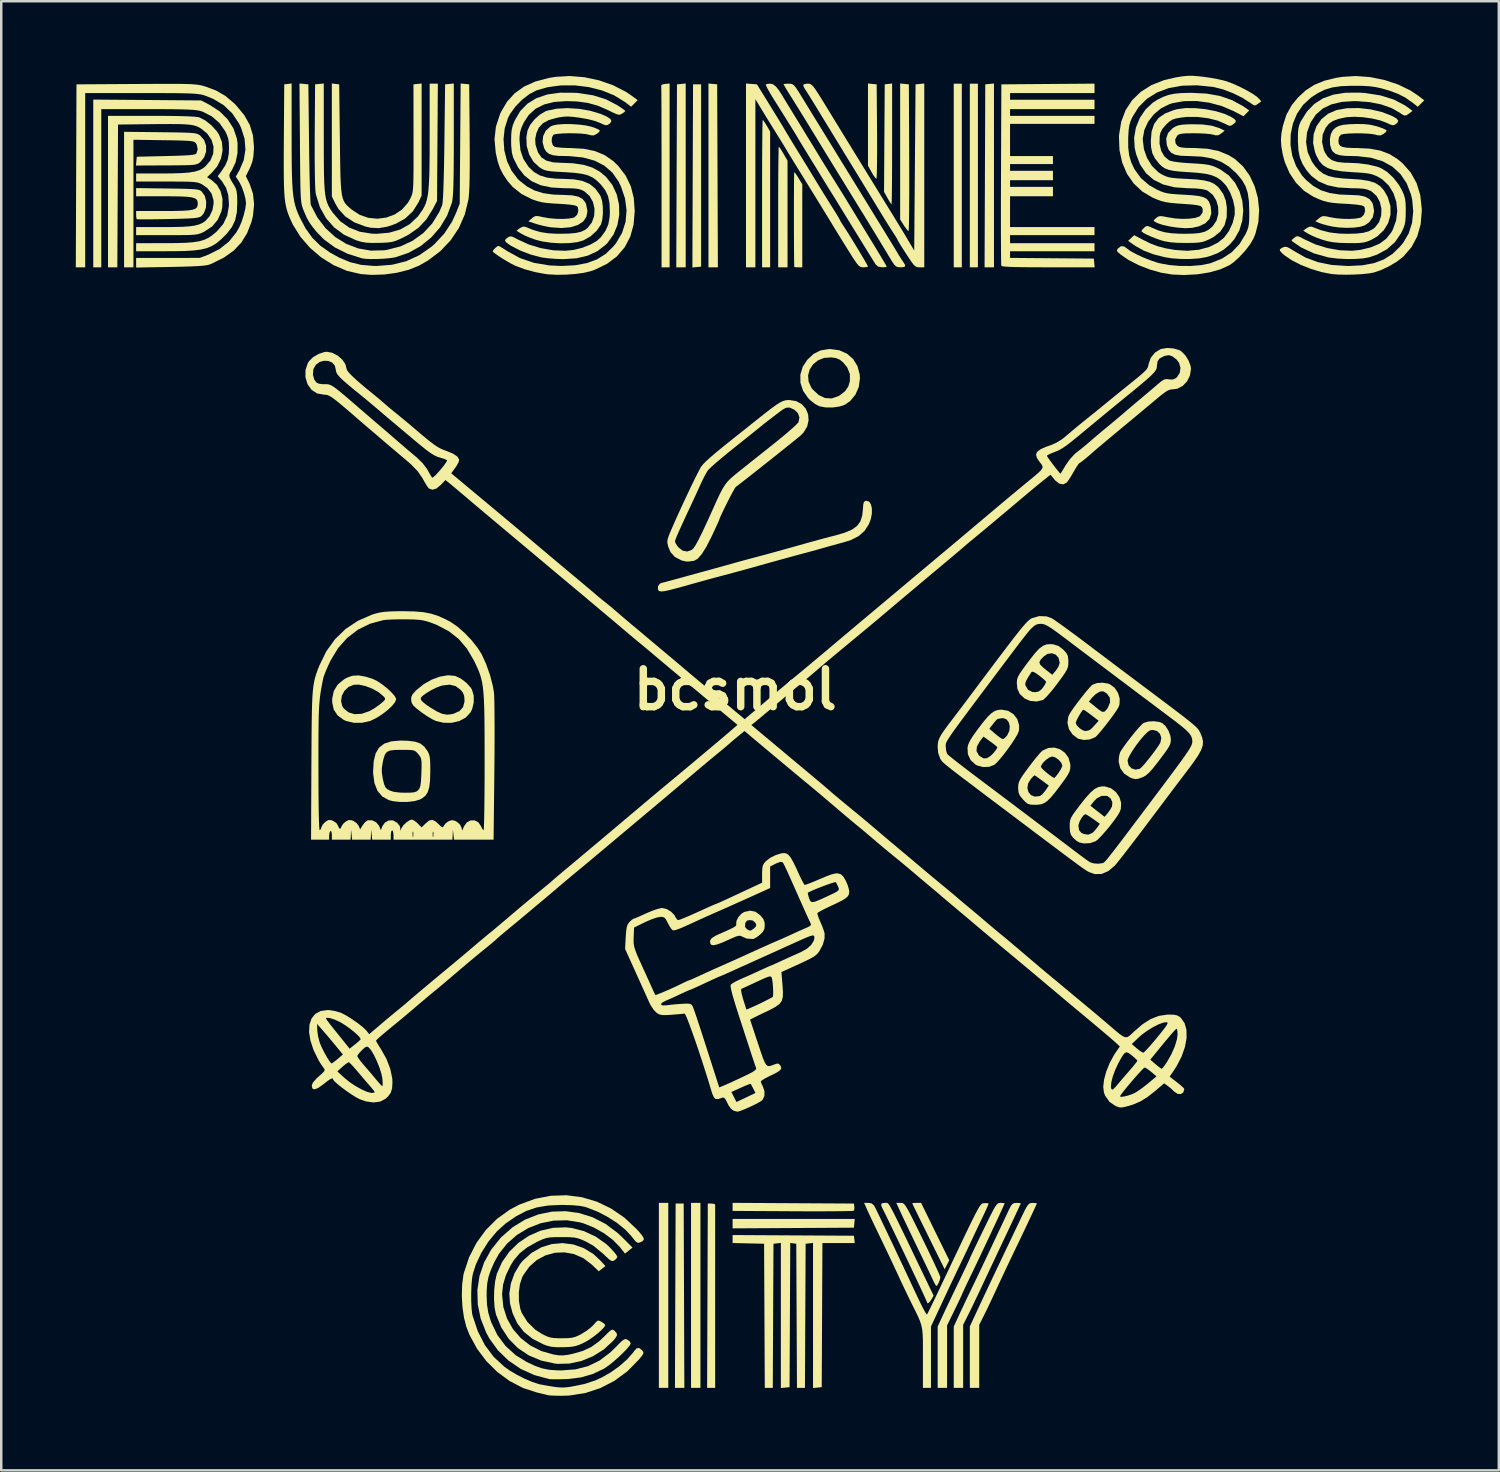
<source format=kicad_pcb>
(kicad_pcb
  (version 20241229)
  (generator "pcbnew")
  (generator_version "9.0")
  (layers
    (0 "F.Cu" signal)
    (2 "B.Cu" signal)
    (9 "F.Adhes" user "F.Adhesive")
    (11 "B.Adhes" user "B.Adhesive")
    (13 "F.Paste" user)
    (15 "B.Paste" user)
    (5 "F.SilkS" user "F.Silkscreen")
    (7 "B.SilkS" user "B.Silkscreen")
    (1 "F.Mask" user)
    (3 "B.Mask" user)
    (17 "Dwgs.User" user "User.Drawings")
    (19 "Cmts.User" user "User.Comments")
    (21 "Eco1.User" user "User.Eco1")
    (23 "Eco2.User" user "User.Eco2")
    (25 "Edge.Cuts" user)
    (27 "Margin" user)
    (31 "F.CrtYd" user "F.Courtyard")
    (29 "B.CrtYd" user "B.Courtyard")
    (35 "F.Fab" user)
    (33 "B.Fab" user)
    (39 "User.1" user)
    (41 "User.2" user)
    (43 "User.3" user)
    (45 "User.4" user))
  (footprint "bcsmol"
    (layer "F.Cu")
    (at 26.533 24.692)
    (property "Reference" "bcsmol" (at 0 0 0) (layer "F.SilkS") (effects (font (size 1.524 1.524) (thickness 0.3))))
    (attr board_only exclude_from_pos_files exclude_from_bom)
    (fp_poly (pts (xy -2.696 28.096) (xy -3.074 28.096) (xy -3.074 20.654) (xy -2.696 20.654)) (stroke (width 0) (type solid)) (fill yes) (layer "F.SilkS"))
    (fp_poly (pts (xy -1.402 28.096) (xy -1.78 28.096) (xy -1.78 20.654) (xy -1.402 20.654)) (stroke (width 0) (type solid)) (fill yes) (layer "F.SilkS"))
    (fp_poly (pts (xy 9.114 -16.987) (xy 8.79 -16.987) (xy 8.79 -24.375) (xy 9.114 -24.375)) (stroke (width 0) (type solid)) (fill yes) (layer "F.SilkS"))
    (fp_poly (pts (xy 9.761 -16.987) (xy 9.437 -16.987) (xy 9.437 -24.375) (xy 9.761 -24.375)) (stroke (width 0) (type solid)) (fill yes) (layer "F.SilkS"))
    (fp_poly (pts (xy -2.062 24.389) (xy -2.049 28.096) (xy -2.427 28.096) (xy -2.414 24.389) (xy -2.4 20.681) (xy -2.076 20.681)) (stroke (width 0) (type solid)) (fill yes) (layer "F.SilkS"))
    (fp_poly (pts (xy -1.995 -16.987) (xy -2.374 -16.987) (xy -2.36 -20.668) (xy -2.346 -24.348) (xy -2.171 -24.365) (xy -1.995 -24.382)) (stroke (width 0) (type solid)) (fill yes) (layer "F.SilkS"))
    (fp_poly (pts (xy -1.375 -17.014) (xy -1.551 -16.997) (xy -1.726 -16.98) (xy -1.713 -20.664) (xy -1.699 -24.348) (xy -1.375 -24.348)) (stroke (width 0) (type solid)) (fill yes) (layer "F.SilkS"))
    (fp_poly (pts (xy -0.903 -24.365) (xy -0.728 -24.348) (xy -0.714 -20.668) (xy -0.7 -16.987) (xy -1.079 -16.987) (xy -1.079 -24.382)) (stroke (width 0) (type solid)) (fill yes) (layer "F.SilkS"))
    (fp_poly (pts (xy -0.85 20.694) (xy -0.809 20.722) (xy -0.809 28.096) (xy -1.133 28.096) (xy -1.106 20.681) (xy -0.957 20.681)) (stroke (width 0) (type solid)) (fill yes) (layer "F.SilkS"))
    (fp_poly (pts (xy 4.79 21.477) (xy 4.773 21.652) (xy 2.332 21.666) (xy -0.108 21.68) (xy -0.108 21.301) (xy 4.806 21.301)) (stroke (width 0) (type solid)) (fill yes) (layer "F.SilkS"))
    (fp_poly (pts (xy 10.408 -16.987) (xy 10.03 -16.987) (xy 10.044 -20.668) (xy 10.058 -24.348) (xy 10.233 -24.365) (xy 10.408 -24.382)) (stroke (width 0) (type solid)) (fill yes) (layer "F.SilkS"))
    (fp_poly (pts (xy 1.79 -21.798) (xy 1.863 -21.686) (xy 1.94 -21.558) (xy 2.102 -21.275) (xy 2.103 -16.987) (xy 1.726 -16.987) (xy 1.726 -19.414) (xy 1.726 -19.914) (xy 1.728 -20.379) (xy 1.73 -20.799) (xy 1.734 -21.162) (xy 1.738 -21.459) (xy 1.742 -21.678) (xy 1.747 -21.808) (xy 1.752 -21.841)) (stroke (width 0) (type solid)) (fill yes) (layer "F.SilkS"))
    (fp_poly (pts (xy 2.332 20.667) (xy 4.773 20.681) (xy 4.791 20.809) (xy 4.788 20.921) (xy 4.764 20.971) (xy 4.702 20.977) (xy 4.544 20.983) (xy 4.299 20.988) (xy 3.981 20.991) (xy 3.598 20.993) (xy 3.163 20.994) (xy 2.687 20.993) (xy 2.305 20.991) (xy -0.108 20.977) (xy -0.108 20.653)) (stroke (width 0) (type solid)) (fill yes) (layer "F.SilkS"))
    (fp_poly (pts (xy 5.514 -24.365) (xy 5.689 -24.348) (xy 5.704 -22.447) (xy 5.706 -22.007) (xy 5.706 -21.602) (xy 5.703 -21.246) (xy 5.699 -20.95) (xy 5.693 -20.727) (xy 5.685 -20.589) (xy 5.677 -20.547) (xy 5.63 -20.59) (xy 5.552 -20.701) (xy 5.487 -20.811) (xy 5.339 -21.075) (xy 5.339 -24.382)) (stroke (width 0) (type solid)) (fill yes) (layer "F.SilkS"))
    (fp_poly (pts (xy 1.142 -22.877) (xy 1.214 -22.769) (xy 1.265 -22.685) (xy 1.402 -22.451) (xy 1.402 -16.987) (xy 1.079 -16.987) (xy 1.079 -19.953) (xy 1.079 -20.508) (xy 1.08 -21.028) (xy 1.082 -21.505) (xy 1.085 -21.93) (xy 1.088 -22.291) (xy 1.092 -22.579) (xy 1.096 -22.785) (xy 1.1 -22.899) (xy 1.103 -22.919)) (stroke (width 0) (type solid)) (fill yes) (layer "F.SilkS"))
    (fp_poly (pts (xy 8.042 21.81) (xy 8.609 22.965) (xy 8.516 23.144) (xy 8.423 23.324) (xy 7.771 22.004) (xy 7.6 21.657) (xy 7.445 21.343) (xy 7.314 21.075) (xy 7.212 20.865) (xy 7.144 20.725) (xy 7.119 20.669) (xy 7.118 20.669) (xy 7.166 20.659) (xy 7.281 20.654) (xy 7.297 20.654) (xy 7.476 20.654)) (stroke (width 0) (type solid)) (fill yes) (layer "F.SilkS"))
    (fp_poly (pts (xy -2.642 -16.987) (xy -2.966 -16.987) (xy -2.966 -20.627) (xy -2.966 -21.244) (xy -2.967 -21.83) (xy -2.968 -22.374) (xy -2.969 -22.87) (xy -2.97 -23.306) (xy -2.972 -23.675) (xy -2.974 -23.968) (xy -2.976 -24.176) (xy -2.978 -24.289) (xy -2.98 -24.308) (xy -2.942 -24.34) (xy -2.833 -24.364) (xy -2.818 -24.365) (xy -2.642 -24.382)) (stroke (width 0) (type solid)) (fill yes) (layer "F.SilkS"))
    (fp_poly (pts (xy 6.31 -21.952) (xy 6.309 -21.452) (xy 6.308 -20.986) (xy 6.306 -20.566) (xy 6.303 -20.202) (xy 6.299 -19.905) (xy 6.295 -19.686) (xy 6.291 -19.555) (xy 6.287 -19.522) (xy 6.251 -19.565) (xy 6.181 -19.675) (xy 6.125 -19.772) (xy 5.985 -20.023) (xy 5.999 -22.186) (xy 6.013 -24.348) (xy 6.161 -24.365) (xy 6.31 -24.383)) (stroke (width 0) (type solid)) (fill yes) (layer "F.SilkS"))
    (fp_poly (pts (xy 6.808 -24.365) (xy 6.984 -24.348) (xy 6.998 -21.396) (xy 6.999 -20.843) (xy 7 -20.324) (xy 6.999 -19.848) (xy 6.996 -19.425) (xy 6.993 -19.066) (xy 6.988 -18.779) (xy 6.982 -18.574) (xy 6.975 -18.462) (xy 6.971 -18.443) (xy 6.921 -18.485) (xy 6.839 -18.592) (xy 6.781 -18.678) (xy 6.633 -18.913) (xy 6.633 -24.382)) (stroke (width 0) (type solid)) (fill yes) (layer "F.SilkS"))
    (fp_poly (pts (xy 2.414 -20.774) (xy 2.489 -20.666) (xy 2.548 -20.571) (xy 2.696 -20.326) (xy 2.696 -16.987) (xy 2.535 -16.987) (xy 2.421 -16.991) (xy 2.372 -17.001) (xy 2.372 -17.001) (xy 2.369 -17.181) (xy 2.365 -17.434) (xy 2.363 -17.744) (xy 2.361 -18.098) (xy 2.359 -18.48) (xy 2.359 -18.876) (xy 2.359 -19.271) (xy 2.359 -19.651) (xy 2.361 -20.001) (xy 2.362 -20.307) (xy 2.365 -20.553) (xy 2.368 -20.726) (xy 2.372 -20.81) (xy 2.373 -20.816)) (stroke (width 0) (type solid)) (fill yes) (layer "F.SilkS"))
    (fp_poly (pts (xy 2.332 21.962) (xy 4.773 21.976) (xy 4.79 22.124) (xy 4.807 22.272) (xy 3.506 22.272) (xy 3.492 25.171) (xy 3.478 28.069) (xy 3.303 28.086) (xy 3.128 28.103) (xy 3.128 22.265) (xy 2.98 22.282) (xy 2.831 22.299) (xy 2.817 25.198) (xy 2.803 28.096) (xy 2.482 28.096) (xy 2.468 25.198) (xy 2.454 22.299) (xy 2.212 22.265) (xy 2.198 25.167) (xy 2.184 28.069) (xy 2.009 28.086) (xy 1.834 28.103) (xy 1.834 22.265) (xy 1.685 22.282) (xy 1.537 22.299) (xy 1.523 25.198) (xy 1.509 28.096) (xy 1.187 28.096) (xy 1.173 25.198) (xy 1.159 22.299) (xy -0.108 22.269) (xy -0.108 21.948)) (stroke (width 0) (type solid)) (fill yes) (layer "F.SilkS"))
    (fp_poly (pts (xy 6.123 20.661) (xy 6.154 20.686) (xy 6.192 20.735) (xy 6.242 20.816) (xy 6.308 20.936) (xy 6.393 21.102) (xy 6.503 21.322) (xy 6.641 21.604) (xy 6.811 21.955) (xy 7.017 22.383) (xy 7.262 22.895) (xy 7.465 23.317) (xy 7.98 24.388) (xy 7.888 24.544) (xy 7.804 24.658) (xy 7.74 24.699) (xy 7.712 24.656) (xy 7.712 24.647) (xy 7.689 24.59) (xy 7.626 24.45) (xy 7.529 24.238) (xy 7.403 23.967) (xy 7.254 23.652) (xy 7.09 23.303) (xy 6.916 22.936) (xy 6.737 22.561) (xy 6.562 22.193) (xy 6.394 21.844) (xy 6.241 21.527) (xy 6.109 21.255) (xy 6.004 21.041) (xy 5.939 20.913) (xy 5.873 20.766) (xy 5.876 20.688) (xy 5.955 20.658) (xy 6.039 20.654) (xy 6.07 20.653) (xy 6.097 20.652)) (stroke (width 0) (type solid)) (fill yes) (layer "F.SilkS"))
    (fp_poly (pts (xy 6.701 20.656) (xy 6.745 20.668) (xy 6.791 20.701) (xy 6.844 20.765) (xy 6.91 20.869) (xy 6.996 21.025) (xy 7.108 21.242) (xy 7.252 21.531) (xy 7.435 21.902) (xy 7.537 22.11) (xy 7.717 22.479) (xy 7.879 22.819) (xy 8.02 23.116) (xy 8.132 23.36) (xy 8.21 23.536) (xy 8.248 23.632) (xy 8.251 23.645) (xy 8.231 23.746) (xy 8.184 23.867) (xy 8.13 23.966) (xy 8.094 23.998) (xy 8.053 23.954) (xy 7.994 23.846) (xy 7.985 23.825) (xy 7.939 23.726) (xy 7.855 23.548) (xy 7.739 23.305) (xy 7.601 23.017) (xy 7.447 22.698) (xy 7.386 22.571) (xy 7.22 22.226) (xy 7.056 21.885) (xy 6.906 21.571) (xy 6.779 21.304) (xy 6.687 21.107) (xy 6.671 21.072) (xy 6.478 20.654) (xy 6.651 20.654)) (stroke (width 0) (type solid)) (fill yes) (layer "F.SilkS"))
    (fp_poly (pts (xy 11.431 20.66) (xy 11.486 20.672) (xy 11.487 20.673) (xy 11.465 20.725) (xy 11.402 20.861) (xy 11.306 21.067) (xy 11.183 21.331) (xy 11.038 21.639) (xy 10.915 21.9) (xy 10.727 22.297) (xy 10.528 22.719) (xy 10.33 23.139) (xy 10.147 23.527) (xy 9.993 23.856) (xy 9.952 23.944) (xy 9.805 24.256) (xy 9.657 24.567) (xy 9.521 24.851) (xy 9.41 25.078) (xy 9.364 25.169) (xy 9.168 25.559) (xy 9.168 28.096) (xy 8.79 28.096) (xy 8.79 25.631) (xy 9.011 25.151) (xy 9.13 24.896) (xy 9.275 24.588) (xy 9.425 24.274) (xy 9.519 24.079) (xy 9.63 23.849) (xy 9.777 23.542) (xy 9.95 23.178) (xy 10.14 22.778) (xy 10.336 22.362) (xy 10.53 21.951) (xy 10.712 21.565) (xy 10.872 21.225) (xy 10.993 20.966) (xy 11.077 20.796) (xy 11.144 20.703) (xy 11.218 20.664) (xy 11.311 20.656)) (stroke (width 0) (type solid)) (fill yes) (layer "F.SilkS"))
    (fp_poly (pts (xy 12.078 20.66) (xy 12.133 20.672) (xy 12.134 20.673) (xy 12.111 20.729) (xy 12.048 20.87) (xy 11.948 21.084) (xy 11.819 21.359) (xy 11.666 21.683) (xy 11.494 22.045) (xy 11.308 22.431) (xy 11.153 22.754) (xy 10.996 23.083) (xy 10.829 23.436) (xy 10.669 23.777) (xy 10.534 24.068) (xy 10.504 24.133) (xy 10.372 24.418) (xy 10.231 24.717) (xy 10.1 24.99) (xy 10.024 25.143) (xy 9.815 25.559) (xy 9.815 28.096) (xy 9.437 28.096) (xy 9.437 25.625) (xy 9.809 24.825) (xy 9.965 24.491) (xy 10.149 24.099) (xy 10.343 23.688) (xy 10.529 23.295) (xy 10.618 23.108) (xy 10.791 22.745) (xy 10.981 22.347) (xy 11.17 21.95) (xy 11.34 21.593) (xy 11.42 21.426) (xy 11.557 21.138) (xy 11.659 20.932) (xy 11.735 20.796) (xy 11.795 20.715) (xy 11.85 20.674) (xy 11.908 20.66) (xy 11.958 20.657)) (stroke (width 0) (type solid)) (fill yes) (layer "F.SilkS"))
    (fp_poly (pts (xy -23.139 -22.423) (xy -22.704 -22.418) (xy -22.363 -22.412) (xy -22.104 -22.405) (xy -21.912 -22.396) (xy -21.775 -22.383) (xy -21.679 -22.365) (xy -21.612 -22.342) (xy -21.559 -22.311) (xy -21.535 -22.294) (xy -21.374 -22.113) (xy -21.292 -21.887) (xy -21.29 -21.644) (xy -21.368 -21.413) (xy -21.518 -21.228) (xy -21.572 -21.185) (xy -21.626 -21.152) (xy -21.696 -21.128) (xy -21.797 -21.111) (xy -21.943 -21.1) (xy -22.148 -21.094) (xy -22.429 -21.09) (xy -22.799 -21.088) (xy -22.896 -21.088) (xy -24.113 -21.082) (xy -24.096 -21.259) (xy -24.079 -21.436) (xy -22.904 -21.463) (xy -22.506 -21.474) (xy -22.204 -21.485) (xy -21.983 -21.497) (xy -21.833 -21.513) (xy -21.739 -21.533) (xy -21.689 -21.558) (xy -21.678 -21.571) (xy -21.628 -21.742) (xy -21.668 -21.922) (xy -21.702 -21.979) (xy -21.733 -22.013) (xy -21.78 -22.039) (xy -21.858 -22.058) (xy -21.979 -22.073) (xy -22.158 -22.083) (xy -22.408 -22.091) (xy -22.744 -22.098) (xy -22.996 -22.101) (xy -24.214 -22.119) (xy -24.214 -16.987) (xy -24.591 -16.987) (xy -24.591 -22.439)) (stroke (width 0) (type solid)) (fill yes) (layer "F.SilkS"))
    (fp_poly (pts (xy -22.844 -20.158) (xy -22.44 -20.152) (xy -22.129 -20.146) (xy -21.898 -20.137) (xy -21.733 -20.126) (xy -21.62 -20.11) (xy -21.545 -20.088) (xy -21.493 -20.059) (xy -21.469 -20.039) (xy -21.343 -19.858) (xy -21.286 -19.63) (xy -21.297 -19.39) (xy -21.377 -19.173) (xy -21.469 -19.058) (xy -21.514 -19.025) (xy -21.577 -18.999) (xy -21.67 -18.979) (xy -21.81 -18.964) (xy -22.009 -18.952) (xy -22.281 -18.942) (xy -22.641 -18.933) (xy -22.822 -18.929) (xy -23.176 -18.922) (xy -23.493 -18.918) (xy -23.756 -18.916) (xy -23.952 -18.917) (xy -24.063 -18.921) (xy -24.083 -18.924) (xy -24.1 -18.989) (xy -24.106 -19.099) (xy -24.106 -19.252) (xy -22.985 -19.252) (xy -22.565 -19.254) (xy -22.24 -19.262) (xy -21.999 -19.278) (xy -21.83 -19.305) (xy -21.72 -19.346) (xy -21.657 -19.403) (xy -21.63 -19.479) (xy -21.625 -19.549) (xy -21.634 -19.64) (xy -21.669 -19.711) (xy -21.743 -19.764) (xy -21.867 -19.801) (xy -22.054 -19.825) (xy -22.315 -19.838) (xy -22.663 -19.844) (xy -22.985 -19.845) (xy -24.106 -19.845) (xy -24.106 -20.175)) (stroke (width 0) (type solid)) (fill yes) (layer "F.SilkS"))
    (fp_poly (pts (xy 4.187 -13.649) (xy 4.495 -13.511) (xy 4.742 -13.296) (xy 4.916 -13.014) (xy 5.005 -12.676) (xy 5.015 -12.511) (xy 4.968 -12.171) (xy 4.833 -11.863) (xy 4.624 -11.609) (xy 4.406 -11.457) (xy 4.186 -11.384) (xy 3.911 -11.347) (xy 3.63 -11.35) (xy 3.39 -11.395) (xy 3.37 -11.402) (xy 3.211 -11.488) (xy 3.035 -11.624) (xy 2.931 -11.725) (xy 2.727 -12.02) (xy 2.622 -12.339) (xy 2.618 -12.639) (xy 2.93 -12.639) (xy 2.949 -12.39) (xy 3.059 -12.147) (xy 3.114 -12.074) (xy 3.356 -11.849) (xy 3.612 -11.727) (xy 3.877 -11.711) (xy 4.145 -11.801) (xy 4.206 -11.837) (xy 4.419 -12.004) (xy 4.549 -12.196) (xy 4.612 -12.413) (xy 4.611 -12.693) (xy 4.505 -12.958) (xy 4.342 -13.158) (xy 4.2 -13.274) (xy 4.053 -13.335) (xy 3.866 -13.362) (xy 3.575 -13.342) (xy 3.326 -13.243) (xy 3.129 -13.082) (xy 2.994 -12.875) (xy 2.93 -12.639) (xy 2.618 -12.639) (xy 2.617 -12.665) (xy 2.713 -12.984) (xy 2.895 -13.263) (xy 3.147 -13.501) (xy 3.425 -13.641) (xy 3.751 -13.696) (xy 3.829 -13.698)) (stroke (width 0) (type solid)) (fill yes) (layer "F.SilkS"))
    (fp_poly (pts (xy -16.084 -24.365) (xy -15.936 -24.348) (xy -15.909 -22.137) (xy -15.902 -21.561) (xy -15.894 -21.082) (xy -15.886 -20.69) (xy -15.873 -20.373) (xy -15.855 -20.122) (xy -15.83 -19.926) (xy -15.796 -19.774) (xy -15.752 -19.656) (xy -15.695 -19.561) (xy -15.623 -19.478) (xy -15.536 -19.396) (xy -15.436 -19.311) (xy -15.115 -19.1) (xy -14.764 -18.978) (xy -14.401 -18.942) (xy -14.042 -18.988) (xy -13.705 -19.112) (xy -13.409 -19.312) (xy -13.17 -19.585) (xy -13.07 -19.762) (xy -13.038 -19.832) (xy -13.012 -19.899) (xy -12.991 -19.975) (xy -12.975 -20.07) (xy -12.963 -20.196) (xy -12.955 -20.364) (xy -12.949 -20.585) (xy -12.946 -20.87) (xy -12.945 -21.23) (xy -12.945 -21.677) (xy -12.945 -22.191) (xy -12.948 -24.348) (xy -12.784 -24.365) (xy -12.619 -24.382) (xy -12.62 -22.127) (xy -12.62 -19.872) (xy -12.748 -19.597) (xy -12.972 -19.241) (xy -13.277 -18.954) (xy -13.664 -18.737) (xy -13.994 -18.624) (xy -14.342 -18.563) (xy -14.671 -18.58) (xy -14.884 -18.628) (xy -15.329 -18.797) (xy -15.689 -19.032) (xy -15.965 -19.334) (xy -16.087 -19.542) (xy -16.232 -19.839) (xy -16.232 -24.383)) (stroke (width 0) (type solid)) (fill yes) (layer "F.SilkS"))
    (fp_poly (pts (xy 10.79 20.659) (xy 10.839 20.67) (xy 10.839 20.67) (xy 10.817 20.724) (xy 10.756 20.861) (xy 10.661 21.068) (xy 10.539 21.331) (xy 10.397 21.634) (xy 10.242 21.966) (xy 10.079 22.311) (xy 9.917 22.656) (xy 9.76 22.986) (xy 9.616 23.289) (xy 9.524 23.479) (xy 9.391 23.755) (xy 9.276 23.997) (xy 9.187 24.187) (xy 9.13 24.31) (xy 9.114 24.35) (xy 9.091 24.404) (xy 9.031 24.535) (xy 8.94 24.725) (xy 8.829 24.954) (xy 8.817 24.978) (xy 8.521 25.586) (xy 8.521 28.096) (xy 8.143 28.096) (xy 8.143 25.631) (xy 8.364 25.151) (xy 8.464 24.937) (xy 8.598 24.655) (xy 8.752 24.332) (xy 8.912 23.998) (xy 9.012 23.791) (xy 9.147 23.509) (xy 9.265 23.262) (xy 9.358 23.065) (xy 9.418 22.936) (xy 9.437 22.888) (xy 9.46 22.835) (xy 9.523 22.7) (xy 9.62 22.495) (xy 9.745 22.235) (xy 9.89 21.934) (xy 9.974 21.76) (xy 10.147 21.405) (xy 10.28 21.136) (xy 10.381 20.94) (xy 10.458 20.806) (xy 10.518 20.722) (xy 10.569 20.677) (xy 10.617 20.658) (xy 10.671 20.654) (xy 10.675 20.654)) (stroke (width 0) (type solid)) (fill yes) (layer "F.SilkS"))
    (fp_poly (pts (xy -14.852 -0.513) (xy -14.573 -0.421) (xy -14.4 -0.336) (xy -14.206 -0.206) (xy -14.012 -0.053) (xy -13.84 0.106) (xy -13.711 0.252) (xy -13.647 0.366) (xy -13.644 0.389) (xy -13.688 0.508) (xy -13.809 0.658) (xy -13.985 0.824) (xy -14.197 0.989) (xy -14.425 1.136) (xy -14.647 1.247) (xy -14.708 1.271) (xy -15.019 1.339) (xy -15.346 1.338) (xy -15.647 1.269) (xy -15.752 1.223) (xy -16 1.042) (xy -16.155 0.807) (xy -16.218 0.515) (xy -16.218 0.458) (xy -15.861 0.458) (xy -15.814 0.664) (xy -15.754 0.76) (xy -15.56 0.919) (xy -15.314 0.992) (xy -15.031 0.977) (xy -14.726 0.872) (xy -14.706 0.862) (xy -14.518 0.753) (xy -14.322 0.616) (xy -14.262 0.568) (xy -14.139 0.461) (xy -14.088 0.394) (xy -14.098 0.339) (xy -14.151 0.276) (xy -14.347 0.11) (xy -14.601 -0.033) (xy -14.878 -0.139) (xy -15.144 -0.196) (xy -15.344 -0.192) (xy -15.558 -0.106) (xy -15.722 0.048) (xy -15.827 0.244) (xy -15.861 0.458) (xy -16.218 0.458) (xy -16.218 0.365) (xy -16.152 0.056) (xy -15.993 -0.201) (xy -15.738 -0.412) (xy -15.635 -0.471) (xy -15.406 -0.554) (xy -15.152 -0.568)) (stroke (width 0) (type solid)) (fill yes) (layer "F.SilkS"))
    (fp_poly (pts (xy 0.811 8.94) (xy 1.003 9.081) (xy 1.125 9.225) (xy 1.178 9.362) (xy 1.186 9.48) (xy 1.171 9.634) (xy 1.107 9.753) (xy 0.996 9.863) (xy 0.862 9.965) (xy 0.747 10.028) (xy 0.713 10.037) (xy 0.463 10.021) (xy 0.284 9.945) (xy 0.217 9.911) (xy 0.141 9.907) (xy 0.033 9.936) (xy -0.133 10.006) (xy -0.254 10.061) (xy -0.542 10.188) (xy -0.75 10.263) (xy -0.889 10.289) (xy -0.971 10.269) (xy -1.003 10.226) (xy -1.017 10.107) (xy -0.952 10.005) (xy -0.795 9.906) (xy -0.718 9.87) (xy -0.425 9.741) (xy -0.217 9.646) (xy -0.08 9.578) (xy -0.036 9.551) (xy 0.393 9.551) (xy 0.461 9.635) (xy 0.561 9.695) (xy 0.64 9.69) (xy 0.748 9.615) (xy 0.756 9.609) (xy 0.837 9.524) (xy 0.837 9.442) (xy 0.814 9.393) (xy 0.709 9.296) (xy 0.592 9.276) (xy 0.469 9.297) (xy 0.408 9.382) (xy 0.398 9.419) (xy 0.393 9.551) (xy -0.036 9.551) (xy -0.001 9.529) (xy 0.035 9.491) (xy 0.041 9.455) (xy 0.036 9.43) (xy 0.05 9.304) (xy 0.127 9.156) (xy 0.242 9.023) (xy 0.354 8.951) (xy 0.599 8.896)) (stroke (width 0) (type solid)) (fill yes) (layer "F.SilkS"))
    (fp_poly (pts (xy 14.453 -23.998) (xy 11.055 -23.998) (xy 11.055 -23.728) (xy 14.453 -23.728) (xy 14.453 -23.351) (xy 11.055 -23.351) (xy 11.055 -23.081) (xy 14.453 -23.081) (xy 14.453 -22.758) (xy 11.055 -22.758) (xy 11.055 -21.463) (xy 12.781 -21.463) (xy 12.781 -21.14) (xy 11.055 -21.14) (xy 11.055 -20.87) (xy 12.781 -20.87) (xy 12.781 -20.493) (xy 11.055 -20.493) (xy 11.055 -20.223) (xy 12.781 -20.223) (xy 12.781 -19.845) (xy 11.055 -19.845) (xy 11.055 -18.605) (xy 14.453 -18.605) (xy 14.453 -18.282) (xy 11.055 -18.282) (xy 11.055 -17.958) (xy 14.453 -17.958) (xy 14.453 -17.634) (xy 11.055 -17.634) (xy 11.055 -17.366) (xy 12.74 -17.352) (xy 14.426 -17.338) (xy 14.443 -17.163) (xy 14.459 -16.987) (xy 12.594 -16.987) (xy 12.07 -16.988) (xy 11.646 -16.991) (xy 11.312 -16.996) (xy 11.06 -17.004) (xy 10.882 -17.014) (xy 10.769 -17.027) (xy 10.712 -17.045) (xy 10.702 -17.055) (xy 10.698 -17.119) (xy 10.695 -17.282) (xy 10.692 -17.534) (xy 10.69 -17.868) (xy 10.688 -18.273) (xy 10.687 -18.741) (xy 10.687 -19.262) (xy 10.688 -19.828) (xy 10.69 -20.43) (xy 10.691 -20.735) (xy 10.705 -24.348) (xy 12.579 -24.363) (xy 14.453 -24.377)) (stroke (width 0) (type solid)) (fill yes) (layer "F.SilkS"))
    (fp_poly (pts (xy -11.288 -0.55) (xy -11.261 -0.543) (xy -11.035 -0.436) (xy -10.814 -0.266) (xy -10.639 -0.069) (xy -10.594 0.005) (xy -10.523 0.245) (xy -10.522 0.52) (xy -10.587 0.788) (xy -10.654 0.922) (xy -10.845 1.128) (xy -11.104 1.269) (xy -11.41 1.34) (xy -11.741 1.337) (xy -12.053 1.262) (xy -12.198 1.192) (xy -12.391 1.077) (xy -12.596 0.938) (xy -12.646 0.901) (xy -12.833 0.756) (xy -12.949 0.648) (xy -13.01 0.557) (xy -13.036 0.461) (xy -13.039 0.431) (xy -13.039 0.396) (xy -12.654 0.396) (xy -12.589 0.485) (xy -12.443 0.605) (xy -12.277 0.718) (xy -12.008 0.882) (xy -11.791 0.977) (xy -11.599 1.011) (xy -11.407 0.992) (xy -11.329 0.972) (xy -11.096 0.868) (xy -10.954 0.711) (xy -10.896 0.493) (xy -10.893 0.43) (xy -10.909 0.245) (xy -10.97 0.109) (xy -11.053 0.011) (xy -11.254 -0.139) (xy -11.491 -0.196) (xy -11.777 -0.164) (xy -11.855 -0.142) (xy -12.04 -0.071) (xy -12.244 0.032) (xy -12.436 0.148) (xy -12.584 0.258) (xy -12.648 0.327) (xy -12.654 0.396) (xy -13.039 0.396) (xy -13.037 0.31) (xy -12.993 0.206) (xy -12.891 0.085) (xy -12.824 0.018) (xy -12.536 -0.215) (xy -12.215 -0.397) (xy -11.884 -0.519) (xy -11.567 -0.573)) (stroke (width 0) (type solid)) (fill yes) (layer "F.SilkS"))
    (fp_poly (pts (xy 17.057 1.304) (xy 17.171 1.345) (xy 17.307 1.465) (xy 17.426 1.651) (xy 17.505 1.858) (xy 17.525 2.003) (xy 17.52 2.095) (xy 17.502 2.18) (xy 17.462 2.274) (xy 17.389 2.394) (xy 17.274 2.557) (xy 17.108 2.78) (xy 16.998 2.924) (xy 16.804 3.171) (xy 16.651 3.342) (xy 16.524 3.453) (xy 16.405 3.521) (xy 16.391 3.527) (xy 16.22 3.589) (xy 16.098 3.605) (xy 15.977 3.577) (xy 15.879 3.537) (xy 15.646 3.384) (xy 15.491 3.169) (xy 15.426 2.912) (xy 15.425 2.871) (xy 15.783 2.871) (xy 15.827 3.048) (xy 15.943 3.172) (xy 16.101 3.224) (xy 16.273 3.188) (xy 16.281 3.184) (xy 16.355 3.119) (xy 16.473 2.988) (xy 16.616 2.814) (xy 16.769 2.62) (xy 16.912 2.427) (xy 17.029 2.259) (xy 17.101 2.139) (xy 17.105 2.13) (xy 17.14 1.946) (xy 17.088 1.784) (xy 16.968 1.67) (xy 16.799 1.625) (xy 16.7 1.638) (xy 16.599 1.7) (xy 16.461 1.834) (xy 16.303 2.018) (xy 16.141 2.228) (xy 15.992 2.443) (xy 15.872 2.641) (xy 15.798 2.799) (xy 15.783 2.871) (xy 15.425 2.871) (xy 15.425 2.868) (xy 15.44 2.69) (xy 15.476 2.543) (xy 15.493 2.506) (xy 15.603 2.337) (xy 15.749 2.135) (xy 15.914 1.92) (xy 16.082 1.712) (xy 16.236 1.533) (xy 16.359 1.402) (xy 16.43 1.344) (xy 16.611 1.289) (xy 16.839 1.276)) (stroke (width 0) (type solid)) (fill yes) (layer "F.SilkS"))
    (fp_poly (pts (xy 2.232 -24.372) (xy 2.301 -24.353) (xy 2.367 -24.303) (xy 2.445 -24.206) (xy 2.549 -24.048) (xy 2.693 -23.814) (xy 2.704 -23.796) (xy 2.831 -23.59) (xy 3.001 -23.311) (xy 3.204 -22.98) (xy 3.428 -22.617) (xy 3.66 -22.239) (xy 3.855 -21.922) (xy 4.324 -21.158) (xy 4.74 -20.482) (xy 5.105 -19.889) (xy 5.422 -19.373) (xy 5.694 -18.929) (xy 5.924 -18.555) (xy 6.115 -18.243) (xy 6.27 -17.991) (xy 6.391 -17.792) (xy 6.481 -17.643) (xy 6.544 -17.539) (xy 6.582 -17.475) (xy 6.583 -17.473) (xy 6.677 -17.322) (xy 6.754 -17.21) (xy 6.833 -17.083) (xy 6.826 -17.015) (xy 6.726 -16.99) (xy 6.647 -16.989) (xy 6.547 -16.994) (xy 6.472 -17.021) (xy 6.4 -17.089) (xy 6.313 -17.214) (xy 6.196 -17.407) (xy 6.094 -17.577) (xy 5.955 -17.806) (xy 5.793 -18.074) (xy 5.62 -18.358) (xy 5.449 -18.638) (xy 5.294 -18.893) (xy 5.166 -19.1) (xy 5.08 -19.24) (xy 5.072 -19.252) (xy 5.024 -19.328) (xy 4.934 -19.475) (xy 4.814 -19.671) (xy 4.681 -19.887) (xy 4.506 -20.171) (xy 4.313 -20.487) (xy 4.129 -20.785) (xy 4.034 -20.939) (xy 3.756 -21.391) (xy 3.428 -21.927) (xy 3.056 -22.536) (xy 2.822 -22.919) (xy 2.681 -23.148) (xy 2.511 -23.424) (xy 2.337 -23.701) (xy 2.258 -23.826) (xy 2.131 -24.03) (xy 2.028 -24.199) (xy 1.961 -24.313) (xy 1.941 -24.352) (xy 1.989 -24.367) (xy 2.108 -24.375) (xy 2.146 -24.375)) (stroke (width 0) (type solid)) (fill yes) (layer "F.SilkS"))
    (fp_poly (pts (xy -16.556 -22.203) (xy -16.555 -21.616) (xy -16.553 -21.126) (xy -16.547 -20.722) (xy -16.537 -20.391) (xy -16.521 -20.125) (xy -16.497 -19.91) (xy -16.465 -19.736) (xy -16.423 -19.592) (xy -16.37 -19.467) (xy -16.305 -19.349) (xy -16.225 -19.227) (xy -16.199 -19.189) (xy -15.899 -18.845) (xy -15.537 -18.588) (xy -15.114 -18.42) (xy -14.632 -18.342) (xy -14.436 -18.335) (xy -13.926 -18.379) (xy -13.478 -18.509) (xy -13.094 -18.726) (xy -12.772 -19.031) (xy -12.575 -19.31) (xy -12.509 -19.43) (xy -12.454 -19.556) (xy -12.41 -19.699) (xy -12.374 -19.87) (xy -12.347 -20.08) (xy -12.327 -20.339) (xy -12.312 -20.659) (xy -12.303 -21.051) (xy -12.298 -21.526) (xy -12.296 -22.094) (xy -12.296 -22.286) (xy -12.296 -24.375) (xy -11.967 -24.375) (xy -11.999 -19.657) (xy -12.169 -19.331) (xy -12.43 -18.915) (xy -12.742 -18.582) (xy -13.125 -18.312) (xy -13.307 -18.214) (xy -13.521 -18.111) (xy -13.685 -18.044) (xy -13.835 -18.004) (xy -14.009 -17.983) (xy -14.241 -17.973) (xy -14.34 -17.971) (xy -14.626 -17.968) (xy -14.841 -17.978) (xy -15.021 -18.007) (xy -15.203 -18.058) (xy -15.269 -18.081) (xy -15.741 -18.298) (xy -16.142 -18.595) (xy -16.467 -18.965) (xy -16.711 -19.403) (xy -16.868 -19.902) (xy -16.884 -19.983) (xy -16.895 -20.098) (xy -16.905 -20.307) (xy -16.913 -20.596) (xy -16.918 -20.952) (xy -16.922 -21.359) (xy -16.922 -21.806) (xy -16.921 -22.276) (xy -16.921 -22.301) (xy -16.906 -24.348) (xy -16.731 -24.365) (xy -16.556 -24.382)) (stroke (width 0) (type solid)) (fill yes) (layer "F.SilkS"))
    (fp_poly (pts (xy 10.979 0.857) (xy 11.193 0.991) (xy 11.346 1.19) (xy 11.42 1.438) (xy 11.415 1.652) (xy 11.369 1.771) (xy 11.268 1.949) (xy 11.128 2.165) (xy 10.964 2.397) (xy 10.794 2.622) (xy 10.631 2.82) (xy 10.492 2.969) (xy 10.415 3.033) (xy 10.213 3.11) (xy 9.973 3.119) (xy 9.741 3.059) (xy 9.669 3.022) (xy 9.47 2.842) (xy 9.359 2.607) (xy 9.351 2.475) (xy 9.705 2.475) (xy 9.793 2.636) (xy 9.84 2.682) (xy 9.982 2.768) (xy 10.12 2.766) (xy 10.271 2.672) (xy 10.393 2.55) (xy 10.49 2.43) (xy 10.54 2.341) (xy 10.541 2.316) (xy 10.487 2.265) (xy 10.371 2.173) (xy 10.25 2.084) (xy 9.985 1.894) (xy 9.839 2.084) (xy 9.721 2.293) (xy 9.705 2.475) (xy 9.351 2.475) (xy 9.343 2.344) (xy 9.372 2.214) (xy 9.439 2.066) (xy 9.553 1.88) (xy 9.728 1.636) (xy 9.75 1.606) (xy 9.77 1.579) (xy 10.222 1.579) (xy 10.463 1.787) (xy 10.604 1.899) (xy 10.717 1.975) (xy 10.768 1.995) (xy 10.84 1.955) (xy 10.931 1.856) (xy 10.944 1.839) (xy 11.027 1.66) (xy 11.044 1.477) (xy 11.002 1.315) (xy 10.91 1.198) (xy 10.775 1.151) (xy 10.718 1.156) (xy 10.607 1.175) (xy 10.559 1.182) (xy 10.507 1.224) (xy 10.417 1.325) (xy 10.372 1.383) (xy 10.222 1.579) (xy 9.77 1.579) (xy 9.972 1.315) (xy 10.151 1.102) (xy 10.3 0.957) (xy 10.434 0.867) (xy 10.566 0.822) (xy 10.711 0.809) (xy 10.717 0.809)) (stroke (width 0) (type solid)) (fill yes) (layer "F.SilkS"))
    (fp_poly (pts (xy -17.85 -22.3) (xy -17.849 -21.691) (xy -17.846 -21.179) (xy -17.838 -20.75) (xy -17.826 -20.395) (xy -17.807 -20.1) (xy -17.781 -19.855) (xy -17.747 -19.647) (xy -17.703 -19.464) (xy -17.649 -19.295) (xy -17.582 -19.129) (xy -17.526 -19.002) (xy -17.286 -18.548) (xy -17.016 -18.173) (xy -16.695 -17.857) (xy -16.302 -17.579) (xy -15.931 -17.375) (xy -15.496 -17.193) (xy -15.049 -17.085) (xy -14.553 -17.043) (xy -14.434 -17.041) (xy -13.812 -17.089) (xy -13.238 -17.233) (xy -12.709 -17.475) (xy -12.225 -17.814) (xy -12.106 -17.917) (xy -11.706 -18.346) (xy -11.397 -18.821) (xy -11.23 -19.185) (xy -11.087 -19.549) (xy -11.068 -21.965) (xy -11.049 -24.382) (xy -10.877 -24.365) (xy -10.705 -24.348) (xy -10.687 -22.245) (xy -10.683 -21.6) (xy -10.684 -21.057) (xy -10.688 -20.608) (xy -10.697 -20.247) (xy -10.711 -19.969) (xy -10.729 -19.766) (xy -10.736 -19.711) (xy -10.88 -19.119) (xy -11.12 -18.571) (xy -11.452 -18.074) (xy -11.871 -17.633) (xy -12.373 -17.255) (xy -12.725 -17.054) (xy -13.134 -16.889) (xy -13.61 -16.769) (xy -14.123 -16.698) (xy -14.641 -16.682) (xy -15.081 -16.717) (xy -15.631 -16.847) (xy -16.161 -17.074) (xy -16.659 -17.385) (xy -17.108 -17.769) (xy -17.494 -18.214) (xy -17.803 -18.709) (xy -17.918 -18.958) (xy -17.98 -19.114) (xy -18.031 -19.263) (xy -18.072 -19.417) (xy -18.105 -19.588) (xy -18.13 -19.786) (xy -18.147 -20.024) (xy -18.159 -20.313) (xy -18.165 -20.664) (xy -18.167 -21.09) (xy -18.166 -21.602) (xy -18.163 -22.137) (xy -18.147 -24.348) (xy -17.998 -24.365) (xy -17.85 -24.383)) (stroke (width 0) (type solid)) (fill yes) (layer "F.SilkS"))
    (fp_poly (pts (xy -6.514 22.327) (xy -6.097 22.474) (xy -5.708 22.713) (xy -5.416 22.985) (xy -5.225 23.196) (xy -5.359 23.301) (xy -5.493 23.406) (xy -5.773 23.137) (xy -6.113 22.879) (xy -6.485 22.716) (xy -6.873 22.645) (xy -7.262 22.662) (xy -7.638 22.766) (xy -7.984 22.952) (xy -8.287 23.22) (xy -8.531 23.565) (xy -8.573 23.647) (xy -8.665 23.927) (xy -8.709 24.259) (xy -8.704 24.602) (xy -8.65 24.917) (xy -8.593 25.076) (xy -8.363 25.445) (xy -8.051 25.752) (xy -7.776 25.93) (xy -7.604 26.015) (xy -7.46 26.066) (xy -7.302 26.092) (xy -7.093 26.101) (xy -6.984 26.101) (xy -6.742 26.097) (xy -6.568 26.08) (xy -6.423 26.04) (xy -6.267 25.969) (xy -6.19 25.929) (xy -5.99 25.805) (xy -5.805 25.661) (xy -5.698 25.556) (xy -5.594 25.437) (xy -5.525 25.39) (xy -5.455 25.402) (xy -5.38 25.443) (xy -5.277 25.514) (xy -5.231 25.567) (xy -5.231 25.568) (xy -5.273 25.651) (xy -5.385 25.772) (xy -5.546 25.914) (xy -5.733 26.059) (xy -5.926 26.188) (xy -6.069 26.268) (xy -6.267 26.36) (xy -6.432 26.416) (xy -6.606 26.446) (xy -6.831 26.459) (xy -6.929 26.462) (xy -7.197 26.461) (xy -7.397 26.443) (xy -7.57 26.402) (xy -7.714 26.349) (xy -8.154 26.124) (xy -8.503 25.846) (xy -8.769 25.504) (xy -8.96 25.092) (xy -9.064 24.698) (xy -9.091 24.302) (xy -9.027 23.889) (xy -8.881 23.485) (xy -8.66 23.117) (xy -8.547 22.979) (xy -8.194 22.664) (xy -7.801 22.441) (xy -7.38 22.311) (xy -6.947 22.273)) (stroke (width 0) (type solid)) (fill yes) (layer "F.SilkS"))
    (fp_poly (pts (xy 7.604 -16.987) (xy 7.414 -16.987) (xy 7.331 -16.992) (xy 7.261 -17.017) (xy 7.19 -17.076) (xy 7.102 -17.187) (xy 6.983 -17.362) (xy 6.875 -17.528) (xy 6.739 -17.74) (xy 6.628 -17.918) (xy 6.553 -18.044) (xy 6.525 -18.098) (xy 6.497 -18.156) (xy 6.426 -18.271) (xy 6.372 -18.353) (xy 6.296 -18.47) (xy 6.176 -18.66) (xy 6.023 -18.905) (xy 5.85 -19.186) (xy 5.668 -19.485) (xy 5.662 -19.495) (xy 5.461 -19.826) (xy 5.25 -20.171) (xy 5.048 -20.502) (xy 4.871 -20.792) (xy 4.757 -20.978) (xy 4.614 -21.211) (xy 4.483 -21.424) (xy 4.38 -21.592) (xy 4.321 -21.689) (xy 4.259 -21.791) (xy 4.156 -21.961) (xy 4.024 -22.176) (xy 3.88 -22.412) (xy 3.877 -22.417) (xy 3.7 -22.706) (xy 3.505 -23.026) (xy 3.32 -23.33) (xy 3.208 -23.513) (xy 3.071 -23.736) (xy 2.945 -23.939) (xy 2.845 -24.095) (xy 2.798 -24.166) (xy 2.734 -24.286) (xy 2.757 -24.352) (xy 2.877 -24.375) (xy 2.917 -24.375) (xy 2.977 -24.373) (xy 3.03 -24.357) (xy 3.086 -24.317) (xy 3.153 -24.242) (xy 3.242 -24.119) (xy 3.359 -23.939) (xy 3.514 -23.69) (xy 3.717 -23.36) (xy 3.722 -23.351) (xy 4.406 -22.235) (xy 5.045 -21.194) (xy 5.649 -20.211) (xy 6.04 -19.576) (xy 6.241 -19.249) (xy 6.427 -18.945) (xy 6.591 -18.678) (xy 6.722 -18.463) (xy 6.813 -18.314) (xy 6.848 -18.255) (xy 6.937 -18.103) (xy 7.043 -17.924) (xy 7.071 -17.877) (xy 7.199 -17.661) (xy 7.226 -21.005) (xy 7.253 -24.348) (xy 7.429 -24.365) (xy 7.604 -24.382)) (stroke (width 0) (type solid)) (fill yes) (layer "F.SilkS"))
    (fp_poly (pts (xy 14.877 3.899) (xy 15.118 3.974) (xy 15.315 4.125) (xy 15.455 4.329) (xy 15.525 4.563) (xy 15.512 4.805) (xy 15.461 4.939) (xy 15.363 5.1) (xy 15.22 5.299) (xy 15.051 5.517) (xy 14.873 5.729) (xy 14.706 5.914) (xy 14.568 6.05) (xy 14.492 6.107) (xy 14.27 6.181) (xy 14.023 6.193) (xy 13.832 6.15) (xy 13.722 6.081) (xy 13.6 5.971) (xy 13.59 5.961) (xy 13.509 5.852) (xy 13.468 5.727) (xy 13.455 5.544) (xy 13.455 5.504) (xy 13.455 5.485) (xy 13.806 5.485) (xy 13.832 5.658) (xy 13.92 5.765) (xy 14.023 5.814) (xy 14.204 5.84) (xy 14.373 5.765) (xy 14.388 5.753) (xy 14.467 5.672) (xy 14.561 5.553) (xy 14.563 5.551) (xy 14.668 5.403) (xy 14.399 5.209) (xy 14.25 5.107) (xy 14.135 5.037) (xy 14.085 5.015) (xy 14.012 5.061) (xy 13.927 5.172) (xy 13.852 5.313) (xy 13.81 5.447) (xy 13.806 5.485) (xy 13.455 5.485) (xy 13.458 5.37) (xy 13.473 5.263) (xy 13.511 5.159) (xy 13.583 5.036) (xy 13.7 4.871) (xy 13.848 4.676) (xy 14.289 4.676) (xy 14.573 4.899) (xy 14.857 5.122) (xy 14.982 4.975) (xy 15.083 4.837) (xy 15.154 4.709) (xy 15.156 4.705) (xy 15.172 4.542) (xy 15.107 4.39) (xy 14.982 4.29) (xy 14.948 4.278) (xy 14.739 4.278) (xy 14.542 4.38) (xy 14.418 4.509) (xy 14.289 4.676) (xy 13.848 4.676) (xy 13.859 4.66) (xy 14.094 4.364) (xy 14.287 4.149) (xy 14.452 4.006) (xy 14.604 3.925) (xy 14.757 3.895)) (stroke (width 0) (type solid)) (fill yes) (layer "F.SilkS"))
    (fp_poly (pts (xy -13.177 2.062) (xy -12.887 2.097) (xy -12.676 2.17) (xy -12.515 2.295) (xy -12.377 2.485) (xy -12.376 2.486) (xy -12.328 2.585) (xy -12.296 2.699) (xy -12.278 2.854) (xy -12.271 3.075) (xy -12.27 3.29) (xy -12.28 3.654) (xy -12.313 3.929) (xy -12.374 4.131) (xy -12.472 4.277) (xy -12.61 4.384) (xy -12.696 4.428) (xy -12.911 4.49) (xy -13.189 4.522) (xy -13.488 4.523) (xy -13.769 4.493) (xy -13.94 4.449) (xy -14.204 4.303) (xy -14.396 4.075) (xy -14.518 3.766) (xy -14.57 3.376) (xy -14.571 3.277) (xy -14.564 3.161) (xy -14.221 3.161) (xy -14.22 3.355) (xy -14.183 3.584) (xy -14.177 3.613) (xy -14.13 3.807) (xy -14.081 3.926) (xy -14.012 4.001) (xy -13.913 4.058) (xy -13.737 4.117) (xy -13.493 4.147) (xy -13.288 4.152) (xy -13.062 4.149) (xy -12.916 4.133) (xy -12.822 4.101) (xy -12.754 4.045) (xy -12.749 4.039) (xy -12.701 3.968) (xy -12.668 3.866) (xy -12.647 3.711) (xy -12.633 3.48) (xy -12.628 3.348) (xy -12.621 3.09) (xy -12.623 2.915) (xy -12.638 2.798) (xy -12.669 2.714) (xy -12.721 2.638) (xy -12.754 2.598) (xy -12.824 2.52) (xy -12.889 2.47) (xy -12.977 2.442) (xy -13.111 2.43) (xy -13.317 2.427) (xy -13.424 2.427) (xy -13.702 2.432) (xy -13.893 2.455) (xy -14.017 2.512) (xy -14.096 2.616) (xy -14.151 2.781) (xy -14.186 2.939) (xy -14.221 3.161) (xy -14.564 3.161) (xy -14.547 2.879) (xy -14.469 2.568) (xy -14.331 2.336) (xy -14.123 2.177) (xy -13.84 2.085) (xy -13.474 2.053)) (stroke (width 0) (type solid)) (fill yes) (layer "F.SilkS"))
    (fp_poly (pts (xy -17.355 -24.366) (xy -17.176 -24.348) (xy -17.149 -21.976) (xy -17.142 -21.477) (xy -17.134 -21.008) (xy -17.125 -20.583) (xy -17.115 -20.211) (xy -17.104 -19.904) (xy -17.094 -19.675) (xy -17.083 -19.534) (xy -17.077 -19.495) (xy -16.813 -18.99) (xy -16.481 -18.557) (xy -16.09 -18.201) (xy -15.65 -17.929) (xy -15.171 -17.747) (xy -14.662 -17.659) (xy -14.133 -17.672) (xy -14.008 -17.69) (xy -13.466 -17.83) (xy -12.977 -18.059) (xy -12.549 -18.369) (xy -12.192 -18.753) (xy -11.913 -19.205) (xy -11.791 -19.492) (xy -11.775 -19.592) (xy -11.759 -19.796) (xy -11.745 -20.099) (xy -11.732 -20.497) (xy -11.72 -20.985) (xy -11.71 -21.559) (xy -11.704 -22.003) (xy -11.675 -24.348) (xy -11.5 -24.365) (xy -11.325 -24.382) (xy -11.325 -22.127) (xy -11.326 -21.542) (xy -11.329 -21.054) (xy -11.333 -20.654) (xy -11.34 -20.332) (xy -11.349 -20.078) (xy -11.361 -19.881) (xy -11.376 -19.732) (xy -11.394 -19.621) (xy -11.405 -19.576) (xy -11.595 -19.065) (xy -11.877 -18.596) (xy -12.237 -18.184) (xy -12.665 -17.837) (xy -13.147 -17.569) (xy -13.671 -17.392) (xy -13.874 -17.358) (xy -14.134 -17.334) (xy -14.418 -17.321) (xy -14.689 -17.32) (xy -14.913 -17.332) (xy -15.019 -17.349) (xy -15.596 -17.531) (xy -16.111 -17.787) (xy -16.552 -18.11) (xy -16.837 -18.402) (xy -17.014 -18.621) (xy -17.14 -18.8) (xy -17.24 -18.979) (xy -17.335 -19.196) (xy -17.369 -19.279) (xy -17.399 -19.358) (xy -17.425 -19.434) (xy -17.446 -19.518) (xy -17.462 -19.62) (xy -17.476 -19.75) (xy -17.486 -19.92) (xy -17.494 -20.14) (xy -17.5 -20.421) (xy -17.505 -20.773) (xy -17.509 -21.207) (xy -17.514 -21.733) (xy -17.515 -21.993) (xy -17.534 -24.383)) (stroke (width 0) (type solid)) (fill yes) (layer "F.SilkS"))
    (fp_poly (pts (xy 14.999 -0.239) (xy 15.077 -0.208) (xy 15.266 -0.066) (xy 15.4 0.138) (xy 15.468 0.37) (xy 15.458 0.601) (xy 15.415 0.718) (xy 15.333 0.85) (xy 15.208 1.031) (xy 15.054 1.238) (xy 14.89 1.451) (xy 14.732 1.647) (xy 14.596 1.805) (xy 14.5 1.904) (xy 14.479 1.92) (xy 14.265 2.008) (xy 14.024 2.03) (xy 13.805 1.982) (xy 13.779 1.969) (xy 13.565 1.805) (xy 13.424 1.589) (xy 13.365 1.347) (xy 13.365 1.342) (xy 13.698 1.342) (xy 13.741 1.442) (xy 13.847 1.552) (xy 13.978 1.639) (xy 14.089 1.672) (xy 14.224 1.644) (xy 14.295 1.604) (xy 14.385 1.517) (xy 14.493 1.399) (xy 14.496 1.397) (xy 14.618 1.256) (xy 14.328 1.033) (xy 14.178 0.92) (xy 14.062 0.84) (xy 14.005 0.809) (xy 14.005 0.809) (xy 13.959 0.852) (xy 13.886 0.959) (xy 13.806 1.096) (xy 13.737 1.23) (xy 13.7 1.326) (xy 13.698 1.342) (xy 13.365 1.342) (xy 13.396 1.102) (xy 13.437 1.008) (xy 13.517 0.876) (xy 13.642 0.697) (xy 13.795 0.49) (xy 13.797 0.488) (xy 14.226 0.488) (xy 14.353 0.588) (xy 14.492 0.7) (xy 14.614 0.801) (xy 14.747 0.892) (xy 14.846 0.897) (xy 14.939 0.808) (xy 14.991 0.729) (xy 15.08 0.514) (xy 15.067 0.323) (xy 14.953 0.166) (xy 14.928 0.146) (xy 14.811 0.076) (xy 14.71 0.075) (xy 14.631 0.104) (xy 14.492 0.193) (xy 14.361 0.32) (xy 14.353 0.329) (xy 14.226 0.488) (xy 13.797 0.488) (xy 13.959 0.278) (xy 14.117 0.082) (xy 14.252 -0.076) (xy 14.349 -0.176) (xy 14.37 -0.192) (xy 14.55 -0.26) (xy 14.776 -0.275)) (stroke (width 0) (type solid)) (fill yes) (layer "F.SilkS"))
    (fp_poly (pts (xy 12.791 -1.818) (xy 12.998 -1.755) (xy 13.188 -1.613) (xy 13.207 -1.594) (xy 13.325 -1.463) (xy 13.382 -1.346) (xy 13.4 -1.191) (xy 13.401 -1.118) (xy 13.398 -1.001) (xy 13.381 -0.9) (xy 13.34 -0.796) (xy 13.266 -0.668) (xy 13.147 -0.496) (xy 12.974 -0.261) (xy 12.957 -0.238) (xy 12.784 -0.013) (xy 12.62 0.182) (xy 12.483 0.331) (xy 12.389 0.414) (xy 12.375 0.422) (xy 12.124 0.482) (xy 11.859 0.457) (xy 11.644 0.362) (xy 11.45 0.186) (xy 11.349 -0.03) (xy 11.328 -0.243) (xy 11.328 -0.252) (xy 11.668 -0.252) (xy 11.671 -0.178) (xy 11.675 -0.163) (xy 11.777 0.009) (xy 11.946 0.097) (xy 12.054 0.108) (xy 12.195 0.086) (xy 12.309 0.004) (xy 12.379 -0.079) (xy 12.462 -0.204) (xy 12.503 -0.296) (xy 12.503 -0.316) (xy 12.453 -0.372) (xy 12.342 -0.47) (xy 12.221 -0.565) (xy 12.067 -0.675) (xy 11.972 -0.718) (xy 11.919 -0.704) (xy 11.91 -0.693) (xy 11.779 -0.487) (xy 11.701 -0.347) (xy 11.668 -0.252) (xy 11.328 -0.252) (xy 11.331 -0.345) (xy 11.345 -0.434) (xy 11.381 -0.528) (xy 11.447 -0.643) (xy 11.553 -0.798) (xy 11.708 -1.01) (xy 11.777 -1.101) (xy 12.235 -1.101) (xy 12.265 -1.004) (xy 12.382 -0.888) (xy 12.472 -0.815) (xy 12.754 -0.593) (xy 12.902 -0.766) (xy 12.997 -0.911) (xy 13.048 -1.054) (xy 13.051 -1.084) (xy 13.007 -1.274) (xy 12.895 -1.403) (xy 12.738 -1.459) (xy 12.563 -1.433) (xy 12.423 -1.341) (xy 12.288 -1.204) (xy 12.235 -1.101) (xy 11.777 -1.101) (xy 11.847 -1.194) (xy 12.057 -1.461) (xy 12.23 -1.647) (xy 12.384 -1.762) (xy 12.536 -1.818) (xy 12.703 -1.826)) (stroke (width 0) (type solid)) (fill yes) (layer "F.SilkS"))
    (fp_poly (pts (xy 0.652 -24.365) (xy 0.872 -24.348) (xy 1.404 -23.486) (xy 1.577 -23.204) (xy 1.735 -22.946) (xy 1.867 -22.729) (xy 1.963 -22.57) (xy 2.011 -22.488) (xy 2.068 -22.391) (xy 2.168 -22.225) (xy 2.297 -22.013) (xy 2.441 -21.777) (xy 2.452 -21.76) (xy 2.598 -21.522) (xy 2.732 -21.304) (xy 2.838 -21.131) (xy 2.903 -21.025) (xy 2.905 -21.021) (xy 3.192 -20.549) (xy 3.433 -20.154) (xy 3.637 -19.824) (xy 3.813 -19.542) (xy 3.921 -19.372) (xy 4.042 -19.179) (xy 4.138 -19.022) (xy 4.195 -18.921) (xy 4.206 -18.896) (xy 4.234 -18.839) (xy 4.305 -18.724) (xy 4.359 -18.642) (xy 4.451 -18.501) (xy 4.573 -18.308) (xy 4.714 -18.082) (xy 4.862 -17.839) (xy 5.007 -17.598) (xy 5.139 -17.378) (xy 5.245 -17.196) (xy 5.315 -17.071) (xy 5.339 -17.021) (xy 5.291 -16.998) (xy 5.175 -16.987) (xy 5.154 -16.987) (xy 5.086 -16.991) (xy 5.026 -17.009) (xy 4.964 -17.056) (xy 4.89 -17.143) (xy 4.791 -17.283) (xy 4.658 -17.49) (xy 4.48 -17.774) (xy 4.467 -17.795) (xy 4.3 -18.065) (xy 4.15 -18.307) (xy 4.027 -18.506) (xy 3.943 -18.644) (xy 3.91 -18.7) (xy 3.869 -18.768) (xy 3.779 -18.916) (xy 3.646 -19.132) (xy 3.479 -19.404) (xy 3.285 -19.72) (xy 3.07 -20.068) (xy 2.966 -20.237) (xy 2.745 -20.595) (xy 2.54 -20.927) (xy 2.359 -21.221) (xy 2.21 -21.465) (xy 2.099 -21.646) (xy 2.035 -21.753) (xy 2.022 -21.774) (xy 1.972 -21.859) (xy 1.879 -22.01) (xy 1.759 -22.205) (xy 1.666 -22.354) (xy 1.498 -22.625) (xy 1.311 -22.926) (xy 1.139 -23.207) (xy 1.086 -23.295) (xy 0.809 -23.751) (xy 0.809 -16.987) (xy 0.431 -16.987) (xy 0.431 -24.382)) (stroke (width 0) (type solid)) (fill yes) (layer "F.SilkS"))
    (fp_poly (pts (xy -23.661 -23.719) (xy -21.49 -23.701) (xy -21.149 -23.523) (xy -20.746 -23.261) (xy -20.425 -22.943) (xy -20.192 -22.578) (xy -20.054 -22.175) (xy -20.025 -21.98) (xy -20.027 -21.582) (xy -20.104 -21.213) (xy -20.25 -20.902) (xy -20.26 -20.887) (xy -20.328 -20.781) (xy -20.357 -20.695) (xy -20.343 -20.603) (xy -20.28 -20.477) (xy -20.165 -20.289) (xy -20.158 -20.277) (xy -20.099 -20.167) (xy -20.063 -20.045) (xy -20.044 -19.88) (xy -20.037 -19.643) (xy -20.037 -19.576) (xy -20.055 -19.193) (xy -20.123 -18.882) (xy -20.25 -18.612) (xy -20.447 -18.355) (xy -20.509 -18.289) (xy -20.697 -18.104) (xy -20.876 -17.956) (xy -21.06 -17.843) (xy -21.265 -17.759) (xy -21.506 -17.701) (xy -21.8 -17.664) (xy -22.162 -17.643) (xy -22.609 -17.635) (xy -22.875 -17.634) (xy -24.106 -17.634) (xy -24.106 -17.958) (xy -22.96 -17.959) (xy -22.491 -17.962) (xy -22.114 -17.973) (xy -21.812 -17.996) (xy -21.571 -18.034) (xy -21.373 -18.091) (xy -21.203 -18.17) (xy -21.045 -18.276) (xy -20.883 -18.411) (xy -20.861 -18.431) (xy -20.602 -18.728) (xy -20.441 -19.066) (xy -20.375 -19.453) (xy -20.372 -19.546) (xy -20.4 -19.897) (xy -20.488 -20.185) (xy -20.649 -20.443) (xy -20.683 -20.485) (xy -20.824 -20.652) (xy -20.691 -20.828) (xy -20.523 -21.08) (xy -20.424 -21.309) (xy -20.378 -21.562) (xy -20.37 -21.768) (xy -20.376 -22.003) (xy -20.405 -22.181) (xy -20.469 -22.352) (xy -20.529 -22.473) (xy -20.756 -22.796) (xy -21.06 -23.059) (xy -21.418 -23.244) (xy -21.476 -23.264) (xy -21.564 -23.288) (xy -21.675 -23.307) (xy -21.818 -23.322) (xy -22.007 -23.333) (xy -22.252 -23.341) (xy -22.567 -23.347) (xy -22.961 -23.35) (xy -23.448 -23.351) (xy -23.627 -23.351) (xy -25.508 -23.351) (xy -25.508 -16.987) (xy -25.831 -16.987) (xy -25.831 -23.736)) (stroke (width 0) (type solid)) (fill yes) (layer "F.SilkS"))
    (fp_poly (pts (xy 13.067 2.405) (xy 13.263 2.545) (xy 13.407 2.746) (xy 13.478 2.997) (xy 13.482 3.08) (xy 13.475 3.193) (xy 13.446 3.3) (xy 13.384 3.423) (xy 13.278 3.585) (xy 13.117 3.807) (xy 13.101 3.829) (xy 12.882 4.118) (xy 12.708 4.33) (xy 12.563 4.476) (xy 12.434 4.567) (xy 12.305 4.617) (xy 12.16 4.636) (xy 12.075 4.638) (xy 11.894 4.632) (xy 11.775 4.602) (xy 11.674 4.527) (xy 11.574 4.422) (xy 11.454 4.274) (xy 11.397 4.146) (xy 11.38 3.987) (xy 11.38 3.967) (xy 11.752 3.967) (xy 11.797 4.13) (xy 11.902 4.251) (xy 12.056 4.31) (xy 12.248 4.287) (xy 12.267 4.28) (xy 12.351 4.217) (xy 12.454 4.098) (xy 12.485 4.056) (xy 12.614 3.865) (xy 12.337 3.658) (xy 12.192 3.552) (xy 12.084 3.477) (xy 12.041 3.451) (xy 11.996 3.488) (xy 11.91 3.577) (xy 11.89 3.6) (xy 11.78 3.784) (xy 11.752 3.967) (xy 11.38 3.967) (xy 11.38 3.95) (xy 11.386 3.838) (xy 11.408 3.737) (xy 11.458 3.625) (xy 11.546 3.483) (xy 11.683 3.29) (xy 11.81 3.119) (xy 11.815 3.112) (xy 12.296 3.112) (xy 12.335 3.171) (xy 12.434 3.267) (xy 12.563 3.377) (xy 12.694 3.477) (xy 12.797 3.543) (xy 12.835 3.557) (xy 12.879 3.517) (xy 12.961 3.415) (xy 13.01 3.347) (xy 13.099 3.207) (xy 13.152 3.093) (xy 13.158 3.06) (xy 13.114 2.943) (xy 13.005 2.822) (xy 12.869 2.729) (xy 12.753 2.696) (xy 12.634 2.735) (xy 12.497 2.832) (xy 12.375 2.954) (xy 12.303 3.073) (xy 12.296 3.112) (xy 11.815 3.112) (xy 11.979 2.896) (xy 12.137 2.7) (xy 12.267 2.549) (xy 12.352 2.464) (xy 12.359 2.458) (xy 12.595 2.35) (xy 12.838 2.336)) (stroke (width 0) (type solid)) (fill yes) (layer "F.SilkS"))
    (fp_poly (pts (xy 5.38 -7.564) (xy 5.457 -7.454) (xy 5.496 -7.283) (xy 5.495 -7.075) (xy 5.452 -6.85) (xy 5.372 -6.645) (xy 5.196 -6.377) (xy 4.963 -6.172) (xy 4.657 -6.016) (xy 4.391 -5.931) (xy 4.122 -5.858) (xy 3.831 -5.778) (xy 3.586 -5.709) (xy 3.329 -5.636) (xy 3.037 -5.555) (xy 2.804 -5.493) (xy 2.585 -5.434) (xy 2.385 -5.38) (xy 2.246 -5.342) (xy 2.238 -5.34) (xy 2.096 -5.3) (xy 1.9 -5.246) (xy 1.76 -5.208) (xy 1.554 -5.151) (xy 1.294 -5.079) (xy 1.028 -5.004) (xy 0.971 -4.988) (xy 0.483 -4.852) (xy 0.024 -4.727) (xy -0.469 -4.595) (xy -0.539 -4.576) (xy -0.71 -4.53) (xy -0.853 -4.492) (xy -0.989 -4.456) (xy -1.136 -4.415) (xy -1.316 -4.365) (xy -1.549 -4.301) (xy -1.855 -4.216) (xy -2.061 -4.158) (xy -2.409 -4.063) (xy -2.668 -3.996) (xy -2.852 -3.958) (xy -2.975 -3.946) (xy -3.051 -3.957) (xy -3.094 -3.992) (xy -3.111 -4.025) (xy -3.111 -4.151) (xy -3.038 -4.257) (xy -2.963 -4.291) (xy -2.87 -4.312) (xy -2.714 -4.353) (xy -2.589 -4.387) (xy -2.381 -4.444) (xy -2.126 -4.514) (xy -1.887 -4.58) (xy -1.375 -4.721) (xy -0.955 -4.836) (xy -0.618 -4.929) (xy -0.352 -5.003) (xy -0.147 -5.06) (xy 0 -5.102) (xy 0.214 -5.161) (xy 0.471 -5.231) (xy 0.674 -5.285) (xy 1.029 -5.379) (xy 1.365 -5.47) (xy 1.718 -5.567) (xy 2.122 -5.68) (xy 2.373 -5.75) (xy 2.781 -5.865) (xy 3.107 -5.956) (xy 3.375 -6.029) (xy 3.608 -6.092) (xy 3.827 -6.149) (xy 4.036 -6.202) (xy 4.416 -6.314) (xy 4.701 -6.437) (xy 4.902 -6.584) (xy 5.034 -6.766) (xy 5.107 -6.995) (xy 5.134 -7.237) (xy 5.147 -7.425) (xy 5.17 -7.53) (xy 5.212 -7.578) (xy 5.268 -7.594)) (stroke (width 0) (type solid)) (fill yes) (layer "F.SilkS"))
    (fp_poly (pts (xy -6.581 21.664) (xy -6.088 21.791) (xy -5.619 22.009) (xy -5.201 22.303) (xy -5.066 22.428) (xy -4.919 22.584) (xy -4.807 22.717) (xy -4.75 22.806) (xy -4.746 22.821) (xy -4.787 22.903) (xy -4.861 22.965) (xy -4.922 22.994) (xy -4.985 22.987) (xy -5.068 22.934) (xy -5.192 22.822) (xy -5.306 22.711) (xy -5.705 22.382) (xy -6.013 22.208) (xy -6.189 22.13) (xy -6.334 22.079) (xy -6.481 22.049) (xy -6.662 22.035) (xy -6.91 22.031) (xy -6.984 22.031) (xy -7.249 22.032) (xy -7.439 22.041) (xy -7.587 22.065) (xy -7.726 22.109) (xy -7.887 22.18) (xy -7.981 22.225) (xy -8.37 22.442) (xy -8.673 22.682) (xy -8.913 22.965) (xy -9.033 23.158) (xy -9.229 23.563) (xy -9.342 23.94) (xy -9.382 24.317) (xy -9.382 24.348) (xy -9.331 24.846) (xy -9.183 25.309) (xy -8.948 25.728) (xy -8.633 26.092) (xy -8.248 26.392) (xy -7.8 26.617) (xy -7.324 26.752) (xy -7.113 26.786) (xy -6.937 26.792) (xy -6.747 26.769) (xy -6.554 26.73) (xy -6.135 26.611) (xy -5.785 26.446) (xy -5.468 26.215) (xy -5.281 26.038) (xy -5.123 25.881) (xy -5.021 25.79) (xy -4.954 25.755) (xy -4.902 25.766) (xy -4.852 25.806) (xy -4.772 25.896) (xy -4.759 25.981) (xy -4.818 26.089) (xy -4.923 26.213) (xy -5.292 26.553) (xy -5.721 26.822) (xy -6.187 27.014) (xy -6.671 27.119) (xy -7.151 27.131) (xy -7.253 27.12) (xy -7.812 26.998) (xy -8.312 26.788) (xy -8.75 26.493) (xy -9.118 26.12) (xy -9.411 25.673) (xy -9.624 25.156) (xy -9.63 25.137) (xy -9.684 24.861) (xy -9.707 24.523) (xy -9.7 24.16) (xy -9.663 23.813) (xy -9.598 23.522) (xy -9.594 23.509) (xy -9.384 23.036) (xy -9.09 22.618) (xy -8.726 22.263) (xy -8.305 21.979) (xy -7.839 21.775) (xy -7.343 21.659) (xy -6.829 21.638)) (stroke (width 0) (type solid)) (fill yes) (layer "F.SilkS"))
    (fp_poly (pts (xy -6.274 21.065) (xy -5.734 21.236) (xy -5.217 21.502) (xy -4.734 21.863) (xy -4.562 22.025) (xy -4.135 22.452) (xy -4.286 22.572) (xy -4.438 22.693) (xy -4.645 22.431) (xy -4.925 22.143) (xy -5.282 21.876) (xy -5.685 21.648) (xy -6.105 21.479) (xy -6.24 21.44) (xy -6.776 21.354) (xy -7.311 21.368) (xy -7.833 21.474) (xy -8.327 21.667) (xy -8.78 21.941) (xy -9.178 22.288) (xy -9.509 22.704) (xy -9.702 23.052) (xy -9.839 23.367) (xy -9.928 23.631) (xy -9.979 23.885) (xy -10.001 24.171) (xy -10.004 24.375) (xy -9.989 24.75) (xy -9.937 25.073) (xy -9.84 25.399) (xy -9.816 25.465) (xy -9.571 25.972) (xy -9.241 26.413) (xy -8.832 26.784) (xy -8.39 27.056) (xy -8.061 27.21) (xy -7.778 27.311) (xy -7.497 27.368) (xy -7.177 27.392) (xy -6.984 27.394) (xy -6.424 27.352) (xy -5.921 27.222) (xy -5.462 26.999) (xy -5.034 26.676) (xy -4.831 26.48) (xy -4.659 26.304) (xy -4.542 26.195) (xy -4.461 26.143) (xy -4.4 26.134) (xy -4.338 26.157) (xy -4.332 26.16) (xy -4.238 26.238) (xy -4.206 26.306) (xy -4.246 26.388) (xy -4.352 26.518) (xy -4.507 26.68) (xy -4.692 26.857) (xy -4.889 27.031) (xy -5.08 27.185) (xy -5.247 27.302) (xy -5.286 27.326) (xy -5.739 27.541) (xy -6.21 27.676) (xy -6.732 27.741) (xy -6.822 27.745) (xy -7.067 27.751) (xy -7.285 27.752) (xy -7.444 27.747) (xy -7.496 27.741) (xy -8.089 27.581) (xy -8.635 27.332) (xy -9.124 26.999) (xy -9.547 26.59) (xy -9.893 26.112) (xy -10.02 25.879) (xy -10.243 25.312) (xy -10.361 24.736) (xy -10.377 24.161) (xy -10.291 23.595) (xy -10.105 23.05) (xy -9.821 22.536) (xy -9.44 22.061) (xy -9.41 22.03) (xy -8.954 21.632) (xy -8.457 21.328) (xy -7.929 21.12) (xy -7.383 21.007) (xy -6.828 20.988)) (stroke (width 0) (type solid)) (fill yes) (layer "F.SilkS"))
    (fp_poly (pts (xy 1.518 -24.35) (xy 1.63 -24.265) (xy 1.757 -24.107) (xy 1.911 -23.864) (xy 1.919 -23.85) (xy 1.988 -23.735) (xy 2.098 -23.554) (xy 2.234 -23.332) (xy 2.373 -23.105) (xy 2.513 -22.878) (xy 2.635 -22.678) (xy 2.728 -22.527) (xy 2.777 -22.445) (xy 2.778 -22.445) (xy 2.83 -22.358) (xy 2.922 -22.207) (xy 3.037 -22.021) (xy 3.074 -21.96) (xy 3.192 -21.767) (xy 3.293 -21.602) (xy 3.359 -21.492) (xy 3.37 -21.473) (xy 3.422 -21.388) (xy 3.517 -21.233) (xy 3.641 -21.032) (xy 3.781 -20.806) (xy 3.924 -20.578) (xy 4.054 -20.37) (xy 4.158 -20.204) (xy 4.18 -20.169) (xy 4.259 -20.044) (xy 4.375 -19.855) (xy 4.512 -19.631) (xy 4.611 -19.468) (xy 4.74 -19.256) (xy 4.909 -18.978) (xy 5.105 -18.657) (xy 5.311 -18.32) (xy 5.508 -17.997) (xy 5.683 -17.71) (xy 5.837 -17.454) (xy 5.962 -17.245) (xy 6.05 -17.095) (xy 6.091 -17.019) (xy 6.094 -17.013) (xy 6.046 -16.996) (xy 5.93 -16.987) (xy 5.906 -16.987) (xy 5.745 -17.015) (xy 5.644 -17.108) (xy 5.643 -17.109) (xy 5.513 -17.319) (xy 5.343 -17.593) (xy 5.147 -17.91) (xy 4.94 -18.247) (xy 4.734 -18.581) (xy 4.544 -18.889) (xy 4.384 -19.15) (xy 4.271 -19.333) (xy 4.133 -19.559) (xy 4.003 -19.771) (xy 3.898 -19.939) (xy 3.856 -20.007) (xy 3.776 -20.135) (xy 3.659 -20.324) (xy 3.523 -20.545) (xy 3.439 -20.681) (xy 3.271 -20.956) (xy 3.081 -21.265) (xy 2.904 -21.554) (xy 2.852 -21.639) (xy 2.724 -21.848) (xy 2.613 -22.03) (xy 2.534 -22.162) (xy 2.508 -22.207) (xy 2.464 -22.282) (xy 2.388 -22.407) (xy 2.276 -22.589) (xy 2.122 -22.836) (xy 1.922 -23.156) (xy 1.672 -23.555) (xy 1.523 -23.791) (xy 1.396 -24) (xy 1.298 -24.175) (xy 1.239 -24.296) (xy 1.227 -24.344) (xy 1.299 -24.367) (xy 1.408 -24.375)) (stroke (width 0) (type solid)) (fill yes) (layer "F.SilkS"))
    (fp_poly (pts (xy 5.489 20.675) (xy 5.579 20.757) (xy 5.622 20.83) (xy 5.674 20.935) (xy 5.766 21.124) (xy 5.89 21.384) (xy 6.041 21.7) (xy 6.212 22.059) (xy 6.396 22.448) (xy 6.586 22.852) (xy 6.778 23.258) (xy 6.963 23.652) (xy 7.135 24.021) (xy 7.289 24.35) (xy 7.295 24.363) (xy 7.423 24.631) (xy 7.536 24.858) (xy 7.628 25.029) (xy 7.69 25.127) (xy 7.713 25.145) (xy 7.745 25.086) (xy 7.817 24.944) (xy 7.92 24.733) (xy 8.048 24.467) (xy 8.195 24.16) (xy 8.283 23.975) (xy 8.589 23.329) (xy 8.852 22.773) (xy 9.077 22.301) (xy 9.265 21.905) (xy 9.422 21.58) (xy 9.551 21.317) (xy 9.655 21.111) (xy 9.738 20.955) (xy 9.803 20.84) (xy 9.855 20.762) (xy 9.897 20.712) (xy 9.931 20.684) (xy 9.963 20.671) (xy 9.996 20.667) (xy 10.022 20.664) (xy 10.139 20.663) (xy 10.192 20.683) (xy 10.192 20.685) (xy 10.17 20.747) (xy 10.111 20.883) (xy 10.025 21.069) (xy 9.969 21.188) (xy 9.838 21.461) (xy 9.695 21.763) (xy 9.567 22.036) (xy 9.545 22.083) (xy 9.44 22.308) (xy 9.306 22.591) (xy 9.161 22.896) (xy 9.033 23.161) (xy 8.902 23.436) (xy 8.741 23.775) (xy 8.566 24.145) (xy 8.394 24.512) (xy 8.298 24.718) (xy 7.873 25.629) (xy 7.873 28.096) (xy 7.55 28.096) (xy 7.55 26.89) (xy 7.55 26.492) (xy 7.548 26.183) (xy 7.539 25.939) (xy 7.519 25.742) (xy 7.484 25.571) (xy 7.429 25.404) (xy 7.351 25.222) (xy 7.246 25.003) (xy 7.108 24.728) (xy 7.107 24.726) (xy 6.963 24.431) (xy 6.8 24.092) (xy 6.645 23.764) (xy 6.579 23.62) (xy 6.467 23.378) (xy 6.322 23.068) (xy 6.158 22.722) (xy 5.989 22.37) (xy 5.878 22.137) (xy 5.728 21.826) (xy 5.585 21.528) (xy 5.46 21.264) (xy 5.363 21.056) (xy 5.309 20.937) (xy 5.183 20.654) (xy 5.357 20.654)) (stroke (width 0) (type solid)) (fill yes) (layer "F.SilkS"))
    (fp_poly (pts (xy -22.902 -23.079) (xy -22.418 -23.073) (xy -22.041 -23.062) (xy -21.77 -23.048) (xy -21.604 -23.029) (xy -21.566 -23.019) (xy -21.326 -22.898) (xy -21.083 -22.706) (xy -20.87 -22.474) (xy -20.776 -22.336) (xy -20.654 -22.026) (xy -20.627 -21.695) (xy -20.691 -21.362) (xy -20.844 -21.047) (xy -21.07 -20.782) (xy -21.254 -20.613) (xy -21.074 -20.502) (xy -20.854 -20.306) (xy -20.705 -20.043) (xy -20.631 -19.735) (xy -20.639 -19.403) (xy -20.677 -19.232) (xy -20.823 -18.897) (xy -21.049 -18.63) (xy -21.363 -18.423) (xy -21.368 -18.42) (xy -21.461 -18.376) (xy -21.546 -18.342) (xy -21.641 -18.317) (xy -21.761 -18.3) (xy -21.922 -18.29) (xy -22.141 -18.284) (xy -22.433 -18.282) (xy -22.815 -18.282) (xy -22.876 -18.282) (xy -24.106 -18.282) (xy -24.106 -18.605) (xy -23.014 -18.605) (xy -22.574 -18.608) (xy -22.227 -18.618) (xy -21.956 -18.636) (xy -21.747 -18.666) (xy -21.583 -18.709) (xy -21.449 -18.767) (xy -21.33 -18.844) (xy -21.32 -18.852) (xy -21.152 -19.039) (xy -21.036 -19.288) (xy -20.988 -19.559) (xy -20.994 -19.692) (xy -21.073 -19.957) (xy -21.237 -20.171) (xy -21.441 -20.316) (xy -21.514 -20.355) (xy -21.59 -20.385) (xy -21.683 -20.406) (xy -21.809 -20.421) (xy -21.984 -20.43) (xy -22.223 -20.435) (xy -22.541 -20.437) (xy -22.879 -20.438) (xy -24.106 -20.439) (xy -24.106 -20.762) (xy -23.084 -20.762) (xy -22.625 -20.766) (xy -22.259 -20.778) (xy -21.971 -20.801) (xy -21.747 -20.838) (xy -21.573 -20.89) (xy -21.434 -20.96) (xy -21.322 -21.045) (xy -21.114 -21.289) (xy -21.005 -21.559) (xy -20.991 -21.839) (xy -21.071 -22.113) (xy -21.244 -22.365) (xy -21.478 -22.559) (xy -21.575 -22.618) (xy -21.676 -22.664) (xy -21.793 -22.699) (xy -21.941 -22.724) (xy -22.132 -22.74) (xy -22.38 -22.749) (xy -22.698 -22.752) (xy -23.1 -22.751) (xy -23.486 -22.747) (xy -24.834 -22.731) (xy -24.848 -19.859) (xy -24.862 -16.987) (xy -25.238 -16.987) (xy -25.238 -23.081) (xy -23.494 -23.081)) (stroke (width 0) (type solid)) (fill yes) (layer "F.SilkS"))
    (fp_poly (pts (xy -6.071 -24.635) (xy -5.479 -24.509) (xy -4.916 -24.312) (xy -4.408 -24.052) (xy -4.195 -23.909) (xy -3.928 -23.713) (xy -4.192 -23.448) (xy -4.448 -23.644) (xy -4.868 -23.903) (xy -5.357 -24.102) (xy -5.893 -24.238) (xy -6.452 -24.307) (xy -7.013 -24.306) (xy -7.552 -24.234) (xy -8 -24.105) (xy -8.287 -23.954) (xy -8.578 -23.729) (xy -8.844 -23.457) (xy -9.056 -23.165) (xy -9.142 -23.003) (xy -9.276 -22.582) (xy -9.324 -22.137) (xy -9.292 -21.689) (xy -9.182 -21.259) (xy -8.998 -20.868) (xy -8.746 -20.537) (xy -8.67 -20.465) (xy -8.379 -20.238) (xy -8.072 -20.076) (xy -7.727 -19.97) (xy -7.322 -19.913) (xy -6.909 -19.899) (xy -6.569 -19.883) (xy -6.318 -19.831) (xy -6.144 -19.737) (xy -6.032 -19.596) (xy -6.001 -19.522) (xy -5.948 -19.249) (xy -5.991 -19.016) (xy -6.122 -18.828) (xy -6.337 -18.688) (xy -6.627 -18.6) (xy -6.989 -18.568) (xy -7.414 -18.597) (xy -7.475 -18.605) (xy -7.697 -18.648) (xy -7.941 -18.711) (xy -8.038 -18.741) (xy -8.325 -18.836) (xy -8.184 -18.957) (xy -8.099 -19.023) (xy -8.021 -19.051) (xy -7.913 -19.044) (xy -7.738 -19.006) (xy -7.729 -19.004) (xy -7.484 -18.962) (xy -7.208 -18.938) (xy -6.934 -18.933) (xy -6.692 -18.948) (xy -6.514 -18.981) (xy -6.471 -18.998) (xy -6.364 -19.102) (xy -6.314 -19.249) (xy -6.333 -19.393) (xy -6.36 -19.437) (xy -6.449 -19.476) (xy -6.641 -19.508) (xy -6.935 -19.533) (xy -7.024 -19.538) (xy -7.342 -19.556) (xy -7.579 -19.576) (xy -7.764 -19.602) (xy -7.923 -19.639) (xy -8.085 -19.691) (xy -8.193 -19.731) (xy -8.599 -19.937) (xy -8.953 -20.219) (xy -9.158 -20.455) (xy -9.337 -20.722) (xy -9.465 -20.97) (xy -9.558 -21.241) (xy -9.633 -21.576) (xy -9.639 -21.612) (xy -9.687 -22.141) (xy -9.63 -22.65) (xy -9.466 -23.149) (xy -9.426 -23.238) (xy -9.183 -23.65) (xy -8.877 -23.988) (xy -8.501 -24.257) (xy -8.049 -24.46) (xy -7.513 -24.603) (xy -7.234 -24.65) (xy -6.664 -24.684)) (stroke (width 0) (type solid)) (fill yes) (layer "F.SilkS"))
    (fp_poly (pts (xy -22.35 -24.367) (xy -22.099 -24.363) (xy -21.901 -24.356) (xy -21.746 -24.345) (xy -21.623 -24.332) (xy -21.52 -24.314) (xy -21.428 -24.292) (xy -21.334 -24.265) (xy -21.328 -24.264) (xy -20.889 -24.1) (xy -20.516 -23.883) (xy -20.169 -23.591) (xy -20.079 -23.5) (xy -19.756 -23.11) (xy -19.533 -22.714) (xy -19.405 -22.294) (xy -19.365 -21.834) (xy -19.368 -21.716) (xy -19.389 -21.443) (xy -19.432 -21.23) (xy -19.509 -21.029) (xy -19.539 -20.964) (xy -19.692 -20.654) (xy -19.539 -20.344) (xy -19.405 -19.952) (xy -19.36 -19.517) (xy -19.405 -19.059) (xy -19.467 -18.809) (xy -19.641 -18.361) (xy -19.875 -17.982) (xy -20.181 -17.659) (xy -20.569 -17.382) (xy -21.051 -17.141) (xy -21.14 -17.104) (xy -21.236 -17.077) (xy -21.389 -17.055) (xy -21.609 -17.037) (xy -21.907 -17.023) (xy -22.293 -17.011) (xy -22.717 -17.002) (xy -24.106 -16.977) (xy -24.106 -17.365) (xy -22.838 -17.365) (xy -22.48 -17.365) (xy -22.158 -17.365) (xy -21.89 -17.366) (xy -21.688 -17.367) (xy -21.57 -17.368) (xy -21.546 -17.368) (xy -21.486 -17.388) (xy -21.355 -17.437) (xy -21.197 -17.498) (xy -20.745 -17.725) (xy -20.374 -18.02) (xy -20.076 -18.39) (xy -19.953 -18.606) (xy -19.86 -18.825) (xy -19.776 -19.086) (xy -19.714 -19.344) (xy -19.686 -19.553) (xy -19.686 -19.567) (xy -19.708 -19.75) (xy -19.769 -19.982) (xy -19.855 -20.219) (xy -19.951 -20.415) (xy -19.975 -20.452) (xy -20.098 -20.634) (xy -19.951 -20.891) (xy -19.777 -21.298) (xy -19.708 -21.723) (xy -19.743 -22.16) (xy -19.884 -22.601) (xy -19.967 -22.774) (xy -20.238 -23.18) (xy -20.582 -23.508) (xy -21.002 -23.763) (xy -21.345 -23.9) (xy -21.427 -23.924) (xy -21.519 -23.944) (xy -21.631 -23.96) (xy -21.776 -23.973) (xy -21.963 -23.982) (xy -22.204 -23.989) (xy -22.509 -23.994) (xy -22.89 -23.996) (xy -23.357 -23.998) (xy -23.898 -23.998) (xy -26.155 -23.998) (xy -26.155 -16.987) (xy -26.533 -16.987) (xy -26.519 -20.668) (xy -26.506 -24.348) (xy -24.106 -24.363) (xy -23.532 -24.366) (xy -23.056 -24.368) (xy -22.665 -24.368)) (stroke (width 0) (type solid)) (fill yes) (layer "F.SilkS"))
    (fp_poly (pts (xy 25.545 -24.64) (xy 26.119 -24.524) (xy 26.666 -24.343) (xy 27.16 -24.103) (xy 27.46 -23.904) (xy 27.72 -23.705) (xy 27.46 -23.445) (xy 27.252 -23.609) (xy 26.965 -23.811) (xy 26.662 -23.967) (xy 26.299 -24.101) (xy 26.281 -24.106) (xy 26.011 -24.184) (xy 25.766 -24.238) (xy 25.515 -24.271) (xy 25.225 -24.288) (xy 24.865 -24.291) (xy 24.807 -24.291) (xy 24.378 -24.275) (xy 24.025 -24.225) (xy 23.718 -24.134) (xy 23.43 -23.992) (xy 23.161 -23.815) (xy 22.843 -23.521) (xy 22.6 -23.167) (xy 22.435 -22.768) (xy 22.347 -22.341) (xy 22.339 -21.903) (xy 22.411 -21.47) (xy 22.564 -21.059) (xy 22.798 -20.686) (xy 22.969 -20.497) (xy 23.254 -20.26) (xy 23.56 -20.088) (xy 23.909 -19.976) (xy 24.32 -19.915) (xy 24.747 -19.899) (xy 25.087 -19.883) (xy 25.337 -19.831) (xy 25.511 -19.737) (xy 25.623 -19.596) (xy 25.655 -19.522) (xy 25.703 -19.247) (xy 25.65 -19.001) (xy 25.501 -18.796) (xy 25.326 -18.676) (xy 25.146 -18.619) (xy 24.892 -18.584) (xy 24.594 -18.575) (xy 24.285 -18.591) (xy 24.025 -18.627) (xy 23.81 -18.675) (xy 23.617 -18.727) (xy 23.493 -18.772) (xy 23.339 -18.843) (xy 23.484 -18.959) (xy 23.574 -19.022) (xy 23.657 -19.047) (xy 23.772 -19.038) (xy 23.935 -19.002) (xy 24.177 -18.961) (xy 24.45 -18.938) (xy 24.722 -18.933) (xy 24.963 -18.948) (xy 25.141 -18.981) (xy 25.184 -18.998) (xy 25.291 -19.102) (xy 25.341 -19.249) (xy 25.323 -19.393) (xy 25.296 -19.437) (xy 25.207 -19.476) (xy 25.014 -19.508) (xy 24.719 -19.533) (xy 24.631 -19.538) (xy 24.295 -19.557) (xy 24.038 -19.58) (xy 23.834 -19.613) (xy 23.655 -19.661) (xy 23.473 -19.731) (xy 23.26 -19.828) (xy 23.243 -19.836) (xy 22.88 -20.067) (xy 22.563 -20.384) (xy 22.302 -20.773) (xy 22.11 -21.217) (xy 22.03 -21.513) (xy 21.972 -21.84) (xy 21.953 -22.113) (xy 21.974 -22.38) (xy 22.034 -22.687) (xy 22.176 -23.13) (xy 22.392 -23.517) (xy 22.642 -23.822) (xy 22.955 -24.109) (xy 23.3 -24.33) (xy 23.698 -24.493) (xy 24.167 -24.609) (xy 24.416 -24.649) (xy 24.969 -24.683)) (stroke (width 0) (type solid)) (fill yes) (layer "F.SilkS"))
    (fp_poly (pts (xy 25.347 -23.998) (xy 25.955 -23.904) (xy 26.488 -23.739) (xy 26.943 -23.503) (xy 27.065 -23.417) (xy 27.247 -23.281) (xy 27.119 -23.182) (xy 27.01 -23.107) (xy 26.925 -23.093) (xy 26.825 -23.141) (xy 26.731 -23.208) (xy 26.401 -23.396) (xy 25.989 -23.54) (xy 25.516 -23.634) (xy 25.002 -23.673) (xy 24.907 -23.674) (xy 24.403 -23.642) (xy 23.981 -23.542) (xy 23.634 -23.373) (xy 23.358 -23.131) (xy 23.149 -22.817) (xy 23.005 -22.421) (xy 22.965 -22.019) (xy 23.029 -21.623) (xy 23.194 -21.248) (xy 23.332 -21.05) (xy 23.491 -20.878) (xy 23.664 -20.75) (xy 23.873 -20.659) (xy 24.136 -20.598) (xy 24.473 -20.56) (xy 24.753 -20.544) (xy 25.168 -20.515) (xy 25.494 -20.463) (xy 25.746 -20.38) (xy 25.941 -20.256) (xy 26.096 -20.085) (xy 26.228 -19.856) (xy 26.258 -19.792) (xy 26.36 -19.446) (xy 26.362 -19.101) (xy 26.27 -18.773) (xy 26.092 -18.479) (xy 25.832 -18.233) (xy 25.57 -18.082) (xy 25.429 -18.026) (xy 25.295 -17.989) (xy 25.139 -17.969) (xy 24.931 -17.961) (xy 24.653 -17.962) (xy 24.319 -17.971) (xy 24.057 -17.995) (xy 23.831 -18.037) (xy 23.638 -18.091) (xy 23.415 -18.17) (xy 23.203 -18.259) (xy 23.052 -18.337) (xy 22.852 -18.46) (xy 22.98 -18.559) (xy 23.097 -18.619) (xy 23.189 -18.622) (xy 23.567 -18.478) (xy 23.921 -18.389) (xy 24.296 -18.345) (xy 24.627 -18.335) (xy 24.993 -18.345) (xy 25.273 -18.377) (xy 25.488 -18.436) (xy 25.657 -18.527) (xy 25.741 -18.594) (xy 25.903 -18.808) (xy 25.987 -19.066) (xy 25.997 -19.343) (xy 25.934 -19.614) (xy 25.804 -19.853) (xy 25.608 -20.034) (xy 25.551 -20.067) (xy 25.431 -20.116) (xy 25.285 -20.147) (xy 25.087 -20.164) (xy 24.811 -20.169) (xy 24.768 -20.17) (xy 24.256 -20.199) (xy 23.826 -20.29) (xy 23.469 -20.445) (xy 23.174 -20.669) (xy 22.981 -20.894) (xy 22.822 -21.147) (xy 22.718 -21.398) (xy 22.659 -21.682) (xy 22.637 -22.03) (xy 22.636 -22.11) (xy 22.639 -22.373) (xy 22.655 -22.561) (xy 22.689 -22.707) (xy 22.746 -22.844) (xy 22.757 -22.865) (xy 22.999 -23.253) (xy 23.294 -23.559) (xy 23.647 -23.785) (xy 24.065 -23.935) (xy 24.553 -24.011) (xy 25.116 -24.015)) (stroke (width 0) (type solid)) (fill yes) (layer "F.SilkS"))
    (fp_poly (pts (xy -6.594 -22.749) (xy -6.287 -22.729) (xy -6.005 -22.693) (xy -5.793 -22.645) (xy -5.619 -22.584) (xy -5.494 -22.527) (xy -5.447 -22.487) (xy -5.487 -22.424) (xy -5.581 -22.349) (xy -5.703 -22.292) (xy -5.831 -22.303) (xy -5.885 -22.321) (xy -6.02 -22.349) (xy -6.22 -22.368) (xy -6.46 -22.378) (xy -6.712 -22.38) (xy -6.951 -22.373) (xy -7.151 -22.357) (xy -7.285 -22.334) (xy -7.323 -22.315) (xy -7.38 -22.198) (xy -7.386 -22.047) (xy -7.346 -21.909) (xy -7.284 -21.843) (xy -7.188 -21.819) (xy -7.012 -21.8) (xy -6.785 -21.789) (xy -6.623 -21.786) (xy -6.095 -21.756) (xy -5.643 -21.662) (xy -5.254 -21.5) (xy -4.913 -21.264) (xy -4.7 -21.057) (xy -4.405 -20.668) (xy -4.201 -20.244) (xy -4.083 -19.772) (xy -4.046 -19.252) (xy -4.091 -18.705) (xy -4.226 -18.218) (xy -4.45 -17.792) (xy -4.762 -17.427) (xy -5.161 -17.127) (xy -5.645 -16.892) (xy -5.818 -16.831) (xy -6.087 -16.767) (xy -6.427 -16.72) (xy -6.804 -16.692) (xy -7.181 -16.686) (xy -7.524 -16.704) (xy -7.631 -16.716) (xy -8.049 -16.794) (xy -8.467 -16.908) (xy -8.831 -17.041) (xy -8.841 -17.046) (xy -9 -17.125) (xy -9.187 -17.23) (xy -9.379 -17.347) (xy -9.553 -17.461) (xy -9.687 -17.557) (xy -9.756 -17.621) (xy -9.761 -17.632) (xy -9.723 -17.696) (xy -9.64 -17.78) (xy -9.556 -17.841) (xy -9.527 -17.85) (xy -9.467 -17.822) (xy -9.344 -17.749) (xy -9.185 -17.646) (xy -9.181 -17.643) (xy -8.667 -17.36) (xy -8.101 -17.167) (xy -7.479 -17.063) (xy -7.003 -17.041) (xy -6.445 -17.069) (xy -5.968 -17.157) (xy -5.56 -17.309) (xy -5.21 -17.53) (xy -4.906 -17.825) (xy -4.795 -17.964) (xy -4.555 -18.372) (xy -4.414 -18.812) (xy -4.374 -19.276) (xy -4.435 -19.753) (xy -4.597 -20.235) (xy -4.695 -20.436) (xy -4.942 -20.793) (xy -5.263 -21.074) (xy -5.659 -21.278) (xy -6.131 -21.407) (xy -6.679 -21.461) (xy -6.806 -21.463) (xy -7.116 -21.47) (xy -7.339 -21.497) (xy -7.495 -21.551) (xy -7.603 -21.638) (xy -7.683 -21.765) (xy -7.688 -21.775) (xy -7.754 -22.023) (xy -7.73 -22.267) (xy -7.625 -22.482) (xy -7.448 -22.643) (xy -7.337 -22.695) (xy -7.151 -22.732) (xy -6.893 -22.75)) (stroke (width 0) (type solid)) (fill yes) (layer "F.SilkS"))
    (fp_poly (pts (xy -6.457 -24.009) (xy -6.308 -23.998) (xy -5.718 -23.907) (xy -5.202 -23.746) (xy -4.75 -23.511) (xy -4.747 -23.509) (xy -4.588 -23.404) (xy -4.472 -23.321) (xy -4.423 -23.279) (xy -4.422 -23.277) (xy -4.462 -23.235) (xy -4.55 -23.172) (xy -4.616 -23.136) (xy -4.684 -23.126) (xy -4.777 -23.15) (xy -4.92 -23.212) (xy -5.131 -23.316) (xy -5.531 -23.489) (xy -5.931 -23.601) (xy -6.368 -23.66) (xy -6.778 -23.674) (xy -7.276 -23.641) (xy -7.694 -23.538) (xy -8.037 -23.365) (xy -8.31 -23.117) (xy -8.507 -22.817) (xy -8.608 -22.596) (xy -8.662 -22.41) (xy -8.681 -22.204) (xy -8.682 -22.112) (xy -8.645 -21.701) (xy -8.528 -21.351) (xy -8.325 -21.041) (xy -8.299 -21.011) (xy -8.096 -20.819) (xy -7.863 -20.684) (xy -7.582 -20.598) (xy -7.232 -20.555) (xy -6.93 -20.546) (xy -6.493 -20.526) (xy -6.142 -20.46) (xy -5.863 -20.342) (xy -5.641 -20.164) (xy -5.462 -19.921) (xy -5.414 -19.834) (xy -5.358 -19.656) (xy -5.329 -19.414) (xy -5.327 -19.149) (xy -5.352 -18.902) (xy -5.403 -18.714) (xy -5.407 -18.706) (xy -5.581 -18.451) (xy -5.833 -18.227) (xy -6.116 -18.068) (xy -6.358 -17.999) (xy -6.674 -17.961) (xy -7.032 -17.953) (xy -7.402 -17.975) (xy -7.755 -18.025) (xy -8.018 -18.091) (xy -8.241 -18.17) (xy -8.453 -18.259) (xy -8.603 -18.337) (xy -8.803 -18.46) (xy -8.675 -18.559) (xy -8.559 -18.619) (xy -8.467 -18.622) (xy -8.132 -18.49) (xy -7.837 -18.404) (xy -7.537 -18.357) (xy -7.19 -18.338) (xy -7.059 -18.337) (xy -6.695 -18.344) (xy -6.418 -18.369) (xy -6.209 -18.416) (xy -6.049 -18.49) (xy -5.944 -18.569) (xy -5.77 -18.793) (xy -5.677 -19.057) (xy -5.663 -19.339) (xy -5.725 -19.612) (xy -5.86 -19.854) (xy -6.067 -20.039) (xy -6.094 -20.055) (xy -6.203 -20.107) (xy -6.324 -20.141) (xy -6.483 -20.16) (xy -6.707 -20.168) (xy -6.888 -20.169) (xy -7.402 -20.199) (xy -7.834 -20.291) (xy -8.195 -20.453) (xy -8.493 -20.689) (xy -8.738 -21.006) (xy -8.929 -21.383) (xy -8.987 -21.591) (xy -9.015 -21.88) (xy -9.019 -22.083) (xy -9.013 -22.346) (xy -8.992 -22.543) (xy -8.947 -22.714) (xy -8.875 -22.892) (xy -8.654 -23.27) (xy -8.362 -23.57) (xy -7.998 -23.794) (xy -7.56 -23.941) (xy -7.047 -24.013)) (stroke (width 0) (type solid)) (fill yes) (layer "F.SilkS"))
    (fp_poly (pts (xy 18.954 -23.978) (xy 19.5 -23.881) (xy 19.989 -23.712) (xy 20.438 -23.466) (xy 20.547 -23.391) (xy 20.678 -23.297) (xy 20.446 -23.064) (xy 20.056 -23.269) (xy 19.58 -23.473) (xy 19.072 -23.61) (xy 18.555 -23.678) (xy 18.056 -23.673) (xy 17.597 -23.592) (xy 17.473 -23.554) (xy 17.132 -23.385) (xy 16.84 -23.142) (xy 16.61 -22.845) (xy 16.457 -22.511) (xy 16.395 -22.162) (xy 16.395 -22.122) (xy 16.441 -21.743) (xy 16.567 -21.384) (xy 16.762 -21.069) (xy 17.012 -20.82) (xy 17.174 -20.716) (xy 17.297 -20.658) (xy 17.419 -20.616) (xy 17.566 -20.588) (xy 17.762 -20.567) (xy 18.03 -20.551) (xy 18.172 -20.545) (xy 18.561 -20.521) (xy 18.861 -20.483) (xy 19.09 -20.427) (xy 19.264 -20.348) (xy 19.404 -20.239) (xy 19.46 -20.18) (xy 19.634 -19.935) (xy 19.735 -19.67) (xy 19.778 -19.389) (xy 19.772 -19.003) (xy 19.686 -18.683) (xy 19.513 -18.422) (xy 19.249 -18.21) (xy 19.078 -18.118) (xy 18.93 -18.053) (xy 18.798 -18.01) (xy 18.652 -17.984) (xy 18.463 -17.972) (xy 18.201 -17.967) (xy 18.131 -17.967) (xy 17.773 -17.973) (xy 17.491 -17.996) (xy 17.257 -18.039) (xy 17.165 -18.064) (xy 16.95 -18.136) (xy 16.737 -18.22) (xy 16.548 -18.305) (xy 16.409 -18.381) (xy 16.343 -18.436) (xy 16.34 -18.445) (xy 16.376 -18.503) (xy 16.449 -18.579) (xy 16.525 -18.639) (xy 16.595 -18.649) (xy 16.701 -18.609) (xy 16.759 -18.581) (xy 17.018 -18.472) (xy 17.273 -18.398) (xy 17.557 -18.356) (xy 17.901 -18.338) (xy 18.073 -18.336) (xy 18.419 -18.343) (xy 18.681 -18.367) (xy 18.88 -18.416) (xy 19.038 -18.495) (xy 19.178 -18.61) (xy 19.216 -18.649) (xy 19.365 -18.874) (xy 19.434 -19.137) (xy 19.429 -19.412) (xy 19.353 -19.675) (xy 19.213 -19.901) (xy 19.011 -20.065) (xy 18.95 -20.094) (xy 18.782 -20.135) (xy 18.523 -20.161) (xy 18.211 -20.169) (xy 17.675 -20.206) (xy 17.217 -20.319) (xy 16.834 -20.508) (xy 16.525 -20.774) (xy 16.29 -21.118) (xy 16.127 -21.541) (xy 16.07 -21.792) (xy 16.047 -22.203) (xy 16.119 -22.611) (xy 16.276 -22.997) (xy 16.508 -23.339) (xy 16.807 -23.617) (xy 17.002 -23.74) (xy 17.227 -23.849) (xy 17.438 -23.924) (xy 17.664 -23.971) (xy 17.935 -23.997) (xy 18.28 -24.006) (xy 18.335 -24.007)) (stroke (width 0) (type solid)) (fill yes) (layer "F.SilkS"))
    (fp_poly (pts (xy 25.29 -22.75) (xy 25.552 -22.722) (xy 25.798 -22.664) (xy 25.845 -22.65) (xy 26.024 -22.588) (xy 26.154 -22.53) (xy 26.209 -22.489) (xy 26.209 -22.487) (xy 26.168 -22.424) (xy 26.075 -22.349) (xy 25.953 -22.292) (xy 25.825 -22.303) (xy 25.77 -22.321) (xy 25.635 -22.348) (xy 25.43 -22.367) (xy 25.185 -22.377) (xy 24.928 -22.378) (xy 24.689 -22.37) (xy 24.496 -22.353) (xy 24.379 -22.328) (xy 24.372 -22.324) (xy 24.289 -22.228) (xy 24.268 -22.083) (xy 24.28 -21.965) (xy 24.329 -21.883) (xy 24.43 -21.83) (xy 24.598 -21.8) (xy 24.849 -21.788) (xy 25.032 -21.786) (xy 25.53 -21.761) (xy 25.951 -21.683) (xy 26.317 -21.545) (xy 26.647 -21.34) (xy 26.843 -21.176) (xy 27.172 -20.805) (xy 27.411 -20.377) (xy 27.56 -19.89) (xy 27.619 -19.344) (xy 27.62 -19.257) (xy 27.575 -18.717) (xy 27.438 -18.231) (xy 27.207 -17.8) (xy 26.883 -17.423) (xy 26.87 -17.411) (xy 26.616 -17.214) (xy 26.298 -17.025) (xy 25.958 -16.868) (xy 25.69 -16.777) (xy 25.49 -16.741) (xy 25.215 -16.713) (xy 24.897 -16.695) (xy 24.569 -16.689) (xy 24.262 -16.695) (xy 24.009 -16.715) (xy 23.998 -16.716) (xy 23.584 -16.796) (xy 23.158 -16.924) (xy 22.749 -17.088) (xy 22.382 -17.276) (xy 22.088 -17.477) (xy 22.016 -17.54) (xy 21.919 -17.643) (xy 21.91 -17.71) (xy 21.991 -17.768) (xy 22.031 -17.787) (xy 22.114 -17.814) (xy 22.2 -17.803) (xy 22.316 -17.746) (xy 22.476 -17.644) (xy 22.945 -17.379) (xy 23.444 -17.194) (xy 23.991 -17.083) (xy 24.605 -17.042) (xy 24.689 -17.041) (xy 25.232 -17.068) (xy 25.695 -17.154) (xy 26.092 -17.303) (xy 26.438 -17.523) (xy 26.746 -17.821) (xy 26.877 -17.98) (xy 27.095 -18.352) (xy 27.229 -18.776) (xy 27.277 -19.233) (xy 27.235 -19.704) (xy 27.187 -19.915) (xy 27.013 -20.365) (xy 26.763 -20.739) (xy 26.439 -21.036) (xy 26.04 -21.256) (xy 25.568 -21.397) (xy 25.024 -21.46) (xy 24.851 -21.463) (xy 24.536 -21.471) (xy 24.31 -21.498) (xy 24.154 -21.551) (xy 24.048 -21.633) (xy 23.993 -21.714) (xy 23.932 -21.91) (xy 23.922 -22.136) (xy 23.961 -22.349) (xy 24.046 -22.508) (xy 24.048 -22.511) (xy 24.159 -22.61) (xy 24.29 -22.677) (xy 24.462 -22.72) (xy 24.7 -22.743) (xy 24.969 -22.753)) (stroke (width 0) (type solid)) (fill yes) (layer "F.SilkS"))
    (fp_poly (pts (xy 18.804 -22.734) (xy 19.17 -22.684) (xy 19.468 -22.591) (xy 19.539 -22.558) (xy 19.69 -22.482) (xy 19.551 -22.372) (xy 19.433 -22.3) (xy 19.319 -22.298) (xy 19.243 -22.321) (xy 19.12 -22.345) (xy 18.92 -22.365) (xy 18.673 -22.377) (xy 18.471 -22.38) (xy 18.199 -22.378) (xy 18.014 -22.369) (xy 17.895 -22.35) (xy 17.82 -22.318) (xy 17.778 -22.281) (xy 17.697 -22.127) (xy 17.716 -21.971) (xy 17.787 -21.876) (xy 17.854 -21.835) (xy 17.959 -21.808) (xy 18.123 -21.793) (xy 18.367 -21.787) (xy 18.483 -21.787) (xy 19.006 -21.757) (xy 19.456 -21.663) (xy 19.85 -21.5) (xy 20.101 -21.344) (xy 20.432 -21.042) (xy 20.7 -20.669) (xy 20.899 -20.241) (xy 21.026 -19.777) (xy 21.076 -19.294) (xy 21.046 -18.811) (xy 20.93 -18.345) (xy 20.851 -18.15) (xy 20.712 -17.911) (xy 20.511 -17.649) (xy 20.276 -17.395) (xy 20.039 -17.182) (xy 19.872 -17.067) (xy 19.511 -16.904) (xy 19.073 -16.782) (xy 18.581 -16.705) (xy 18.059 -16.677) (xy 17.58 -16.697) (xy 17.145 -16.767) (xy 16.686 -16.896) (xy 16.235 -17.071) (xy 15.828 -17.279) (xy 15.52 -17.488) (xy 15.4 -17.59) (xy 15.354 -17.654) (xy 15.37 -17.71) (xy 15.405 -17.751) (xy 15.525 -17.838) (xy 15.65 -17.824) (xy 15.755 -17.746) (xy 15.904 -17.639) (xy 16.128 -17.517) (xy 16.399 -17.39) (xy 16.688 -17.274) (xy 16.968 -17.179) (xy 17.082 -17.148) (xy 17.465 -17.078) (xy 17.894 -17.042) (xy 18.331 -17.041) (xy 18.743 -17.075) (xy 19.091 -17.144) (xy 19.125 -17.154) (xy 19.59 -17.34) (xy 19.974 -17.593) (xy 20.286 -17.921) (xy 20.525 -18.313) (xy 20.593 -18.461) (xy 20.638 -18.589) (xy 20.664 -18.726) (xy 20.677 -18.904) (xy 20.68 -19.15) (xy 20.68 -19.252) (xy 20.665 -19.657) (xy 20.617 -19.983) (xy 20.527 -20.254) (xy 20.386 -20.499) (xy 20.186 -20.741) (xy 20.151 -20.778) (xy 19.858 -21.041) (xy 19.543 -21.234) (xy 19.187 -21.365) (xy 18.771 -21.439) (xy 18.277 -21.463) (xy 18.247 -21.463) (xy 17.928 -21.475) (xy 17.697 -21.516) (xy 17.537 -21.596) (xy 17.432 -21.722) (xy 17.363 -21.901) (xy 17.337 -22.164) (xy 17.411 -22.387) (xy 17.586 -22.573) (xy 17.617 -22.596) (xy 17.723 -22.659) (xy 17.832 -22.7) (xy 17.975 -22.725) (xy 18.178 -22.738) (xy 18.354 -22.743)) (stroke (width 0) (type solid)) (fill yes) (layer "F.SilkS"))
    (fp_poly (pts (xy 18.506 -23.391) (xy 18.92 -23.349) (xy 19.325 -23.27) (xy 19.687 -23.16) (xy 19.924 -23.052) (xy 20.079 -22.956) (xy 20.141 -22.884) (xy 20.119 -22.815) (xy 20.036 -22.744) (xy 19.944 -22.686) (xy 19.867 -22.682) (xy 19.758 -22.734) (xy 19.727 -22.752) (xy 19.412 -22.888) (xy 19.027 -22.984) (xy 18.607 -23.036) (xy 18.185 -23.039) (xy 17.946 -23.014) (xy 17.732 -22.977) (xy 17.586 -22.929) (xy 17.466 -22.852) (xy 17.336 -22.732) (xy 17.186 -22.559) (xy 17.105 -22.399) (xy 17.076 -22.268) (xy 17.069 -21.957) (xy 17.134 -21.678) (xy 17.261 -21.452) (xy 17.443 -21.299) (xy 17.49 -21.277) (xy 17.613 -21.246) (xy 17.814 -21.216) (xy 18.063 -21.19) (xy 18.282 -21.176) (xy 18.61 -21.157) (xy 18.854 -21.137) (xy 19.041 -21.109) (xy 19.194 -21.069) (xy 19.339 -21.012) (xy 19.499 -20.932) (xy 19.535 -20.912) (xy 19.856 -20.684) (xy 20.108 -20.388) (xy 20.29 -20.039) (xy 20.4 -19.657) (xy 20.437 -19.257) (xy 20.397 -18.857) (xy 20.28 -18.473) (xy 20.082 -18.122) (xy 19.893 -17.904) (xy 19.652 -17.699) (xy 19.395 -17.55) (xy 19.085 -17.435) (xy 18.945 -17.396) (xy 18.658 -17.346) (xy 18.305 -17.322) (xy 17.926 -17.323) (xy 17.56 -17.349) (xy 17.284 -17.393) (xy 16.833 -17.508) (xy 16.458 -17.649) (xy 16.128 -17.828) (xy 16.005 -17.91) (xy 15.805 -18.051) (xy 15.927 -18.166) (xy 16.049 -18.28) (xy 16.397 -18.096) (xy 16.711 -17.942) (xy 17.002 -17.832) (xy 17.313 -17.751) (xy 17.689 -17.687) (xy 17.699 -17.685) (xy 18.186 -17.652) (xy 18.646 -17.693) (xy 19.063 -17.804) (xy 19.419 -17.98) (xy 19.667 -18.182) (xy 19.859 -18.443) (xy 20.008 -18.763) (xy 20.094 -19.1) (xy 20.095 -19.108) (xy 20.092 -19.379) (xy 20.027 -19.687) (xy 19.912 -19.992) (xy 19.761 -20.253) (xy 19.714 -20.312) (xy 19.556 -20.475) (xy 19.386 -20.597) (xy 19.184 -20.686) (xy 18.931 -20.748) (xy 18.606 -20.789) (xy 18.255 -20.814) (xy 17.898 -20.838) (xy 17.629 -20.869) (xy 17.429 -20.911) (xy 17.278 -20.971) (xy 17.157 -21.054) (xy 17.06 -21.148) (xy 16.885 -21.367) (xy 16.779 -21.58) (xy 16.728 -21.825) (xy 16.718 -22.072) (xy 16.75 -22.451) (xy 16.852 -22.755) (xy 17.03 -22.995) (xy 17.294 -23.178) (xy 17.649 -23.314) (xy 17.79 -23.351) (xy 18.118 -23.394)) (stroke (width 0) (type solid)) (fill yes) (layer "F.SilkS"))
    (fp_poly (pts (xy 25.565 -23.341) (xy 26.035 -23.229) (xy 26.434 -23.072) (xy 26.602 -22.976) (xy 26.671 -22.893) (xy 26.648 -22.813) (xy 26.59 -22.76) (xy 26.514 -22.712) (xy 26.441 -22.703) (xy 26.336 -22.739) (xy 26.209 -22.799) (xy 25.948 -22.897) (xy 25.619 -22.974) (xy 25.261 -23.025) (xy 24.913 -23.045) (xy 24.613 -23.029) (xy 24.565 -23.021) (xy 24.265 -22.956) (xy 24.048 -22.875) (xy 23.888 -22.765) (xy 23.761 -22.614) (xy 23.753 -22.601) (xy 23.633 -22.327) (xy 23.609 -22.022) (xy 23.68 -21.707) (xy 23.722 -21.611) (xy 23.842 -21.425) (xy 24.001 -21.299) (xy 24.219 -21.225) (xy 24.514 -21.195) (xy 24.633 -21.193) (xy 25.063 -21.174) (xy 25.463 -21.122) (xy 25.806 -21.041) (xy 25.978 -20.978) (xy 26.23 -20.822) (xy 26.479 -20.589) (xy 26.697 -20.307) (xy 26.827 -20.078) (xy 26.905 -19.896) (xy 26.951 -19.73) (xy 26.971 -19.538) (xy 26.976 -19.306) (xy 26.973 -19.04) (xy 26.96 -18.848) (xy 26.931 -18.697) (xy 26.879 -18.553) (xy 26.798 -18.382) (xy 26.784 -18.356) (xy 26.544 -18.003) (xy 26.221 -17.715) (xy 25.819 -17.497) (xy 25.497 -17.388) (xy 25.25 -17.345) (xy 24.932 -17.323) (xy 24.579 -17.321) (xy 24.225 -17.339) (xy 23.907 -17.378) (xy 23.836 -17.391) (xy 23.269 -17.551) (xy 22.758 -17.791) (xy 22.381 -18.052) (xy 22.4 -18.095) (xy 22.482 -18.169) (xy 22.486 -18.172) (xy 22.563 -18.225) (xy 22.631 -18.238) (xy 22.722 -18.207) (xy 22.869 -18.128) (xy 22.893 -18.115) (xy 23.335 -17.91) (xy 23.822 -17.761) (xy 24.323 -17.673) (xy 24.806 -17.653) (xy 25.145 -17.687) (xy 25.578 -17.792) (xy 25.921 -17.938) (xy 26.187 -18.134) (xy 26.39 -18.388) (xy 26.453 -18.501) (xy 26.587 -18.867) (xy 26.633 -19.247) (xy 26.596 -19.62) (xy 26.481 -19.969) (xy 26.293 -20.275) (xy 26.037 -20.52) (xy 25.876 -20.619) (xy 25.741 -20.683) (xy 25.614 -20.729) (xy 25.47 -20.761) (xy 25.284 -20.785) (xy 25.031 -20.803) (xy 24.823 -20.815) (xy 24.405 -20.848) (xy 24.078 -20.901) (xy 23.828 -20.983) (xy 23.638 -21.101) (xy 23.493 -21.266) (xy 23.378 -21.484) (xy 23.323 -21.628) (xy 23.247 -21.991) (xy 23.27 -22.342) (xy 23.384 -22.665) (xy 23.581 -22.945) (xy 23.852 -23.167) (xy 24.19 -23.313) (xy 24.19 -23.313) (xy 24.61 -23.387) (xy 25.079 -23.395)) (stroke (width 0) (type solid)) (fill yes) (layer "F.SilkS"))
    (fp_poly (pts (xy -6.29 -23.363) (xy -5.83 -23.284) (xy -5.408 -23.157) (xy -5.176 -23.054) (xy -5.028 -22.959) (xy -4.982 -22.873) (xy -5.033 -22.787) (xy -5.065 -22.76) (xy -5.142 -22.712) (xy -5.215 -22.703) (xy -5.319 -22.739) (xy -5.446 -22.799) (xy -5.662 -22.88) (xy -5.953 -22.953) (xy -6.254 -23.005) (xy -6.525 -23.04) (xy -6.727 -23.054) (xy -6.899 -23.048) (xy -7.078 -23.022) (xy -7.181 -23.002) (xy -7.507 -22.91) (xy -7.743 -22.781) (xy -7.904 -22.606) (xy -8.002 -22.384) (xy -8.05 -22.149) (xy -8.038 -21.935) (xy -8.028 -21.887) (xy -7.936 -21.606) (xy -7.797 -21.406) (xy -7.596 -21.277) (xy -7.322 -21.209) (xy -7.038 -21.193) (xy -6.526 -21.173) (xy -6.101 -21.109) (xy -5.745 -20.997) (xy -5.445 -20.832) (xy -5.203 -20.629) (xy -4.945 -20.299) (xy -4.77 -19.922) (xy -4.678 -19.516) (xy -4.668 -19.099) (xy -4.741 -18.691) (xy -4.897 -18.31) (xy -5.135 -17.975) (xy -5.213 -17.895) (xy -5.548 -17.637) (xy -5.935 -17.457) (xy -6.385 -17.351) (xy -6.909 -17.316) (xy -6.957 -17.317) (xy -7.234 -17.327) (xy -7.519 -17.349) (xy -7.763 -17.381) (xy -7.82 -17.391) (xy -8.236 -17.502) (xy -8.653 -17.662) (xy -9.019 -17.851) (xy -9.046 -17.869) (xy -9.199 -17.974) (xy -9.263 -18.05) (xy -9.242 -18.117) (xy -9.154 -18.187) (xy -9.077 -18.228) (xy -9.001 -18.229) (xy -8.891 -18.185) (xy -8.76 -18.113) (xy -8.318 -17.909) (xy -7.83 -17.76) (xy -7.328 -17.672) (xy -6.843 -17.653) (xy -6.509 -17.686) (xy -6.154 -17.773) (xy -5.833 -17.899) (xy -5.57 -18.051) (xy -5.413 -18.192) (xy -5.222 -18.455) (xy -5.107 -18.717) (xy -5.054 -19.017) (xy -5.046 -19.225) (xy -5.061 -19.574) (xy -5.119 -19.85) (xy -5.23 -20.086) (xy -5.404 -20.311) (xy -5.413 -20.321) (xy -5.576 -20.482) (xy -5.742 -20.602) (xy -5.931 -20.688) (xy -6.165 -20.748) (xy -6.463 -20.788) (xy -6.847 -20.815) (xy -6.882 -20.816) (xy -7.187 -20.833) (xy -7.406 -20.85) (xy -7.562 -20.871) (xy -7.676 -20.901) (xy -7.771 -20.944) (xy -7.869 -21.005) (xy -7.881 -21.013) (xy -8.121 -21.236) (xy -8.292 -21.526) (xy -8.39 -21.861) (xy -8.405 -22.22) (xy -8.36 -22.488) (xy -8.257 -22.71) (xy -8.082 -22.934) (xy -7.864 -23.13) (xy -7.634 -23.265) (xy -7.577 -23.286) (xy -7.195 -23.368) (xy -6.755 -23.392)) (stroke (width 0) (type solid)) (fill yes) (layer "F.SilkS"))
    (fp_poly (pts (xy -6.174 20.426) (xy -5.571 20.605) (xy -4.996 20.881) (xy -4.456 21.252) (xy -3.962 21.717) (xy -3.915 21.768) (xy -3.767 21.941) (xy -3.691 22.057) (xy -3.68 22.134) (xy -3.729 22.191) (xy -3.771 22.216) (xy -3.869 22.259) (xy -3.945 22.254) (xy -4.025 22.188) (xy -4.137 22.048) (xy -4.156 22.022) (xy -4.405 21.749) (xy -4.735 21.478) (xy -5.12 21.227) (xy -5.535 21.01) (xy -5.953 20.846) (xy -6.067 20.811) (xy -6.271 20.773) (xy -6.561 20.748) (xy -6.913 20.737) (xy -7.011 20.736) (xy -7.535 20.761) (xy -7.99 20.838) (xy -8.408 20.979) (xy -8.819 21.194) (xy -9.24 21.483) (xy -9.596 21.805) (xy -9.927 22.205) (xy -10.213 22.656) (xy -10.436 23.127) (xy -10.561 23.516) (xy -10.593 23.717) (xy -10.615 23.988) (xy -10.625 24.295) (xy -10.624 24.607) (xy -10.611 24.891) (xy -10.587 25.114) (xy -10.572 25.185) (xy -10.36 25.819) (xy -10.077 26.374) (xy -9.72 26.85) (xy -9.289 27.248) (xy -9.079 27.397) (xy -8.791 27.568) (xy -8.48 27.726) (xy -8.177 27.855) (xy -7.916 27.942) (xy -7.837 27.96) (xy -7.516 28.018) (xy -7.276 28.057) (xy -7.091 28.078) (xy -6.936 28.083) (xy -6.785 28.073) (xy -6.614 28.05) (xy -6.587 28.046) (xy -6.082 27.944) (xy -5.645 27.803) (xy -5.373 27.68) (xy -5.004 27.469) (xy -4.655 27.218) (xy -4.35 26.949) (xy -4.116 26.684) (xy -4.069 26.617) (xy -3.966 26.503) (xy -3.864 26.493) (xy -3.75 26.584) (xy -3.702 26.646) (xy -3.695 26.703) (xy -3.738 26.783) (xy -3.839 26.912) (xy -3.882 26.962) (xy -4.34 27.429) (xy -4.859 27.812) (xy -5.428 28.106) (xy -6.035 28.305) (xy -6.669 28.405) (xy -7 28.416) (xy -7.218 28.412) (xy -7.396 28.405) (xy -7.505 28.397) (xy -7.523 28.394) (xy -7.599 28.374) (xy -7.749 28.338) (xy -7.944 28.292) (xy -7.978 28.284) (xy -8.544 28.1) (xy -9.079 27.821) (xy -9.574 27.458) (xy -10.015 27.021) (xy -10.391 26.522) (xy -10.69 25.972) (xy -10.82 25.643) (xy -10.915 25.273) (xy -10.977 24.842) (xy -11.002 24.386) (xy -10.99 23.944) (xy -10.938 23.555) (xy -10.92 23.475) (xy -10.711 22.845) (xy -10.414 22.265) (xy -10.037 21.746) (xy -9.587 21.297) (xy -9.07 20.925) (xy -8.682 20.721) (xy -8.058 20.492) (xy -7.425 20.368) (xy -6.795 20.347)) (stroke (width 0) (type solid)) (fill yes) (layer "F.SilkS"))
    (fp_poly (pts (xy 18.639 -24.674) (xy 18.852 -24.65) (xy 19.134 -24.609) (xy 19.416 -24.557) (xy 19.657 -24.502) (xy 19.762 -24.472) (xy 20.016 -24.377) (xy 20.291 -24.254) (xy 20.56 -24.117) (xy 20.797 -23.981) (xy 20.974 -23.86) (xy 21.037 -23.803) (xy 21.165 -23.667) (xy 21.034 -23.568) (xy 20.943 -23.508) (xy 20.873 -23.504) (xy 20.778 -23.562) (xy 20.738 -23.591) (xy 20.403 -23.806) (xy 20.015 -23.997) (xy 19.617 -24.148) (xy 19.25 -24.24) (xy 19.225 -24.245) (xy 18.57 -24.31) (xy 17.972 -24.293) (xy 17.436 -24.196) (xy 16.965 -24.02) (xy 16.562 -23.767) (xy 16.231 -23.437) (xy 15.976 -23.032) (xy 15.902 -22.865) (xy 15.855 -22.704) (xy 15.827 -22.514) (xy 15.811 -22.258) (xy 15.809 -22.198) (xy 15.81 -21.813) (xy 15.846 -21.498) (xy 15.926 -21.22) (xy 16.054 -20.947) (xy 16.064 -20.929) (xy 16.321 -20.574) (xy 16.657 -20.287) (xy 16.957 -20.117) (xy 17.111 -20.047) (xy 17.248 -19.997) (xy 17.394 -19.963) (xy 17.575 -19.939) (xy 17.819 -19.921) (xy 18.066 -19.907) (xy 18.414 -19.884) (xy 18.671 -19.852) (xy 18.852 -19.804) (xy 18.976 -19.732) (xy 19.057 -19.629) (xy 19.112 -19.487) (xy 19.13 -19.423) (xy 19.153 -19.155) (xy 19.079 -18.931) (xy 18.91 -18.756) (xy 18.65 -18.634) (xy 18.64 -18.632) (xy 18.385 -18.576) (xy 18.107 -18.561) (xy 17.778 -18.586) (xy 17.5 -18.627) (xy 17.198 -18.693) (xy 16.964 -18.774) (xy 16.831 -18.854) (xy 16.853 -18.896) (xy 16.934 -18.972) (xy 16.935 -18.973) (xy 17.01 -19.025) (xy 17.087 -19.047) (xy 17.201 -19.039) (xy 17.382 -19.004) (xy 17.414 -18.998) (xy 17.701 -18.953) (xy 17.996 -18.935) (xy 18.274 -18.944) (xy 18.507 -18.976) (xy 18.671 -19.033) (xy 18.707 -19.059) (xy 18.807 -19.201) (xy 18.8 -19.352) (xy 18.768 -19.414) (xy 18.711 -19.454) (xy 18.59 -19.486) (xy 18.388 -19.512) (xy 18.108 -19.533) (xy 17.768 -19.556) (xy 17.51 -19.58) (xy 17.308 -19.612) (xy 17.136 -19.654) (xy 16.97 -19.714) (xy 16.786 -19.793) (xy 16.375 -20.037) (xy 16.031 -20.358) (xy 15.76 -20.748) (xy 15.568 -21.198) (xy 15.458 -21.696) (xy 15.437 -22.235) (xy 15.443 -22.331) (xy 15.529 -22.85) (xy 15.704 -23.311) (xy 15.967 -23.711) (xy 16.314 -24.047) (xy 16.742 -24.317) (xy 17.248 -24.517) (xy 17.722 -24.628) (xy 17.989 -24.67) (xy 18.203 -24.691) (xy 18.405 -24.692)) (stroke (width 0) (type solid)) (fill yes) (layer "F.SilkS"))
    (fp_poly (pts (xy 2.451 -11.604) (xy 2.674 -11.482) (xy 2.835 -11.301) (xy 2.929 -11.078) (xy 2.95 -10.833) (xy 2.893 -10.582) (xy 2.751 -10.345) (xy 2.628 -10.22) (xy 2.511 -10.123) (xy 2.333 -9.978) (xy 2.107 -9.797) (xy 1.845 -9.587) (xy 1.562 -9.361) (xy 1.268 -9.128) (xy 0.978 -8.898) (xy 0.705 -8.683) (xy 0.46 -8.49) (xy 0.258 -8.333) (xy 0.11 -8.219) (xy 0.031 -8.16) (xy 0.023 -8.155) (xy -0.018 -8.099) (xy -0.092 -7.968) (xy -0.191 -7.784) (xy -0.301 -7.57) (xy -0.412 -7.347) (xy -0.513 -7.138) (xy -0.593 -6.966) (xy -0.639 -6.853) (xy -0.647 -6.823) (xy -0.669 -6.771) (xy -0.729 -6.638) (xy -0.818 -6.446) (xy -0.928 -6.21) (xy -0.963 -6.137) (xy -1.164 -5.744) (xy -1.346 -5.453) (xy -1.51 -5.265) (xy -1.652 -5.181) (xy -1.689 -5.176) (xy -1.793 -5.164) (xy -1.861 -5.15) (xy -1.979 -5.152) (xy -2.138 -5.188) (xy -2.176 -5.2) (xy -2.433 -5.335) (xy -2.606 -5.528) (xy -2.698 -5.749) (xy -2.727 -5.87) (xy -2.733 -5.956) (xy -2.427 -5.956) (xy -2.394 -5.873) (xy -2.314 -5.753) (xy -2.287 -5.72) (xy -2.122 -5.589) (xy -1.94 -5.552) (xy -1.766 -5.609) (xy -1.688 -5.676) (xy -1.603 -5.798) (xy -1.481 -6.02) (xy -1.321 -6.342) (xy -1.124 -6.765) (xy -0.916 -7.226) (xy -0.755 -7.584) (xy -0.625 -7.861) (xy -0.514 -8.073) (xy -0.409 -8.24) (xy -0.299 -8.379) (xy -0.17 -8.507) (xy -0.013 -8.642) (xy 0.121 -8.75) (xy 0.32 -8.909) (xy 0.581 -9.117) (xy 0.882 -9.357) (xy 1.201 -9.61) (xy 1.515 -9.86) (xy 1.554 -9.891) (xy 1.83 -10.114) (xy 2.079 -10.322) (xy 2.288 -10.503) (xy 2.443 -10.646) (xy 2.531 -10.739) (xy 2.545 -10.76) (xy 2.581 -10.95) (xy 2.518 -11.123) (xy 2.367 -11.265) (xy 2.18 -11.347) (xy 2.038 -11.335) (xy 1.9 -11.258) (xy 1.737 -11.137) (xy 1.54 -10.987) (xy 1.336 -10.83) (xy 1.154 -10.689) (xy 1.023 -10.584) (xy 1.001 -10.565) (xy 0.927 -10.505) (xy 0.783 -10.389) (xy 0.582 -10.228) (xy 0.339 -10.033) (xy 0.066 -9.815) (xy -0.054 -9.72) (xy -0.335 -9.492) (xy -0.593 -9.278) (xy -0.814 -9.09) (xy -0.983 -8.938) (xy -1.087 -8.836) (xy -1.107 -8.811) (xy -1.182 -8.687) (xy -1.281 -8.5) (xy -1.383 -8.287) (xy -1.399 -8.251) (xy -1.515 -7.995) (xy -1.65 -7.702) (xy -1.775 -7.433) (xy -1.783 -7.415) (xy -1.987 -6.979) (xy -2.147 -6.632) (xy -2.268 -6.365) (xy -2.352 -6.171) (xy -2.403 -6.042) (xy -2.425 -5.969) (xy -2.427 -5.956) (xy -2.733 -5.956) (xy -2.734 -5.972) (xy -2.711 -6.086) (xy -2.655 -6.241) (xy -2.574 -6.432) (xy -2.435 -6.75) (xy -2.279 -7.097) (xy -2.113 -7.458) (xy -1.946 -7.815) (xy -1.786 -8.153) (xy -1.64 -8.455) (xy -1.515 -8.703) (xy -1.421 -8.883) (xy -1.374 -8.963) (xy -1.298 -9.06) (xy -1.176 -9.185) (xy -1 -9.344) (xy -0.763 -9.546) (xy -0.456 -9.798) (xy -0.071 -10.106) (xy -0.033 -10.136) (xy 0.064 -10.213) (xy 0.227 -10.343) (xy 0.44 -10.512) (xy 0.685 -10.708) (xy 0.901 -10.88) (xy 1.216 -11.129) (xy 1.462 -11.319) (xy 1.652 -11.456) (xy 1.8 -11.549) (xy 1.919 -11.606) (xy 2.023 -11.636) (xy 2.127 -11.647) (xy 2.173 -11.648)) (stroke (width 0) (type solid)) (fill yes) (layer "F.SilkS"))
    (fp_poly (pts (xy 12.522 -2.943) (xy 12.729 -2.869) (xy 12.82 -2.812) (xy 12.984 -2.698) (xy 13.208 -2.538) (xy 13.477 -2.341) (xy 13.78 -2.117) (xy 14.104 -1.874) (xy 14.129 -1.855) (xy 14.488 -1.583) (xy 14.86 -1.303) (xy 15.223 -1.029) (xy 15.557 -0.777) (xy 15.842 -0.563) (xy 16.017 -0.432) (xy 16.551 -0.031) (xy 17.007 0.311) (xy 17.389 0.598) (xy 17.706 0.838) (xy 17.963 1.034) (xy 18.167 1.193) (xy 18.326 1.321) (xy 18.446 1.421) (xy 18.534 1.501) (xy 18.596 1.565) (xy 18.639 1.619) (xy 18.67 1.668) (xy 18.696 1.718) (xy 18.71 1.747) (xy 18.784 1.925) (xy 18.818 2.088) (xy 18.806 2.253) (xy 18.743 2.435) (xy 18.624 2.651) (xy 18.444 2.917) (xy 18.224 3.213) (xy 18.082 3.4) (xy 17.886 3.658) (xy 17.649 3.972) (xy 17.382 4.326) (xy 17.097 4.705) (xy 16.804 5.094) (xy 16.62 5.339) (xy 16.344 5.705) (xy 16.08 6.051) (xy 15.838 6.367) (xy 15.626 6.641) (xy 15.454 6.86) (xy 15.329 7.015) (xy 15.269 7.084) (xy 15.008 7.306) (xy 14.741 7.42) (xy 14.471 7.427) (xy 14.235 7.346) (xy 14.195 7.325) (xy 14.149 7.298) (xy 14.092 7.262) (xy 14.018 7.212) (xy 13.92 7.143) (xy 13.793 7.051) (xy 13.63 6.931) (xy 13.425 6.779) (xy 13.173 6.591) (xy 12.867 6.361) (xy 12.501 6.086) (xy 12.068 5.761) (xy 11.564 5.381) (xy 10.982 4.942) (xy 10.786 4.794) (xy 10.267 4.404) (xy 9.828 4.072) (xy 9.462 3.795) (xy 9.16 3.567) (xy 8.917 3.381) (xy 8.726 3.234) (xy 8.58 3.118) (xy 8.471 3.029) (xy 8.393 2.962) (xy 8.339 2.91) (xy 8.303 2.869) (xy 8.276 2.832) (xy 8.253 2.795) (xy 8.245 2.782) (xy 8.163 2.553) (xy 8.143 2.314) (xy 8.146 2.229) (xy 8.466 2.229) (xy 8.466 2.265) (xy 8.467 2.294) (xy 8.483 2.457) (xy 8.522 2.582) (xy 8.534 2.601) (xy 8.595 2.657) (xy 8.73 2.767) (xy 8.925 2.921) (xy 9.167 3.109) (xy 9.445 3.321) (xy 9.626 3.458) (xy 10.002 3.741) (xy 10.426 4.06) (xy 10.883 4.404) (xy 11.357 4.761) (xy 11.833 5.12) (xy 12.296 5.47) (xy 12.732 5.799) (xy 13.124 6.096) (xy 13.457 6.348) (xy 13.68 6.517) (xy 13.887 6.673) (xy 14.07 6.808) (xy 14.208 6.906) (xy 14.274 6.95) (xy 14.418 6.995) (xy 14.605 7.008) (xy 14.775 6.986) (xy 14.799 6.978) (xy 14.82 6.967) (xy 14.847 6.946) (xy 14.884 6.909) (xy 14.937 6.85) (xy 15.009 6.763) (xy 15.106 6.64) (xy 15.233 6.478) (xy 15.393 6.269) (xy 15.593 6.007) (xy 15.835 5.686) (xy 16.126 5.301) (xy 16.47 4.844) (xy 16.871 4.311) (xy 17.109 3.995) (xy 17.434 3.561) (xy 17.7 3.204) (xy 17.913 2.915) (xy 18.077 2.685) (xy 18.2 2.506) (xy 18.286 2.369) (xy 18.343 2.265) (xy 18.374 2.186) (xy 18.388 2.122) (xy 18.389 2.091) (xy 18.379 1.979) (xy 18.34 1.872) (xy 18.262 1.759) (xy 18.134 1.628) (xy 17.944 1.466) (xy 17.683 1.263) (xy 17.494 1.121) (xy 17.289 0.967) (xy 17.01 0.758) (xy 16.67 0.502) (xy 16.28 0.209) (xy 15.854 -0.112) (xy 15.402 -0.451) (xy 14.939 -0.801) (xy 14.475 -1.15) (xy 14.023 -1.491) (xy 13.596 -1.813) (xy 13.219 -2.098) (xy 12.943 -2.304) (xy 12.736 -2.452) (xy 12.581 -2.55) (xy 12.465 -2.609) (xy 12.37 -2.637) (xy 12.297 -2.642) (xy 12.204 -2.637) (xy 12.119 -2.615) (xy 12.032 -2.565) (xy 11.931 -2.478) (xy 11.807 -2.342) (xy 11.65 -2.148) (xy 11.447 -1.886) (xy 11.243 -1.617) (xy 10.755 -0.969) (xy 10.328 -0.401) (xy 9.957 0.092) (xy 9.639 0.516) (xy 9.37 0.876) (xy 9.145 1.178) (xy 8.961 1.428) (xy 8.813 1.631) (xy 8.698 1.794) (xy 8.612 1.921) (xy 8.55 2.019) (xy 8.508 2.093) (xy 8.483 2.149) (xy 8.47 2.193) (xy 8.466 2.229) (xy 8.146 2.229) (xy 8.148 2.189) (xy 8.167 2.076) (xy 8.21 1.958) (xy 8.286 1.819) (xy 8.402 1.645) (xy 8.567 1.418) (xy 8.791 1.124) (xy 8.805 1.106) (xy 8.916 0.96) (xy 9.072 0.754) (xy 9.254 0.512) (xy 9.443 0.261) (xy 9.477 0.216) (xy 9.913 -0.367) (xy 10.29 -0.868) (xy 10.612 -1.296) (xy 10.885 -1.656) (xy 11.113 -1.955) (xy 11.301 -2.197) (xy 11.455 -2.391) (xy 11.58 -2.542) (xy 11.679 -2.655) (xy 11.759 -2.739) (xy 11.824 -2.797) (xy 11.879 -2.838) (xy 11.929 -2.867) (xy 11.94 -2.872) (xy 12.229 -2.955)) (stroke (width 0) (type solid)) (fill yes) (layer "F.SilkS"))
    (fp_poly (pts (xy -12.907 -3.142) (xy -12.545 -3.111) (xy -12.232 -3.051) (xy -11.94 -2.955) (xy -11.64 -2.818) (xy -11.451 -2.717) (xy -11.179 -2.531) (xy -10.889 -2.276) (xy -10.609 -1.982) (xy -10.367 -1.677) (xy -10.205 -1.42) (xy -10.023 -1.021) (xy -9.866 -0.577) (xy -9.753 -0.137) (xy -9.709 0.119) (xy -9.701 0.245) (xy -9.694 0.467) (xy -9.689 0.773) (xy -9.686 1.151) (xy -9.684 1.589) (xy -9.685 2.075) (xy -9.687 2.598) (xy -9.692 3.145) (xy -9.693 3.264) (xy -9.724 6.04) (xy -11.318 6.04) (xy -11.339 5.838) (xy -11.361 5.635) (xy -11.37 5.838) (xy -11.379 6.04) (xy -13.752 6.04) (xy -13.752 5.851) (xy -13.755 5.824) (xy -12.984 5.824) (xy -12.978 5.922) (xy -12.964 5.934) (xy -12.959 5.919) (xy -12.954 5.824) (xy -12.175 5.824) (xy -12.17 5.922) (xy -12.156 5.934) (xy -12.151 5.919) (xy -12.142 5.782) (xy -12.151 5.73) (xy -12.166 5.713) (xy -12.175 5.788) (xy -12.175 5.824) (xy -12.954 5.824) (xy -12.951 5.782) (xy -12.959 5.73) (xy -12.975 5.713) (xy -12.984 5.788) (xy -12.984 5.824) (xy -13.755 5.824) (xy -13.765 5.726) (xy -13.798 5.664) (xy -13.806 5.662) (xy -13.841 5.71) (xy -13.859 5.826) (xy -13.859 5.851) (xy -13.859 6.04) (xy -14.608 6.04) (xy -14.629 5.838) (xy -14.65 5.635) (xy -14.659 5.838) (xy -14.668 6.04) (xy -15.417 6.04) (xy -15.438 5.838) (xy -15.459 5.635) (xy -15.468 5.838) (xy -15.477 6.04) (xy -16.232 6.04) (xy -16.232 5.848) (xy -16.245 5.725) (xy -16.279 5.686) (xy -16.286 5.689) (xy -16.325 5.762) (xy -16.34 5.881) (xy -16.34 6.04) (xy -16.704 6.04) (xy -17.068 6.04) (xy -17.055 3.114) (xy -16.771 3.114) (xy -16.77 3.699) (xy -16.767 4.221) (xy -16.763 4.674) (xy -16.756 5.05) (xy -16.748 5.342) (xy -16.738 5.544) (xy -16.727 5.649) (xy -16.721 5.662) (xy -16.675 5.617) (xy -16.654 5.546) (xy -16.6 5.434) (xy -16.494 5.325) (xy -16.492 5.323) (xy -16.376 5.253) (xy -16.274 5.251) (xy -16.181 5.284) (xy -16.046 5.376) (xy -15.983 5.48) (xy -15.936 5.588) (xy -15.883 5.594) (xy -15.841 5.506) (xy -15.778 5.404) (xy -15.672 5.311) (xy -15.555 5.252) (xy -15.445 5.257) (xy -15.365 5.287) (xy -15.232 5.376) (xy -15.147 5.492) (xy -15.095 5.629) (xy -14.993 5.462) (xy -14.897 5.34) (xy -14.796 5.265) (xy -14.787 5.261) (xy -14.618 5.259) (xy -14.455 5.337) (xy -14.336 5.477) (xy -14.326 5.498) (xy -14.259 5.659) (xy -14.199 5.499) (xy -14.099 5.357) (xy -13.95 5.27) (xy -13.79 5.261) (xy -13.766 5.268) (xy -13.602 5.362) (xy -13.499 5.493) (xy -13.479 5.576) (xy -13.475 5.689) (xy -13.429 5.575) (xy -13.35 5.457) (xy -13.224 5.339) (xy -13.092 5.254) (xy -13.012 5.231) (xy -12.927 5.267) (xy -12.811 5.356) (xy -12.777 5.389) (xy -12.619 5.546) (xy -12.461 5.389) (xy -12.316 5.27) (xy -12.191 5.243) (xy -12.058 5.307) (xy -11.947 5.407) (xy -11.838 5.511) (xy -11.779 5.544) (xy -11.743 5.515) (xy -11.723 5.475) (xy -11.64 5.372) (xy -11.529 5.296) (xy -11.405 5.256) (xy -11.291 5.277) (xy -11.219 5.311) (xy -11.09 5.415) (xy -11.022 5.535) (xy -10.986 5.676) (xy -10.915 5.507) (xy -10.802 5.346) (xy -10.648 5.265) (xy -10.483 5.265) (xy -10.334 5.345) (xy -10.229 5.502) (xy -10.176 5.613) (xy -10.128 5.662) (xy -10.127 5.662) (xy -10.118 5.61) (xy -10.111 5.46) (xy -10.104 5.222) (xy -10.098 4.907) (xy -10.093 4.524) (xy -10.089 4.084) (xy -10.086 3.597) (xy -10.085 3.072) (xy -10.085 2.899) (xy -10.086 2.23) (xy -10.088 1.659) (xy -10.092 1.175) (xy -10.1 0.768) (xy -10.113 0.427) (xy -10.131 0.142) (xy -10.156 -0.098) (xy -10.189 -0.303) (xy -10.232 -0.482) (xy -10.284 -0.648) (xy -10.348 -0.81) (xy -10.424 -0.978) (xy -10.513 -1.162) (xy -10.515 -1.166) (xy -10.794 -1.642) (xy -11.126 -2.031) (xy -11.524 -2.345) (xy -12.002 -2.595) (xy -12.195 -2.672) (xy -12.381 -2.736) (xy -12.549 -2.779) (xy -12.729 -2.805) (xy -12.952 -2.819) (xy -13.25 -2.825) (xy -13.266 -2.825) (xy -13.548 -2.824) (xy -13.811 -2.818) (xy -14.025 -2.807) (xy -14.156 -2.793) (xy -14.695 -2.647) (xy -15.183 -2.407) (xy -15.613 -2.078) (xy -15.981 -1.665) (xy -16.281 -1.171) (xy -16.304 -1.125) (xy -16.409 -0.895) (xy -16.499 -0.684) (xy -16.559 -0.522) (xy -16.577 -0.458) (xy -16.622 -0.232) (xy -16.659 -0.032) (xy -16.69 0.155) (xy -16.714 0.342) (xy -16.733 0.54) (xy -16.747 0.762) (xy -16.758 1.021) (xy -16.764 1.329) (xy -16.768 1.699) (xy -16.771 2.143) (xy -16.771 2.673) (xy -16.771 3.114) (xy -17.055 3.114) (xy -17.054 3.06) (xy -17.051 2.387) (xy -17.047 1.811) (xy -17.042 1.322) (xy -17.035 0.912) (xy -17.026 0.57) (xy -17.013 0.286) (xy -16.995 0.05) (xy -16.972 -0.149) (xy -16.943 -0.319) (xy -16.908 -0.471) (xy -16.864 -0.615) (xy -16.813 -0.761) (xy -16.752 -0.918) (xy -16.731 -0.971) (xy -16.455 -1.536) (xy -16.103 -2.025) (xy -15.678 -2.436) (xy -15.183 -2.765) (xy -14.621 -3.01) (xy -14.48 -3.055) (xy -14.308 -3.098) (xy -14.11 -3.126) (xy -13.863 -3.143) (xy -13.542 -3.151) (xy -13.347 -3.152)) (stroke (width 0) (type solid)) (fill yes) (layer "F.SilkS"))
    (fp_poly (pts (xy 2.055 6.596) (xy 2.143 6.654) (xy 2.233 6.768) (xy 2.338 6.952) (xy 2.466 7.219) (xy 2.509 7.314) (xy 2.61 7.532) (xy 2.699 7.709) (xy 2.763 7.825) (xy 2.79 7.86) (xy 2.854 7.845) (xy 2.994 7.795) (xy 3.189 7.716) (xy 3.391 7.631) (xy 3.672 7.512) (xy 3.876 7.437) (xy 4.023 7.4) (xy 4.133 7.398) (xy 4.227 7.426) (xy 4.262 7.443) (xy 4.351 7.533) (xy 4.445 7.691) (xy 4.526 7.879) (xy 4.576 8.06) (xy 4.584 8.142) (xy 4.572 8.236) (xy 4.529 8.319) (xy 4.438 8.401) (xy 4.286 8.494) (xy 4.057 8.608) (xy 3.857 8.701) (xy 3.637 8.805) (xy 3.458 8.897) (xy 3.339 8.965) (xy 3.302 8.997) (xy 3.314 9.069) (xy 3.362 9.206) (xy 3.423 9.349) (xy 3.504 9.54) (xy 3.568 9.717) (xy 3.593 9.809) (xy 3.591 10.024) (xy 3.519 10.273) (xy 3.388 10.517) (xy 3.355 10.564) (xy 3.302 10.63) (xy 3.238 10.69) (xy 3.151 10.752) (xy 3.026 10.823) (xy 2.848 10.912) (xy 2.605 11.027) (xy 2.282 11.174) (xy 2.155 11.232) (xy 1.857 11.367) (xy 1.896 11.845) (xy 1.917 12.142) (xy 1.913 12.361) (xy 1.871 12.524) (xy 1.778 12.652) (xy 1.62 12.768) (xy 1.385 12.893) (xy 1.207 12.978) (xy 0.975 13.089) (xy 0.784 13.183) (xy 0.652 13.25) (xy 0.597 13.281) (xy 0.596 13.282) (xy 0.613 13.334) (xy 0.659 13.472) (xy 0.728 13.681) (xy 0.814 13.943) (xy 0.912 14.237) (xy 1.025 14.576) (xy 1.112 14.825) (xy 1.182 14.995) (xy 1.244 15.098) (xy 1.307 15.147) (xy 1.379 15.151) (xy 1.47 15.124) (xy 1.555 15.091) (xy 1.68 15.049) (xy 1.753 15.06) (xy 1.81 15.122) (xy 1.851 15.207) (xy 1.831 15.285) (xy 1.739 15.367) (xy 1.564 15.465) (xy 1.391 15.547) (xy 1.215 15.635) (xy 1.086 15.713) (xy 1.028 15.766) (xy 1.027 15.772) (xy 1.053 15.856) (xy 1.106 15.963) (xy 1.175 16.16) (xy 1.171 16.355) (xy 1.097 16.511) (xy 1.077 16.53) (xy 0.983 16.593) (xy 0.824 16.679) (xy 0.63 16.773) (xy 0.429 16.863) (xy 0.25 16.936) (xy 0.123 16.978) (xy 0.085 16.984) (xy -0.008 16.962) (xy -0.09 16.933) (xy -0.18 16.858) (xy -0.277 16.719) (xy -0.319 16.634) (xy -0.395 16.484) (xy -0.457 16.418) (xy -0.523 16.42) (xy -0.525 16.421) (xy -0.684 16.476) (xy -0.79 16.475) (xy -0.865 16.404) (xy -0.931 16.248) (xy -0.948 16.193) (xy -0.156 16.193) (xy -0.054 16.395) (xy 0.049 16.596) (xy 0.43 16.414) (xy 0.812 16.232) (xy 0.723 16.057) (xy 0.66 15.938) (xy 0.622 15.869) (xy 0.619 15.865) (xy 0.566 15.877) (xy 0.441 15.926) (xy 0.267 16.001) (xy 0.224 16.02) (xy -0.156 16.193) (xy -0.948 16.193) (xy -0.969 16.124) (xy -1.086 15.735) (xy -1.213 15.33) (xy -1.345 14.921) (xy -1.477 14.522) (xy -1.606 14.144) (xy -1.726 13.802) (xy -1.833 13.508) (xy -1.923 13.274) (xy -1.991 13.114) (xy -2.032 13.04) (xy -2.039 13.037) (xy -2.119 13.047) (xy -2.276 13.062) (xy -2.482 13.079) (xy -2.555 13.085) (xy -2.785 13.099) (xy -2.937 13.098) (xy -3.043 13.076) (xy -3.132 13.031) (xy -3.168 13.006) (xy -3.286 12.884) (xy -3.409 12.693) (xy -3.419 12.672) (xy -2.99 12.672) (xy -2.926 12.709) (xy -2.77 12.705) (xy -2.758 12.704) (xy -2.602 12.684) (xy -2.387 12.663) (xy -2.172 12.647) (xy -1.965 12.636) (xy -1.84 12.643) (xy -1.769 12.67) (xy -1.73 12.72) (xy -1.705 12.771) (xy -1.672 12.856) (xy -1.626 12.984) (xy -1.565 13.163) (xy -1.486 13.402) (xy -1.384 13.712) (xy -1.258 14.101) (xy -1.105 14.578) (xy -1.003 14.894) (xy -0.645 16.01) (xy -0.444 15.926) (xy -0.312 15.869) (xy -0.113 15.778) (xy 0.125 15.668) (xy 0.316 15.578) (xy 0.561 15.46) (xy 0.721 15.373) (xy 0.809 15.308) (xy 0.841 15.256) (xy 0.836 15.221) (xy 0.819 15.175) (xy 0.793 15.102) (xy 0.756 14.992) (xy 0.703 14.834) (xy 0.633 14.621) (xy 0.542 14.342) (xy 0.426 13.987) (xy 0.283 13.548) (xy 0.132 13.084) (xy -0.004 12.655) (xy -0.103 12.323) (xy -0.16 12.1) (xy 0.233 12.1) (xy 0.255 12.237) (xy 0.308 12.433) (xy 0.319 12.469) (xy 0.447 12.877) (xy 0.641 12.796) (xy 0.795 12.727) (xy 0.996 12.633) (xy 1.159 12.553) (xy 1.327 12.467) (xy 1.453 12.4) (xy 1.509 12.367) (xy 1.522 12.301) (xy 1.525 12.162) (xy 1.518 11.987) (xy 1.504 11.808) (xy 1.484 11.662) (xy 1.468 11.6) (xy 1.445 11.557) (xy 1.405 11.541) (xy 1.33 11.555) (xy 1.202 11.604) (xy 1.005 11.693) (xy 0.863 11.759) (xy 0.634 11.866) (xy 0.44 11.955) (xy 0.302 12.018) (xy 0.244 12.043) (xy 0.233 12.1) (xy -0.16 12.1) (xy -0.164 12.084) (xy -0.19 11.936) (xy -0.184 11.88) (xy -0.112 11.82) (xy 0.03 11.739) (xy 0.212 11.653) (xy 0.216 11.651) (xy 0.443 11.552) (xy 0.712 11.431) (xy 0.968 11.314) (xy 0.988 11.305) (xy 1.18 11.217) (xy 1.331 11.149) (xy 1.417 11.113) (xy 1.428 11.109) (xy 1.481 11.088) (xy 1.609 11.031) (xy 1.79 10.949) (xy 1.896 10.9) (xy 2.139 10.788) (xy 2.384 10.678) (xy 2.588 10.588) (xy 2.63 10.569) (xy 2.875 10.434) (xy 3.059 10.27) (xy 3.164 10.096) (xy 3.182 9.996) (xy 3.179 9.938) (xy 3.162 9.902) (xy 3.117 9.893) (xy 3.031 9.913) (xy 2.89 9.966) (xy 2.683 10.056) (xy 2.394 10.186) (xy 2.292 10.232) (xy 1.994 10.366) (xy 1.68 10.509) (xy 1.39 10.64) (xy 1.186 10.732) (xy 0.951 10.838) (xy 0.657 10.971) (xy 0.342 11.113) (xy 0.064 11.239) (xy -0.18 11.35) (xy -0.387 11.442) (xy -0.538 11.508) (xy -0.615 11.539) (xy -0.62 11.541) (xy -0.675 11.562) (xy -0.806 11.621) (xy -0.995 11.708) (xy -1.213 11.81) (xy -1.439 11.916) (xy -1.628 12.002) (xy -1.759 12.06) (xy -1.811 12.08) (xy -1.868 12.101) (xy -1.998 12.158) (xy -2.175 12.239) (xy -2.226 12.263) (xy -2.444 12.365) (xy -2.653 12.459) (xy -2.811 12.528) (xy -2.822 12.532) (xy -2.957 12.608) (xy -2.99 12.672) (xy -3.419 12.672) (xy -3.478 12.554) (xy -3.551 12.391) (xy -3.657 12.153) (xy -3.787 11.867) (xy -3.927 11.555) (xy -4.031 11.325) (xy -4.434 10.435) (xy -4.415 10.096) (xy -4.092 10.096) (xy -4.087 10.222) (xy -4.066 10.347) (xy -4.023 10.489) (xy -3.954 10.669) (xy -3.85 10.905) (xy -3.708 11.218) (xy -3.696 11.244) (xy -3.583 11.49) (xy -3.463 11.756) (xy -3.372 11.958) (xy -3.295 12.126) (xy -3.238 12.247) (xy -3.211 12.295) (xy -3.211 12.296) (xy -3.16 12.277) (xy -3.036 12.228) (xy -2.881 12.165) (xy -2.651 12.067) (xy -2.393 11.949) (xy -2.228 11.869) (xy -2.057 11.786) (xy -1.927 11.726) (xy -1.865 11.702) (xy -1.865 11.702) (xy -1.806 11.681) (xy -1.674 11.624) (xy -1.494 11.542) (xy -1.417 11.506) (xy -1.152 11.384) (xy -0.859 11.251) (xy -0.598 11.136) (xy -0.593 11.134) (xy -0.391 11.044) (xy -0.122 10.924) (xy 0.18 10.788) (xy 0.483 10.65) (xy 0.539 10.624) (xy 0.832 10.491) (xy 1.124 10.359) (xy 1.384 10.243) (xy 1.583 10.156) (xy 1.618 10.141) (xy 1.862 10.035) (xy 2.135 9.913) (xy 2.33 9.824) (xy 2.541 9.727) (xy 2.742 9.638) (xy 2.885 9.576) (xy 3.009 9.514) (xy 3.047 9.456) (xy 3.029 9.399) (xy 2.988 9.316) (xy 2.928 9.187) (xy 2.841 8.997) (xy 2.724 8.736) (xy 2.57 8.39) (xy 2.542 8.327) (xy 2.475 8.176) (xy 2.92 8.176) (xy 2.923 8.23) (xy 2.954 8.349) (xy 2.966 8.387) (xy 3.001 8.48) (xy 3.044 8.536) (xy 3.111 8.554) (xy 3.219 8.531) (xy 3.385 8.465) (xy 3.626 8.356) (xy 3.735 8.305) (xy 3.95 8.203) (xy 4.084 8.132) (xy 4.151 8.078) (xy 4.169 8.028) (xy 4.151 7.965) (xy 4.14 7.939) (xy 4.084 7.819) (xy 4.043 7.75) (xy 3.987 7.757) (xy 3.857 7.796) (xy 3.677 7.859) (xy 3.473 7.935) (xy 3.269 8.015) (xy 3.091 8.091) (xy 2.962 8.151) (xy 2.92 8.176) (xy 2.475 8.176) (xy 2.364 7.926) (xy 2.224 7.613) (xy 2.117 7.376) (xy 2.038 7.204) (xy 1.982 7.086) (xy 1.943 7.01) (xy 1.916 6.967) (xy 1.899 6.946) (xy 1.813 6.935) (xy 1.657 6.991) (xy 1.624 7.007) (xy 1.402 7.121) (xy 1.402 7.986) (xy 1.038 8.152) (xy 0.665 8.321) (xy 0.257 8.504) (xy -0.152 8.687) (xy -0.528 8.855) (xy -0.809 8.978) (xy -1.069 9.093) (xy -1.354 9.221) (xy -1.591 9.33) (xy -1.908 9.475) (xy -2.143 9.579) (xy -2.309 9.646) (xy -2.419 9.681) (xy -2.488 9.69) (xy -2.517 9.684) (xy -2.579 9.623) (xy -2.661 9.496) (xy -2.712 9.399) (xy -2.791 9.248) (xy -2.859 9.172) (xy -2.946 9.147) (xy -3.022 9.147) (xy -3.156 9.174) (xy -3.35 9.239) (xy -3.569 9.331) (xy -3.64 9.365) (xy -4.072 9.576) (xy -4.088 9.947) (xy -4.092 10.096) (xy -4.415 10.096) (xy -4.408 9.96) (xy -4.39 9.718) (xy -4.365 9.556) (xy -4.326 9.446) (xy -4.266 9.362) (xy -4.257 9.353) (xy -4.162 9.264) (xy -4.096 9.222) (xy -4.092 9.222) (xy -4.028 9.2) (xy -3.891 9.143) (xy -3.703 9.059) (xy -3.586 9.006) (xy -3.361 8.91) (xy -3.151 8.836) (xy -2.989 8.795) (xy -2.94 8.79) (xy -2.76 8.832) (xy -2.58 8.94) (xy -2.443 9.083) (xy -2.399 9.17) (xy -2.34 9.256) (xy -2.291 9.276) (xy -2.217 9.254) (xy -2.066 9.195) (xy -1.856 9.106) (xy -1.607 8.996) (xy -1.51 8.952) (xy -1.257 8.837) (xy -1.042 8.74) (xy -0.88 8.669) (xy -0.792 8.632) (xy -0.781 8.628) (xy -0.763 8.623) (xy -0.718 8.605) (xy -0.636 8.569) (xy -0.506 8.51) (xy -0.317 8.422) (xy -0.058 8.303) (xy 0.28 8.145) (xy 0.553 8.018) (xy 1.079 7.772) (xy 1.079 7.419) (xy 1.084 7.217) (xy 1.108 7.085) (xy 1.162 6.985) (xy 1.227 6.91) (xy 1.4 6.774) (xy 1.625 6.661) (xy 1.851 6.591) (xy 1.961 6.579)) (stroke (width 0) (type solid)) (fill yes) (layer "F.SilkS"))
    (fp_poly (pts (xy 17.623 -13.725) (xy 17.852 -13.66) (xy 17.951 -13.604) (xy 18.109 -13.443) (xy 18.24 -13.231) (xy 18.321 -13.011) (xy 18.335 -12.9) (xy 18.292 -12.632) (xy 18.175 -12.396) (xy 17.999 -12.213) (xy 17.784 -12.103) (xy 17.627 -12.08) (xy 17.522 -12.072) (xy 17.42 -12.039) (xy 17.302 -11.97) (xy 17.145 -11.852) (xy 16.948 -11.689) (xy 16.71 -11.489) (xy 16.428 -11.254) (xy 16.141 -11.015) (xy 15.94 -10.848) (xy 15.553 -10.527) (xy 15.237 -10.264) (xy 14.98 -10.05) (xy 14.77 -9.873) (xy 14.594 -9.725) (xy 14.441 -9.594) (xy 14.298 -9.47) (xy 14.245 -9.424) (xy 14.082 -9.285) (xy 13.948 -9.178) (xy 13.865 -9.12) (xy 13.851 -9.114) (xy 13.807 -9.07) (xy 13.728 -8.955) (xy 13.63 -8.791) (xy 13.614 -8.761) (xy 13.507 -8.578) (xy 13.409 -8.425) (xy 13.341 -8.334) (xy 13.338 -8.33) (xy 13.198 -8.254) (xy 13.042 -8.28) (xy 12.879 -8.406) (xy 12.843 -8.446) (xy 12.682 -8.642) (xy 12.368 -8.391) (xy 12.164 -8.226) (xy 11.929 -8.032) (xy 11.711 -7.849) (xy 11.702 -7.842) (xy 11.481 -7.655) (xy 11.229 -7.442) (xy 10.999 -7.249) (xy 10.985 -7.237) (xy 10.771 -7.058) (xy 10.545 -6.869) (xy 10.352 -6.706) (xy 10.329 -6.687) (xy 10.154 -6.541) (xy 9.934 -6.357) (xy 9.705 -6.168) (xy 9.618 -6.096) (xy 9.438 -5.947) (xy 9.29 -5.823) (xy 9.194 -5.741) (xy 9.168 -5.717) (xy 9.12 -5.675) (xy 9.002 -5.575) (xy 8.828 -5.428) (xy 8.612 -5.246) (xy 8.366 -5.04) (xy 8.359 -5.034) (xy 8.018 -4.749) (xy 7.715 -4.495) (xy 7.429 -4.256) (xy 7.14 -4.012) (xy 6.826 -3.749) (xy 6.468 -3.447) (xy 6.126 -3.158) (xy 5.844 -2.92) (xy 5.534 -2.66) (xy 5.23 -2.407) (xy 4.97 -2.19) (xy 4.939 -2.165) (xy 4.547 -1.841) (xy 4.227 -1.575) (xy 3.969 -1.36) (xy 3.76 -1.186) (xy 3.591 -1.044) (xy 3.45 -0.924) (xy 3.326 -0.817) (xy 3.317 -0.809) (xy 3.146 -0.663) (xy 2.929 -0.479) (xy 2.702 -0.289) (xy 2.614 -0.216) (xy 2.4 -0.037) (xy 2.184 0.144) (xy 2.001 0.298) (xy 1.939 0.351) (xy 1.71 0.544) (xy 1.47 0.748) (xy 1.236 0.944) (xy 1.028 1.118) (xy 0.864 1.254) (xy 0.768 1.332) (xy 0.646 1.429) (xy 1.163 1.861) (xy 1.391 2.051) (xy 1.617 2.24) (xy 1.813 2.404) (xy 1.937 2.508) (xy 2.062 2.612) (xy 2.25 2.77) (xy 2.484 2.965) (xy 2.746 3.184) (xy 2.998 3.395) (xy 3.248 3.604) (xy 3.469 3.79) (xy 3.648 3.942) (xy 3.772 4.048) (xy 3.828 4.097) (xy 3.829 4.098) (xy 3.88 4.144) (xy 4.001 4.247) (xy 4.175 4.392) (xy 4.388 4.57) (xy 4.626 4.766) (xy 4.873 4.968) (xy 4.931 5.015) (xy 5.069 5.13) (xy 5.261 5.291) (xy 5.478 5.474) (xy 5.636 5.608) (xy 5.858 5.797) (xy 6.079 5.984) (xy 6.269 6.145) (xy 6.369 6.229) (xy 6.705 6.51) (xy 7.071 6.817) (xy 7.428 7.118) (xy 7.685 7.335) (xy 7.889 7.507) (xy 8.129 7.706) (xy 8.358 7.895) (xy 8.386 7.917) (xy 8.578 8.075) (xy 8.758 8.226) (xy 8.896 8.343) (xy 8.925 8.369) (xy 9.068 8.492) (xy 9.239 8.635) (xy 9.308 8.692) (xy 9.442 8.802) (xy 9.63 8.96) (xy 9.844 9.14) (xy 10.003 9.276) (xy 10.215 9.456) (xy 10.419 9.628) (xy 10.588 9.769) (xy 10.677 9.842) (xy 10.747 9.899) (xy 10.823 9.961) (xy 10.916 10.038) (xy 11.035 10.139) (xy 11.193 10.272) (xy 11.398 10.446) (xy 11.663 10.671) (xy 11.998 10.956) (xy 12.051 11.001) (xy 12.268 11.185) (xy 12.481 11.365) (xy 12.662 11.516) (xy 12.757 11.594) (xy 12.889 11.703) (xy 13.078 11.86) (xy 13.3 12.045) (xy 13.53 12.236) (xy 13.536 12.242) (xy 13.765 12.433) (xy 13.988 12.618) (xy 14.178 12.776) (xy 14.312 12.887) (xy 14.315 12.889) (xy 14.453 13.004) (xy 14.644 13.165) (xy 14.86 13.349) (xy 15.016 13.482) (xy 15.269 13.7) (xy 15.455 13.854) (xy 15.591 13.949) (xy 15.693 13.99) (xy 15.778 13.983) (xy 15.862 13.93) (xy 15.962 13.839) (xy 16.029 13.775) (xy 16.382 13.469) (xy 16.715 13.257) (xy 17.043 13.13) (xy 17.382 13.08) (xy 17.455 13.078) (xy 17.657 13.085) (xy 17.79 13.115) (xy 17.891 13.177) (xy 17.925 13.207) (xy 18.076 13.42) (xy 18.153 13.696) (xy 18.158 14.021) (xy 18.092 14.38) (xy 17.959 14.762) (xy 17.759 15.15) (xy 17.641 15.333) (xy 17.475 15.574) (xy 17.77 15.802) (xy 17.918 15.921) (xy 18.024 16.018) (xy 18.066 16.072) (xy 18.066 16.073) (xy 18.026 16.209) (xy 17.927 16.277) (xy 17.796 16.269) (xy 17.662 16.179) (xy 17.656 16.173) (xy 17.536 16.057) (xy 17.404 15.952) (xy 17.254 15.845) (xy 16.897 16.149) (xy 16.583 16.397) (xy 16.296 16.574) (xy 16.003 16.699) (xy 15.828 16.752) (xy 15.644 16.799) (xy 15.525 16.817) (xy 15.432 16.806) (xy 15.326 16.766) (xy 15.289 16.749) (xy 15.053 16.587) (xy 14.9 16.369) (xy 15.477 16.369) (xy 15.523 16.388) (xy 15.638 16.375) (xy 15.793 16.338) (xy 15.958 16.282) (xy 16.073 16.231) (xy 16.21 16.147) (xy 16.392 16.018) (xy 16.582 15.869) (xy 16.608 15.847) (xy 16.948 15.564) (xy 16.738 15.386) (xy 16.607 15.284) (xy 16.504 15.22) (xy 16.471 15.208) (xy 16.42 15.247) (xy 16.317 15.352) (xy 16.179 15.503) (xy 16.02 15.684) (xy 15.857 15.875) (xy 15.706 16.057) (xy 15.582 16.213) (xy 15.501 16.325) (xy 15.477 16.369) (xy 14.9 16.369) (xy 14.883 16.346) (xy 14.833 16.219) (xy 14.804 15.988) (xy 14.805 15.981) (xy 15.113 15.981) (xy 15.126 16.058) (xy 15.158 16.098) (xy 15.211 16.078) (xy 15.301 15.986) (xy 15.361 15.915) (xy 15.494 15.758) (xy 15.664 15.559) (xy 15.84 15.356) (xy 15.868 15.324) (xy 16.007 15.161) (xy 16.114 15.029) (xy 16.172 14.949) (xy 16.178 14.936) (xy 16.146 14.893) (xy 16.697 14.893) (xy 16.909 15.075) (xy 17.036 15.179) (xy 17.129 15.246) (xy 17.157 15.26) (xy 17.202 15.219) (xy 17.284 15.111) (xy 17.366 14.99) (xy 17.545 14.676) (xy 17.683 14.36) (xy 17.77 14.072) (xy 17.795 13.873) (xy 17.787 13.734) (xy 17.766 13.654) (xy 17.756 13.646) (xy 17.716 13.676) (xy 17.63 13.767) (xy 17.494 13.924) (xy 17.303 14.151) (xy 17.053 14.455) (xy 16.828 14.731) (xy 16.697 14.893) (xy 16.146 14.893) (xy 16.14 14.886) (xy 16.041 14.794) (xy 15.958 14.725) (xy 15.841 14.636) (xy 15.754 14.597) (xy 15.679 14.617) (xy 15.6 14.705) (xy 15.5 14.873) (xy 15.407 15.046) (xy 15.285 15.305) (xy 15.19 15.564) (xy 15.13 15.798) (xy 15.113 15.981) (xy 14.805 15.981) (xy 14.837 15.698) (xy 14.925 15.371) (xy 15.061 15.032) (xy 15.239 14.704) (xy 15.309 14.597) (xy 15.472 14.361) (xy 15.367 14.263) (xy 15.952 14.263) (xy 16.155 14.439) (xy 16.284 14.54) (xy 16.385 14.602) (xy 16.417 14.611) (xy 16.47 14.57) (xy 16.577 14.46) (xy 16.724 14.296) (xy 16.897 14.092) (xy 16.97 14.004) (xy 17.164 13.765) (xy 17.294 13.596) (xy 17.368 13.485) (xy 17.394 13.42) (xy 17.378 13.389) (xy 17.359 13.384) (xy 17.223 13.4) (xy 17.029 13.472) (xy 16.804 13.586) (xy 16.57 13.73) (xy 16.355 13.888) (xy 16.253 13.978) (xy 15.952 14.263) (xy 15.367 14.263) (xy 15.299 14.2) (xy 15.189 14.103) (xy 15.006 13.945) (xy 14.761 13.737) (xy 14.463 13.486) (xy 14.122 13.201) (xy 13.75 12.891) (xy 13.617 12.781) (xy 13.503 12.686) (xy 13.324 12.536) (xy 13.099 12.346) (xy 12.844 12.132) (xy 12.589 11.918) (xy 12.289 11.665) (xy 11.968 11.396) (xy 11.656 11.134) (xy 11.378 10.902) (xy 11.22 10.77) (xy 10.723 10.357) (xy 10.307 10.009) (xy 9.968 9.724) (xy 9.702 9.5) (xy 9.596 9.41) (xy 9.439 9.277) (xy 9.234 9.104) (xy 9.015 8.921) (xy 8.924 8.844) (xy 8.715 8.669) (xy 8.511 8.496) (xy 8.341 8.352) (xy 8.283 8.302) (xy 8.111 8.154) (xy 7.932 8.004) (xy 7.869 7.951) (xy 7.747 7.851) (xy 7.57 7.702) (xy 7.363 7.527) (xy 7.2 7.388) (xy 6.967 7.191) (xy 6.722 6.987) (xy 6.501 6.805) (xy 6.389 6.714) (xy 6.202 6.561) (xy 5.968 6.367) (xy 5.724 6.162) (xy 5.581 6.04) (xy 5.369 5.859) (xy 5.165 5.687) (xy 4.996 5.546) (xy 4.907 5.474) (xy 4.782 5.371) (xy 4.602 5.221) (xy 4.393 5.045) (xy 4.231 4.907) (xy 3.88 4.608) (xy 3.6 4.37) (xy 3.381 4.184) (xy 3.211 4.041) (xy 3.079 3.931) (xy 2.976 3.845) (xy 2.89 3.774) (xy 2.857 3.748) (xy 2.763 3.671) (xy 2.599 3.535) (xy 2.378 3.351) (xy 2.115 3.132) (xy 1.821 2.886) (xy 1.512 2.628) (xy 0.369 1.669) (xy 0.09 1.899) (xy -0.055 2.02) (xy -0.166 2.113) (xy -0.216 2.158) (xy -0.266 2.203) (xy -0.381 2.3) (xy -0.541 2.434) (xy -0.665 2.537) (xy -0.84 2.681) (xy -1 2.813) (xy -1.157 2.944) (xy -1.327 3.086) (xy -1.523 3.251) (xy -1.759 3.45) (xy -2.05 3.696) (xy -2.399 3.991) (xy -2.665 4.215) (xy -2.919 4.429) (xy -3.142 4.617) (xy -3.318 4.764) (xy -3.424 4.854) (xy -3.523 4.936) (xy -3.691 5.077) (xy -3.917 5.266) (xy -4.189 5.494) (xy -4.493 5.75) (xy -4.818 6.023) (xy -4.934 6.121) (xy -5.262 6.396) (xy -5.572 6.656) (xy -5.852 6.891) (xy -6.09 7.09) (xy -6.275 7.243) (xy -6.394 7.341) (xy -6.418 7.361) (xy -6.543 7.464) (xy -6.723 7.614) (xy -6.931 7.79) (xy -7.093 7.927) (xy -7.317 8.118) (xy -7.542 8.309) (xy -7.739 8.475) (xy -7.841 8.561) (xy -8.034 8.721) (xy -8.255 8.907) (xy -8.421 9.046) (xy -8.605 9.2) (xy -8.832 9.389) (xy -9.065 9.582) (xy -9.149 9.651) (xy -9.329 9.801) (xy -9.477 9.926) (xy -9.573 10.01) (xy -9.599 10.035) (xy -9.65 10.082) (xy -9.766 10.181) (xy -9.926 10.313) (xy -10.031 10.399) (xy -10.274 10.597) (xy -10.504 10.787) (xy -10.743 10.986) (xy -11.012 11.214) (xy -11.334 11.488) (xy -11.459 11.594) (xy -11.671 11.775) (xy -11.875 11.947) (xy -12.045 12.088) (xy -12.134 12.161) (xy -12.259 12.263) (xy -12.439 12.414) (xy -12.648 12.59) (xy -12.809 12.727) (xy -13.025 12.911) (xy -13.237 13.091) (xy -13.417 13.242) (xy -13.511 13.32) (xy -13.821 13.574) (xy -14.056 13.769) (xy -14.227 13.912) (xy -14.342 14.012) (xy -14.412 14.077) (xy -14.445 14.115) (xy -14.453 14.133) (xy -14.425 14.193) (xy -14.352 14.317) (xy -14.249 14.478) (xy -14.244 14.487) (xy -14.032 14.866) (xy -13.881 15.261) (xy -13.802 15.639) (xy -13.793 15.801) (xy -13.807 16.044) (xy -13.861 16.222) (xy -13.971 16.371) (xy -14.078 16.469) (xy -14.29 16.58) (xy -14.557 16.614) (xy -14.86 16.571) (xy -15.112 16.483) (xy -15.262 16.403) (xy -15.447 16.287) (xy -15.647 16.15) (xy -15.84 16.006) (xy -16.007 15.872) (xy -16.127 15.763) (xy -16.178 15.694) (xy -16.178 15.69) (xy -16.2 15.644) (xy -16.27 15.661) (xy -16.399 15.745) (xy -16.574 15.882) (xy -16.779 16.029) (xy -16.925 16.087) (xy -17.012 16.057) (xy -17.041 15.937) (xy -17.041 15.935) (xy -16.992 15.81) (xy -16.843 15.643) (xy -16.759 15.568) (xy -16.612 15.437) (xy -16.546 15.364) (xy -16.011 15.364) (xy -15.715 15.634) (xy -15.51 15.8) (xy -15.273 15.957) (xy -15.032 16.091) (xy -14.814 16.187) (xy -14.646 16.23) (xy -14.628 16.231) (xy -14.533 16.219) (xy -14.507 16.198) (xy -14.54 16.142) (xy -14.626 16.034) (xy -14.709 15.938) (xy -14.843 15.786) (xy -15.012 15.588) (xy -15.183 15.385) (xy -15.208 15.356) (xy -15.347 15.194) (xy -15.463 15.069) (xy -15.538 15.002) (xy -15.552 14.995) (xy -15.616 15.027) (xy -15.727 15.111) (xy -15.805 15.178) (xy -16.011 15.364) (xy -16.546 15.364) (xy -16.537 15.354) (xy -16.52 15.295) (xy -16.549 15.24) (xy -16.561 15.226) (xy -16.641 15.116) (xy -16.737 14.965) (xy -16.765 14.917) (xy -16.966 14.509) (xy -17.093 14.128) (xy -17.148 13.783) (xy -17.132 13.483) (xy -17.123 13.455) (xy -16.828 13.455) (xy -16.816 13.725) (xy -16.787 13.943) (xy -16.727 14.178) (xy -16.696 14.264) (xy -16.615 14.447) (xy -16.516 14.64) (xy -16.414 14.818) (xy -16.323 14.959) (xy -16.258 15.036) (xy -16.241 15.044) (xy -16.183 15.01) (xy -16.074 14.927) (xy -15.996 14.863) (xy -15.863 14.749) (xy -15.208 14.749) (xy -15.174 14.816) (xy -15.086 14.938) (xy -14.962 15.089) (xy -14.95 15.103) (xy -14.775 15.305) (xy -14.586 15.528) (xy -14.46 15.68) (xy -14.339 15.822) (xy -14.245 15.923) (xy -14.197 15.963) (xy -14.197 15.963) (xy -14.187 15.914) (xy -14.189 15.787) (xy -14.201 15.64) (xy -14.242 15.439) (xy -14.321 15.196) (xy -14.425 14.941) (xy -14.54 14.702) (xy -14.654 14.51) (xy -14.747 14.401) (xy -14.811 14.366) (xy -14.881 14.387) (xy -14.986 14.475) (xy -15.021 14.509) (xy -15.131 14.627) (xy -15.198 14.721) (xy -15.208 14.749) (xy -15.863 14.749) (xy -15.787 14.684) (xy -16.115 14.285) (xy -16.285 14.08) (xy -16.455 13.879) (xy -16.597 13.715) (xy -16.635 13.671) (xy -16.828 13.455) (xy -17.123 13.455) (xy -17.048 13.236) (xy -17.038 13.223) (xy -16.467 13.223) (xy -16.454 13.26) (xy -16.408 13.33) (xy -16.322 13.444) (xy -16.188 13.613) (xy -16 13.847) (xy -15.78 14.121) (xy -15.516 14.45) (xy -15.309 14.285) (xy -15.182 14.181) (xy -15.094 14.099) (xy -15.073 14.076) (xy -15.094 14.015) (xy -15.186 13.911) (xy -15.329 13.781) (xy -15.504 13.642) (xy -15.691 13.508) (xy -15.872 13.396) (xy -15.921 13.37) (xy -16.106 13.286) (xy -16.273 13.229) (xy -16.369 13.212) (xy -16.417 13.21) (xy -16.452 13.21) (xy -16.467 13.223) (xy -17.038 13.223) (xy -16.897 13.05) (xy -16.68 12.934) (xy -16.401 12.896) (xy -16.318 12.9) (xy -16.104 12.936) (xy -15.892 12.997) (xy -15.828 13.023) (xy -15.633 13.127) (xy -15.409 13.269) (xy -15.185 13.426) (xy -14.991 13.579) (xy -14.856 13.706) (xy -14.837 13.728) (xy -14.728 13.867) (xy -14.233 13.445) (xy -14.022 13.266) (xy -13.823 13.1) (xy -13.662 12.967) (xy -13.57 12.892) (xy -13.426 12.775) (xy -13.256 12.632) (xy -13.183 12.568) (xy -12.989 12.401) (xy -12.713 12.167) (xy -12.355 11.867) (xy -11.914 11.499) (xy -11.564 11.209) (xy -11.299 10.988) (xy -11.006 10.743) (xy -10.727 10.508) (xy -10.546 10.354) (xy -10.333 10.174) (xy -10.128 10.002) (xy -9.958 9.861) (xy -9.869 9.788) (xy -9.744 9.686) (xy -9.564 9.535) (xy -9.355 9.359) (xy -9.193 9.222) (xy -8.85 8.93) (xy -8.559 8.684) (xy -8.288 8.458) (xy -8.009 8.228) (xy -7.809 8.065) (xy -7.635 7.922) (xy -7.494 7.805) (xy -7.406 7.73) (xy -7.388 7.713) (xy -7.339 7.67) (xy -7.223 7.569) (xy -7.053 7.425) (xy -6.844 7.25) (xy -6.714 7.141) (xy -6.508 6.969) (xy -6.322 6.814) (xy -6.148 6.667) (xy -5.974 6.522) (xy -5.793 6.37) (xy -5.594 6.203) (xy -5.368 6.013) (xy -5.105 5.791) (xy -4.796 5.531) (xy -4.431 5.223) (xy -4 4.86) (xy -3.613 4.534) (xy -3.389 4.345) (xy -3.15 4.145) (xy -2.938 3.968) (xy -2.885 3.924) (xy -2.687 3.76) (xy -2.45 3.563) (xy -2.217 3.369) (xy -2.163 3.324) (xy -1.952 3.148) (xy -1.737 2.969) (xy -1.556 2.817) (xy -1.509 2.777) (xy -1.351 2.644) (xy -1.145 2.471) (xy -0.926 2.287) (xy -0.836 2.211) (xy -0.622 2.031) (xy -0.407 1.849) (xy -0.224 1.693) (xy -0.164 1.641) (xy 0.089 1.422) (xy -0.553 0.886) (xy -0.98 0.53) (xy -1.411 0.169) (xy -1.833 -0.184) (xy -2.234 -0.52) (xy -2.6 -0.827) (xy -2.92 -1.096) (xy -3.18 -1.315) (xy -3.344 -1.454) (xy -3.527 -1.608) (xy -3.736 -1.782) (xy -3.856 -1.881) (xy -4.033 -2.027) (xy -4.249 -2.207) (xy -4.458 -2.384) (xy -4.476 -2.399) (xy -4.696 -2.586) (xy -4.948 -2.798) (xy -5.179 -2.992) (xy -5.196 -3.007) (xy -5.414 -3.189) (xy -5.646 -3.384) (xy -5.847 -3.553) (xy -5.871 -3.573) (xy -6.074 -3.745) (xy -6.294 -3.929) (xy -6.449 -4.058) (xy -6.56 -4.151) (xy -6.74 -4.302) (xy -6.978 -4.501) (xy -7.259 -4.736) (xy -7.57 -4.998) (xy -7.9 -5.274) (xy -8.009 -5.366) (xy -8.36 -5.66) (xy -8.713 -5.956) (xy -9.051 -6.239) (xy -9.359 -6.497) (xy -9.619 -6.716) (xy -9.817 -6.881) (xy -9.842 -6.903) (xy -10.107 -7.125) (xy -10.398 -7.371) (xy -10.678 -7.607) (xy -10.865 -7.766) (xy -11.072 -7.941) (xy -11.265 -8.104) (xy -11.42 -8.234) (xy -11.5 -8.3) (xy -11.66 -8.43) (xy -11.847 -8.233) (xy -12.024 -8.086) (xy -12.185 -8.038) (xy -12.322 -8.088) (xy -12.356 -8.123) (xy -12.421 -8.217) (xy -12.512 -8.37) (xy -12.592 -8.513) (xy -12.776 -8.781) (xy -13.051 -9.063) (xy -13.158 -9.157) (xy -13.545 -9.485) (xy -13.924 -9.806) (xy -14.279 -10.109) (xy -14.597 -10.381) (xy -14.865 -10.609) (xy -15.067 -10.783) (xy -15.101 -10.813) (xy -15.448 -11.114) (xy -15.725 -11.351) (xy -15.942 -11.532) (xy -16.109 -11.665) (xy -16.235 -11.757) (xy -16.333 -11.815) (xy -16.411 -11.848) (xy -16.481 -11.861) (xy -16.548 -11.864) (xy -16.823 -11.912) (xy -17.046 -12.055) (xy -17.21 -12.286) (xy -17.294 -12.567) (xy -17.293 -12.661) (xy -16.992 -12.661) (xy -16.936 -12.463) (xy -16.842 -12.341) (xy -16.74 -12.301) (xy -16.581 -12.283) (xy -16.518 -12.283) (xy -16.437 -12.285) (xy -16.364 -12.277) (xy -16.287 -12.252) (xy -16.194 -12.202) (xy -16.076 -12.119) (xy -15.919 -11.996) (xy -15.714 -11.825) (xy -15.448 -11.598) (xy -15.147 -11.337) (xy -14.948 -11.166) (xy -14.705 -10.956) (xy -14.455 -10.741) (xy -14.318 -10.624) (xy -14.081 -10.421) (xy -13.829 -10.204) (xy -13.6 -10.005) (xy -13.489 -9.909) (xy -13.274 -9.725) (xy -13.042 -9.527) (xy -12.838 -9.357) (xy -12.822 -9.343) (xy -12.587 -9.116) (xy -12.403 -8.874) (xy -12.363 -8.804) (xy -12.279 -8.653) (xy -12.214 -8.55) (xy -12.185 -8.521) (xy -12.133 -8.557) (xy -12.038 -8.647) (xy -11.992 -8.696) (xy -11.845 -8.862) (xy -11.717 -9.02) (xy -11.628 -9.147) (xy -11.594 -9.219) (xy -11.642 -9.252) (xy -11.762 -9.296) (xy -11.851 -9.322) (xy -11.977 -9.361) (xy -12.104 -9.419) (xy -12.247 -9.506) (xy -12.422 -9.633) (xy -12.645 -9.811) (xy -12.932 -10.049) (xy -12.942 -10.058) (xy -13.151 -10.233) (xy -13.365 -10.413) (xy -13.546 -10.565) (xy -13.584 -10.597) (xy -13.735 -10.724) (xy -13.938 -10.895) (xy -14.162 -11.085) (xy -14.316 -11.217) (xy -14.529 -11.397) (xy -14.733 -11.569) (xy -14.902 -11.71) (xy -14.991 -11.783) (xy -15.328 -12.056) (xy -15.588 -12.272) (xy -15.781 -12.441) (xy -15.917 -12.573) (xy -16.004 -12.676) (xy -16.051 -12.76) (xy -16.07 -12.835) (xy -16.07 -12.858) (xy -16.113 -13.036) (xy -16.223 -13.156) (xy -16.378 -13.22) (xy -16.554 -13.227) (xy -16.727 -13.176) (xy -16.874 -13.066) (xy -16.97 -12.898) (xy -16.977 -12.875) (xy -16.992 -12.661) (xy -17.293 -12.661) (xy -17.29 -12.86) (xy -17.2 -13.13) (xy -17.149 -13.212) (xy -16.985 -13.373) (xy -16.761 -13.504) (xy -16.527 -13.579) (xy -16.432 -13.589) (xy -16.214 -13.548) (xy -16 -13.436) (xy -15.815 -13.277) (xy -15.687 -13.091) (xy -15.639 -12.905) (xy -15.612 -12.833) (xy -15.526 -12.725) (xy -15.376 -12.575) (xy -15.157 -12.377) (xy -14.862 -12.127) (xy -14.486 -11.82) (xy -14.32 -11.682) (xy -14.159 -11.545) (xy -14.104 -11.496) (xy -13.978 -11.387) (xy -13.806 -11.244) (xy -13.64 -11.109) (xy -13.468 -10.969) (xy -13.247 -10.786) (xy -13.011 -10.588) (xy -12.863 -10.462) (xy -12.565 -10.209) (xy -12.332 -10.017) (xy -12.147 -9.875) (xy -11.996 -9.772) (xy -11.863 -9.697) (xy -11.731 -9.639) (xy -11.626 -9.601) (xy -11.351 -9.488) (xy -11.18 -9.371) (xy -11.111 -9.249) (xy -11.109 -9.224) (xy -11.14 -9.131) (xy -11.217 -8.993) (xy -11.269 -8.917) (xy -11.429 -8.7) (xy -10.231 -7.701) (xy -9.89 -7.416) (xy -9.545 -7.128) (xy -9.215 -6.852) (xy -8.916 -6.602) (xy -8.666 -6.392) (xy -8.494 -6.247) (xy -8.092 -5.908) (xy -7.75 -5.62) (xy -7.449 -5.366) (xy -7.166 -5.128) (xy -6.879 -4.888) (xy -6.568 -4.628) (xy -6.363 -4.457) (xy -6.117 -4.251) (xy -5.9 -4.068) (xy -5.724 -3.92) (xy -5.605 -3.818) (xy -5.555 -3.774) (xy -5.555 -3.774) (xy -5.501 -3.727) (xy -5.388 -3.635) (xy -5.258 -3.532) (xy -5.06 -3.372) (xy -4.848 -3.195) (xy -4.741 -3.103) (xy -4.587 -2.969) (xy -4.384 -2.796) (xy -4.166 -2.612) (xy -4.073 -2.535) (xy -3.859 -2.356) (xy -3.643 -2.174) (xy -3.459 -2.02) (xy -3.397 -1.968) (xy -3.239 -1.835) (xy -3.033 -1.662) (xy -2.814 -1.478) (xy -2.723 -1.402) (xy -2.51 -1.223) (xy -2.295 -1.042) (xy -2.112 -0.887) (xy -2.052 -0.836) (xy -1.892 -0.7) (xy -1.685 -0.526) (xy -1.469 -0.345) (xy -1.398 -0.286) (xy -1.212 -0.131) (xy -0.969 0.072) (xy -0.696 0.299) (xy -0.42 0.529) (xy -0.31 0.62) (xy 0.377 1.193) (xy 0.654 0.96) (xy 0.854 0.791) (xy 1.076 0.602) (xy 1.213 0.485) (xy 1.321 0.392) (xy 1.439 0.292) (xy 1.578 0.175) (xy 1.747 0.033) (xy 1.96 -0.144) (xy 2.226 -0.365) (xy 2.556 -0.639) (xy 2.835 -0.871) (xy 3.1 -1.092) (xy 3.393 -1.337) (xy 3.674 -1.572) (xy 3.856 -1.726) (xy 4.098 -1.931) (xy 4.384 -2.172) (xy 4.673 -2.415) (xy 4.88 -2.589) (xy 5.065 -2.744) (xy 5.316 -2.954) (xy 5.617 -3.207) (xy 5.951 -3.487) (xy 6.303 -3.782) (xy 6.655 -4.077) (xy 6.712 -4.125) (xy 7.044 -4.404) (xy 7.361 -4.67) (xy 7.651 -4.913) (xy 7.901 -5.122) (xy 8.098 -5.287) (xy 8.229 -5.397) (xy 8.256 -5.42) (xy 8.518 -5.638) (xy 8.831 -5.901) (xy 9.167 -6.184) (xy 9.495 -6.46) (xy 9.572 -6.525) (xy 9.777 -6.698) (xy 10.017 -6.9) (xy 10.242 -7.089) (xy 10.263 -7.107) (xy 10.476 -7.286) (xy 10.701 -7.476) (xy 10.895 -7.638) (xy 10.918 -7.658) (xy 11.077 -7.791) (xy 11.29 -7.968) (xy 11.528 -8.165) (xy 11.737 -8.337) (xy 11.994 -8.548) (xy 12.176 -8.703) (xy 12.294 -8.816) (xy 12.353 -8.901) (xy 12.364 -8.97) (xy 12.335 -9.039) (xy 12.273 -9.12) (xy 12.241 -9.16) (xy 12.132 -9.322) (xy 12.112 -9.401) (xy 12.538 -9.401) (xy 12.568 -9.348) (xy 12.646 -9.237) (xy 12.753 -9.093) (xy 12.869 -8.941) (xy 12.976 -8.805) (xy 13.054 -8.711) (xy 13.084 -8.683) (xy 13.112 -8.725) (xy 13.181 -8.838) (xy 13.276 -8.997) (xy 13.289 -9.019) (xy 13.459 -9.263) (xy 13.654 -9.474) (xy 13.74 -9.545) (xy 13.923 -9.688) (xy 14.131 -9.859) (xy 14.268 -9.977) (xy 14.442 -10.127) (xy 14.66 -10.312) (xy 14.882 -10.497) (xy 14.938 -10.543) (xy 15.154 -10.722) (xy 15.379 -10.91) (xy 15.572 -11.073) (xy 15.613 -11.109) (xy 15.784 -11.256) (xy 16.001 -11.44) (xy 16.227 -11.63) (xy 16.313 -11.702) (xy 16.529 -11.884) (xy 16.749 -12.07) (xy 16.937 -12.231) (xy 16.998 -12.284) (xy 17.151 -12.41) (xy 17.26 -12.474) (xy 17.357 -12.491) (xy 17.452 -12.479) (xy 17.606 -12.471) (xy 17.725 -12.527) (xy 17.772 -12.568) (xy 17.883 -12.74) (xy 17.911 -12.943) (xy 17.855 -13.144) (xy 17.756 -13.275) (xy 17.587 -13.406) (xy 17.44 -13.453) (xy 17.279 -13.424) (xy 17.234 -13.406) (xy 17.071 -13.318) (xy 16.99 -13.204) (xy 16.964 -13.027) (xy 16.963 -13.001) (xy 16.956 -12.938) (xy 16.932 -12.872) (xy 16.882 -12.795) (xy 16.798 -12.7) (xy 16.672 -12.577) (xy 16.495 -12.421) (xy 16.258 -12.221) (xy 15.955 -11.971) (xy 15.576 -11.662) (xy 15.559 -11.648) (xy 15.322 -11.455) (xy 15.012 -11.2) (xy 14.639 -10.892) (xy 14.212 -10.54) (xy 13.806 -10.202) (xy 13.532 -9.979) (xy 13.319 -9.816) (xy 13.147 -9.699) (xy 12.995 -9.616) (xy 12.844 -9.553) (xy 12.823 -9.546) (xy 12.667 -9.484) (xy 12.564 -9.429) (xy 12.538 -9.401) (xy 12.112 -9.401) (xy 12.099 -9.454) (xy 12.148 -9.567) (xy 12.286 -9.669) (xy 12.52 -9.772) (xy 12.709 -9.837) (xy 12.919 -9.93) (xy 13.134 -10.062) (xy 13.222 -10.129) (xy 13.523 -10.384) (xy 13.835 -10.643) (xy 14.117 -10.872) (xy 14.177 -10.92) (xy 14.3 -11.019) (xy 14.482 -11.165) (xy 14.697 -11.34) (xy 14.91 -11.514) (xy 15.133 -11.696) (xy 15.346 -11.87) (xy 15.524 -12.014) (xy 15.639 -12.107) (xy 15.946 -12.354) (xy 16.179 -12.544) (xy 16.349 -12.687) (xy 16.467 -12.794) (xy 16.543 -12.877) (xy 16.588 -12.944) (xy 16.612 -13.008) (xy 16.626 -13.077) (xy 16.629 -13.097) (xy 16.718 -13.348) (xy 16.886 -13.556) (xy 17.106 -13.692) (xy 17.13 -13.7) (xy 17.367 -13.741)) (stroke (width 0) (type solid)) (fill yes) (layer "F.SilkS")))
  (gr_rect
    (start -3 -3)
    (end 57.253 56.108)
    (stroke (width 0.1) (type default))
    (fill no)
    (layer "Edge.Cuts")))
</source>
